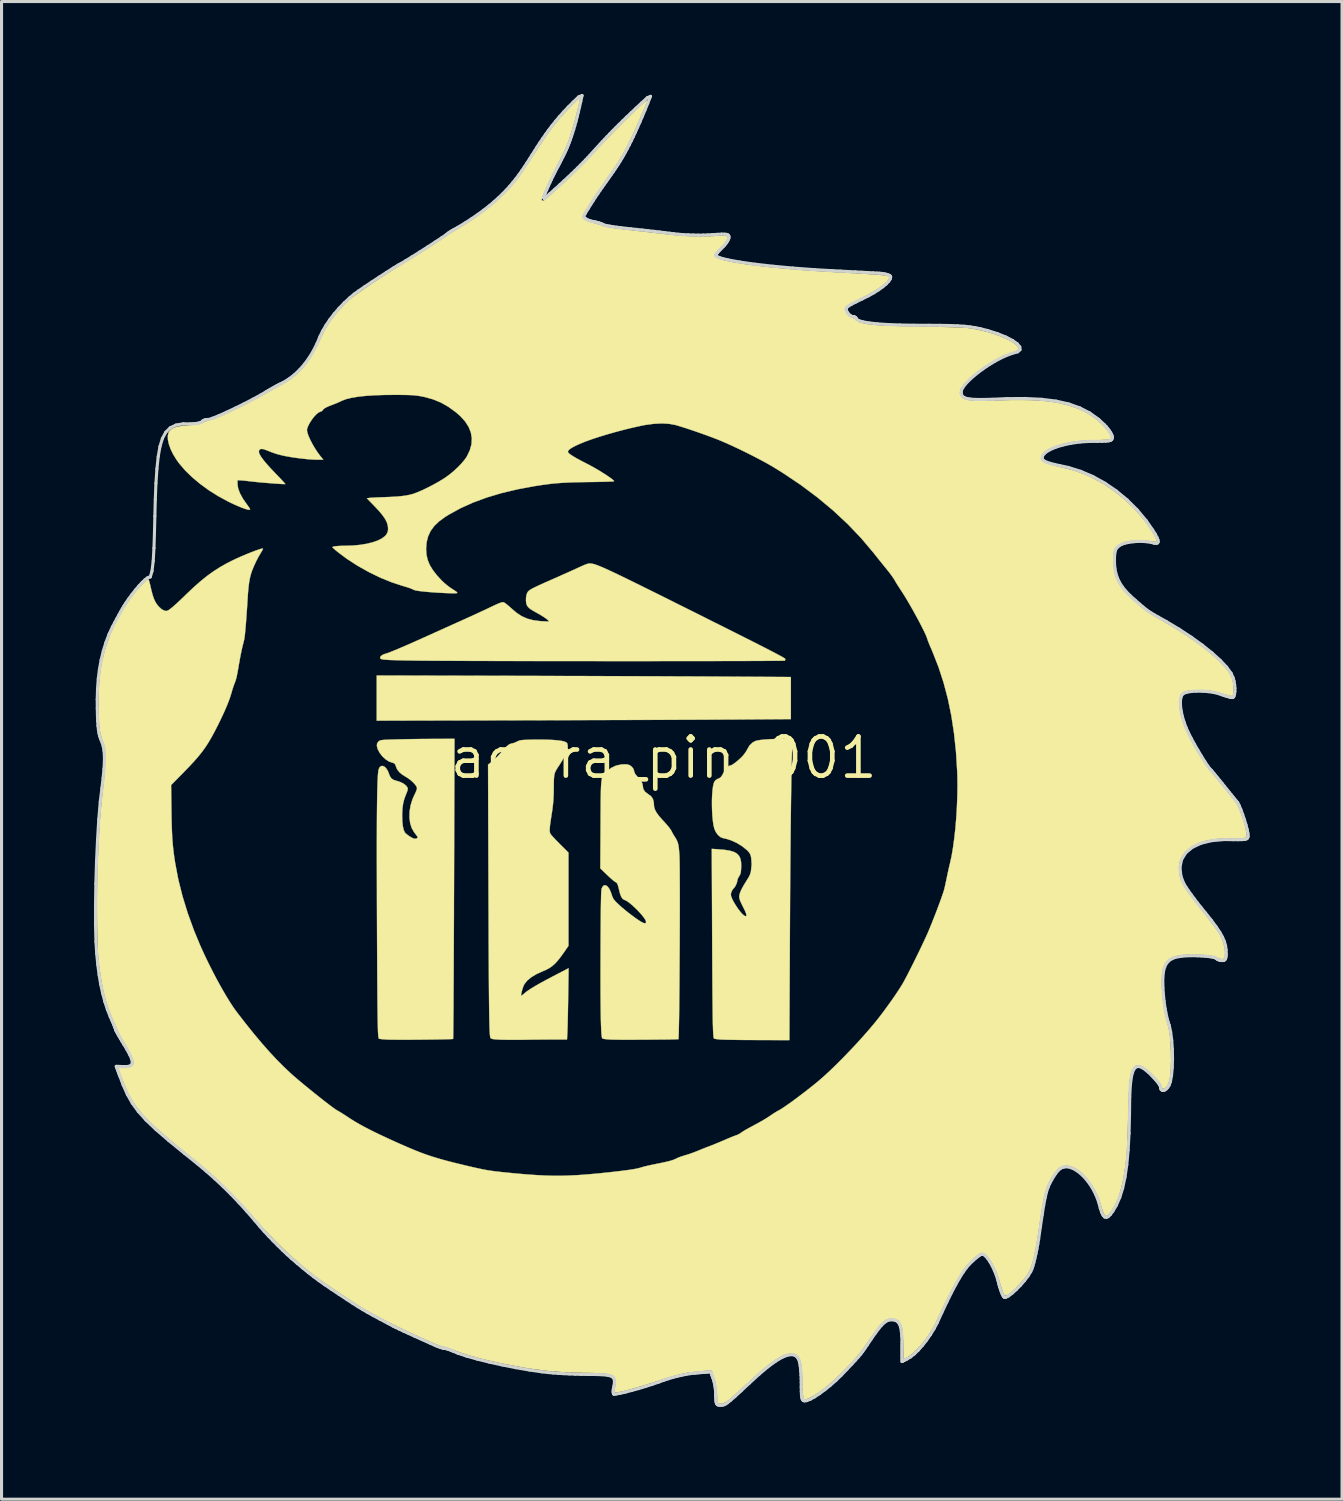
<source format=kicad_pcb>
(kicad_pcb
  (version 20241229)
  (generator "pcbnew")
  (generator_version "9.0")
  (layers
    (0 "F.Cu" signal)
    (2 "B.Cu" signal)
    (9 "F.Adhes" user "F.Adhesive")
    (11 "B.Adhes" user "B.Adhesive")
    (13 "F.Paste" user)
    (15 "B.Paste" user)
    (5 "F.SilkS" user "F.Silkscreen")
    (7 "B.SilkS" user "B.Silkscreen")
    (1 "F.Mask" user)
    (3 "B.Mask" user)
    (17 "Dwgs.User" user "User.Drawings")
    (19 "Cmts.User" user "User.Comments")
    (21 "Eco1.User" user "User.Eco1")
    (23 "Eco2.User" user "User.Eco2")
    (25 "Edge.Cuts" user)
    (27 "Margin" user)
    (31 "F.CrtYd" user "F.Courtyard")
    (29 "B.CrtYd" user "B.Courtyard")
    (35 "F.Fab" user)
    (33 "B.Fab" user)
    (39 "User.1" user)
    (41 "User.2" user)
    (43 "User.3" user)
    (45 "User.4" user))
  (footprint "agora_pin_001"
    (layer "F.Cu")
    (at 18.489 21.542)
    (property "Reference" "agora_pin_001" (at 0 0 0) (layer "F.SilkS") (effects (font (size 1.27 1.27) (thickness 0.15))))
    (attr through_hole)
    (fp_poly (pts (xy -4.588 -2.657) (xy -4.112 -2.656) (xy -3.63 -2.654) (xy -3.145 -2.653) (xy -2.659 -2.652) (xy -2.177 -2.65) (xy -1.702 -2.648) (xy -1.235 -2.647) (xy -0.781 -2.645) (xy -0.343 -2.644) (xy 0.076 -2.642) (xy 0.473 -2.64) (xy 0.846 -2.639) (xy 1.19 -2.637) (xy 1.503 -2.636) (xy 1.781 -2.634) (xy 2.022 -2.633) (xy 2.133 -2.632) (xy 4.128 -2.62) (xy 4.128 -1.254) (xy 2.302 -1.241) (xy 2.103 -1.24) (xy 1.865 -1.239) (xy 1.59 -1.237) (xy 1.282 -1.236) (xy 0.943 -1.234) (xy 0.577 -1.233) (xy 0.185 -1.231) (xy -0.228 -1.229) (xy -0.661 -1.228) (xy -1.109 -1.226) (xy -1.571 -1.225) (xy -2.043 -1.223) (xy -2.523 -1.222) (xy -3.007 -1.22) (xy -3.492 -1.219) (xy -3.976 -1.217) (xy -4.419 -1.216) (xy -9.313 -1.204) (xy -9.313 -2.669) (xy -4.588 -2.657)) (stroke (width 0.01) (type solid)) (fill yes) (layer "F.SilkS"))
    (fp_poly (pts (xy -3.94 -0.589) (xy -3.777 -0.585) (xy -3.632 -0.579) (xy -3.562 -0.575) (xy -3.41 -0.561) (xy -3.295 -0.544) (xy -3.214 -0.523) (xy -3.16 -0.498) (xy -3.13 -0.465) (xy -3.125 -0.454) (xy -3.112 -0.365) (xy -3.132 -0.249) (xy -3.186 -0.109) (xy -3.273 0.058) (xy -3.374 0.22) (xy -3.434 0.311) (xy -3.479 0.384) (xy -3.513 0.445) (xy -3.536 0.505) (xy -3.551 0.569) (xy -3.559 0.646) (xy -3.564 0.744) (xy -3.566 0.871) (xy -3.567 0.984) (xy -3.57 1.165) (xy -3.576 1.316) (xy -3.586 1.452) (xy -3.6 1.584) (xy -3.619 1.726) (xy -3.629 1.789) (xy -3.656 1.966) (xy -3.677 2.107) (xy -3.691 2.217) (xy -3.698 2.3) (xy -3.7 2.362) (xy -3.696 2.408) (xy -3.687 2.443) (xy -3.676 2.467) (xy -3.651 2.502) (xy -3.601 2.56) (xy -3.531 2.636) (xy -3.448 2.722) (xy -3.367 2.804) (xy -3.09 3.079) (xy -3.09 6.104) (xy -3.2 6.264) (xy -3.317 6.43) (xy -3.421 6.564) (xy -3.516 6.671) (xy -3.61 6.756) (xy -3.706 6.824) (xy -3.812 6.881) (xy -3.906 6.921) (xy -4.119 7.017) (xy -4.292 7.12) (xy -4.426 7.229) (xy -4.518 7.345) (xy -4.536 7.378) (xy -4.559 7.432) (xy -4.582 7.503) (xy -4.604 7.579) (xy -4.62 7.649) (xy -4.628 7.701) (xy -4.626 7.721) (xy -4.605 7.716) (xy -4.566 7.687) (xy -4.545 7.669) (xy -4.481 7.614) (xy -4.398 7.553) (xy -4.293 7.484) (xy -4.164 7.406) (xy -4.008 7.317) (xy -3.82 7.215) (xy -3.599 7.098) (xy -3.485 7.038) (xy -3.085 6.831) (xy -3.099 7.739) (xy -3.102 7.942) (xy -3.106 8.142) (xy -3.109 8.331) (xy -3.113 8.505) (xy -3.117 8.657) (xy -3.12 8.782) (xy -3.124 8.872) (xy -3.125 8.895) (xy -3.137 9.144) (xy -3.595 9.144) (xy -3.761 9.144) (xy -3.953 9.146) (xy -4.158 9.147) (xy -4.361 9.15) (xy -4.546 9.152) (xy -4.572 9.153) (xy -4.734 9.154) (xy -4.898 9.155) (xy -5.055 9.154) (xy -5.193 9.152) (xy -5.304 9.149) (xy -5.341 9.147) (xy -5.453 9.14) (xy -5.53 9.132) (xy -5.579 9.121) (xy -5.608 9.107) (xy -5.618 9.097) (xy -5.624 9.085) (xy -5.629 9.064) (xy -5.634 9.034) (xy -5.639 8.992) (xy -5.643 8.936) (xy -5.647 8.866) (xy -5.651 8.78) (xy -5.654 8.675) (xy -5.657 8.551) (xy -5.66 8.406) (xy -5.663 8.238) (xy -5.665 8.045) (xy -5.668 7.827) (xy -5.67 7.582) (xy -5.672 7.307) (xy -5.674 7.002) (xy -5.676 6.664) (xy -5.678 6.293) (xy -5.68 5.887) (xy -5.681 5.443) (xy -5.683 4.961) (xy -5.685 4.439) (xy -5.686 4.202) (xy -5.699 0.222) (xy -5.594 0.143) (xy -5.493 0.058) (xy -5.377 -0.059) (xy -5.244 -0.208) (xy -5.188 -0.274) (xy -5.096 -0.371) (xy -5.01 -0.436) (xy -4.934 -0.464) (xy -4.918 -0.466) (xy -4.874 -0.475) (xy -4.811 -0.5) (xy -4.764 -0.522) (xy -4.724 -0.541) (xy -4.687 -0.556) (xy -4.643 -0.567) (xy -4.588 -0.574) (xy -4.512 -0.579) (xy -4.41 -0.583) (xy -4.273 -0.587) (xy -4.26 -0.587) (xy -4.106 -0.589) (xy -3.94 -0.589)) (stroke (width 0.01) (type solid)) (fill yes) (layer "F.SilkS"))
    (fp_poly (pts (xy 4.163 -0.175) (xy 4.157 0.019) (xy 4.152 0.252) (xy 4.146 0.523) (xy 4.141 0.83) (xy 4.136 1.171) (xy 4.131 1.543) (xy 4.126 1.944) (xy 4.121 2.372) (xy 4.117 2.825) (xy 4.112 3.3) (xy 4.108 3.796) (xy 4.104 4.309) (xy 4.101 4.839) (xy 4.098 5.383) (xy 4.095 5.938) (xy 4.094 6.186) (xy 4.08 9.165) (xy 3.051 9.162) (xy 2.839 9.161) (xy 2.633 9.16) (xy 2.44 9.158) (xy 2.264 9.155) (xy 2.11 9.153) (xy 1.984 9.15) (xy 1.89 9.147) (xy 1.836 9.144) (xy 1.751 9.136) (xy 1.683 9.126) (xy 1.642 9.118) (xy 1.635 9.114) (xy 1.629 9.103) (xy 1.623 9.083) (xy 1.618 9.051) (xy 1.613 9.005) (xy 1.608 8.944) (xy 1.604 8.865) (xy 1.601 8.767) (xy 1.597 8.648) (xy 1.594 8.505) (xy 1.591 8.338) (xy 1.589 8.143) (xy 1.587 7.92) (xy 1.584 7.665) (xy 1.582 7.378) (xy 1.58 7.056) (xy 1.578 6.697) (xy 1.576 6.3) (xy 1.574 5.897) (xy 1.561 2.957) (xy 1.78 2.972) (xy 1.983 2.99) (xy 2.148 3.017) (xy 2.277 3.056) (xy 2.375 3.109) (xy 2.444 3.18) (xy 2.489 3.271) (xy 2.512 3.384) (xy 2.517 3.523) (xy 2.515 3.567) (xy 2.509 3.665) (xy 2.5 3.733) (xy 2.485 3.783) (xy 2.461 3.828) (xy 2.449 3.846) (xy 2.414 3.907) (xy 2.394 3.963) (xy 2.391 3.98) (xy 2.38 4.044) (xy 2.35 4.119) (xy 2.313 4.189) (xy 2.277 4.232) (xy 2.223 4.298) (xy 2.188 4.384) (xy 2.18 4.442) (xy 2.192 4.505) (xy 2.226 4.588) (xy 2.275 4.684) (xy 2.337 4.786) (xy 2.404 4.887) (xy 2.474 4.981) (xy 2.541 5.059) (xy 2.601 5.115) (xy 2.648 5.142) (xy 2.658 5.144) (xy 2.682 5.133) (xy 2.685 5.098) (xy 2.668 5.037) (xy 2.63 4.947) (xy 2.569 4.825) (xy 2.514 4.712) (xy 2.477 4.628) (xy 2.458 4.563) (xy 2.452 4.51) (xy 2.452 4.506) (xy 2.468 4.411) (xy 2.517 4.29) (xy 2.597 4.141) (xy 2.697 3.979) (xy 2.76 3.878) (xy 2.801 3.795) (xy 2.826 3.716) (xy 2.834 3.675) (xy 2.856 3.457) (xy 2.842 3.256) (xy 2.834 3.213) (xy 2.815 3.145) (xy 2.786 3.09) (xy 2.737 3.032) (xy 2.7 2.995) (xy 2.548 2.872) (xy 2.373 2.765) (xy 2.187 2.68) (xy 2.003 2.624) (xy 1.937 2.612) (xy 1.85 2.58) (xy 1.768 2.513) (xy 1.698 2.421) (xy 1.648 2.311) (xy 1.646 2.307) (xy 1.619 2.196) (xy 1.598 2.058) (xy 1.582 1.9) (xy 1.572 1.73) (xy 1.567 1.553) (xy 1.567 1.378) (xy 1.573 1.211) (xy 1.585 1.059) (xy 1.602 0.93) (xy 1.625 0.829) (xy 1.648 0.773) (xy 1.692 0.722) (xy 1.749 0.688) (xy 1.749 0.688) (xy 1.81 0.663) (xy 1.856 0.627) (xy 1.898 0.571) (xy 1.943 0.485) (xy 1.948 0.475) (xy 2.008 0.37) (xy 2.07 0.297) (xy 2.132 0.258) (xy 2.16 0.254) (xy 2.201 0.24) (xy 2.264 0.202) (xy 2.341 0.146) (xy 2.424 0.077) (xy 2.505 0.003) (xy 2.555 -0.048) (xy 2.619 -0.124) (xy 2.678 -0.209) (xy 2.717 -0.279) (xy 2.79 -0.403) (xy 2.884 -0.492) (xy 2.973 -0.541) (xy 3.041 -0.56) (xy 3.146 -0.577) (xy 3.282 -0.591) (xy 3.445 -0.602) (xy 3.628 -0.609) (xy 3.826 -0.613) (xy 3.871 -0.613) (xy 4.176 -0.614) (xy 4.163 -0.175)) (stroke (width 0.01) (type solid)) (fill yes) (layer "F.SilkS"))
    (fp_poly (pts (xy -2.369 -6.303) (xy -2.35 -6.301) (xy -2.318 -6.296) (xy -2.282 -6.289) (xy -2.24 -6.277) (xy -2.192 -6.262) (xy -2.134 -6.24) (xy -2.066 -6.213) (xy -1.985 -6.179) (xy -1.891 -6.138) (xy -1.781 -6.087) (xy -1.654 -6.028) (xy -1.507 -5.958) (xy -1.34 -5.878) (xy -1.151 -5.786) (xy -0.937 -5.681) (xy -0.698 -5.563) (xy -0.431 -5.431) (xy -0.135 -5.284) (xy 0.192 -5.121) (xy 0.552 -4.941) (xy 0.946 -4.745) (xy 1.376 -4.53) (xy 1.416 -4.509) (xy 1.794 -4.32) (xy 2.135 -4.149) (xy 2.442 -3.995) (xy 2.715 -3.858) (xy 2.956 -3.736) (xy 3.167 -3.629) (xy 3.349 -3.536) (xy 3.504 -3.456) (xy 3.632 -3.389) (xy 3.737 -3.333) (xy 3.819 -3.289) (xy 3.88 -3.254) (xy 3.921 -3.229) (xy 3.943 -3.213) (xy 3.949 -3.204) (xy 3.949 -3.204) (xy 3.938 -3.164) (xy 3.937 -3.152) (xy 3.916 -3.15) (xy 3.855 -3.149) (xy 3.756 -3.147) (xy 3.62 -3.146) (xy 3.45 -3.145) (xy 3.248 -3.143) (xy 3.016 -3.142) (xy 2.756 -3.141) (xy 2.47 -3.14) (xy 2.159 -3.14) (xy 1.827 -3.139) (xy 1.475 -3.138) (xy 1.105 -3.138) (xy 0.719 -3.137) (xy 0.319 -3.137) (xy -0.092 -3.137) (xy -0.514 -3.136) (xy -0.943 -3.136) (xy -1.378 -3.136) (xy -1.816 -3.136) (xy -2.257 -3.137) (xy -2.696 -3.137) (xy -3.134 -3.137) (xy -3.566 -3.138) (xy -3.993 -3.138) (xy -4.411 -3.139) (xy -4.818 -3.139) (xy -5.213 -3.14) (xy -5.592 -3.141) (xy -5.956 -3.142) (xy -6.3 -3.143) (xy -6.624 -3.144) (xy -6.925 -3.146) (xy -7.201 -3.147) (xy -7.451 -3.148) (xy -7.671 -3.15) (xy -7.861 -3.151) (xy -8.017 -3.153) (xy -8.139 -3.155) (xy -8.379 -3.159) (xy -8.58 -3.163) (xy -8.745 -3.168) (xy -8.879 -3.172) (xy -8.983 -3.178) (xy -9.063 -3.185) (xy -9.121 -3.192) (xy -9.16 -3.202) (xy -9.185 -3.212) (xy -9.198 -3.225) (xy -9.201 -3.231) (xy -9.196 -3.273) (xy -9.159 -3.315) (xy -9.096 -3.352) (xy -9.051 -3.368) (xy -8.974 -3.392) (xy -8.863 -3.433) (xy -8.717 -3.492) (xy -8.535 -3.568) (xy -8.318 -3.662) (xy -8.065 -3.774) (xy -7.774 -3.904) (xy -7.631 -3.969) (xy -7.439 -4.056) (xy -7.241 -4.145) (xy -7.044 -4.234) (xy -6.856 -4.319) (xy -6.684 -4.396) (xy -6.535 -4.463) (xy -6.424 -4.513) (xy -6.267 -4.584) (xy -6.093 -4.664) (xy -5.916 -4.746) (xy -5.751 -4.823) (xy -5.628 -4.882) (xy -5.492 -4.946) (xy -5.389 -4.993) (xy -5.313 -5.024) (xy -5.258 -5.042) (xy -5.22 -5.049) (xy -5.197 -5.047) (xy -5.16 -5.027) (xy -5.101 -4.984) (xy -5.027 -4.923) (xy -4.947 -4.851) (xy -4.94 -4.845) (xy -4.772 -4.702) (xy -4.605 -4.593) (xy -4.43 -4.515) (xy -4.237 -4.464) (xy -4.019 -4.435) (xy -3.948 -4.431) (xy -3.715 -4.419) (xy -3.775 -4.483) (xy -3.817 -4.518) (xy -3.887 -4.566) (xy -3.975 -4.621) (xy -4.071 -4.677) (xy -4.071 -4.677) (xy -4.187 -4.742) (xy -4.272 -4.792) (xy -4.333 -4.832) (xy -4.376 -4.867) (xy -4.407 -4.901) (xy -4.432 -4.936) (xy -4.458 -5.003) (xy -4.469 -5.094) (xy -4.467 -5.195) (xy -4.451 -5.29) (xy -4.429 -5.351) (xy -4.413 -5.378) (xy -4.392 -5.404) (xy -4.362 -5.43) (xy -4.319 -5.459) (xy -4.26 -5.493) (xy -4.18 -5.533) (xy -4.076 -5.583) (xy -3.945 -5.643) (xy -3.781 -5.716) (xy -3.598 -5.797) (xy -3.439 -5.867) (xy -3.272 -5.942) (xy -3.106 -6.016) (xy -2.953 -6.085) (xy -2.824 -6.143) (xy -2.777 -6.165) (xy -2.656 -6.22) (xy -2.566 -6.259) (xy -2.5 -6.284) (xy -2.45 -6.299) (xy -2.409 -6.304) (xy -2.369 -6.303)) (stroke (width 0.01) (type solid)) (fill yes) (layer "F.SilkS"))
    (fp_poly (pts (xy -6.804 4.249) (xy -6.806 4.7) (xy -6.807 5.14) (xy -6.809 5.566) (xy -6.811 5.978) (xy -6.813 6.373) (xy -6.814 6.749) (xy -6.816 7.104) (xy -6.818 7.438) (xy -6.82 7.746) (xy -6.821 8.029) (xy -6.823 8.284) (xy -6.825 8.508) (xy -6.827 8.701) (xy -6.828 8.86) (xy -6.83 8.984) (xy -6.831 9.07) (xy -6.833 9.117) (xy -6.834 9.125) (xy -6.858 9.129) (xy -6.919 9.132) (xy -7.013 9.135) (xy -7.135 9.138) (xy -7.279 9.141) (xy -7.441 9.144) (xy -7.617 9.146) (xy -7.801 9.148) (xy -7.988 9.15) (xy -8.173 9.151) (xy -8.352 9.151) (xy -8.52 9.152) (xy -8.671 9.151) (xy -8.801 9.15) (xy -8.906 9.148) (xy -8.978 9.146) (xy -9.077 9.139) (xy -9.16 9.132) (xy -9.219 9.123) (xy -9.243 9.116) (xy -9.248 9.106) (xy -9.254 9.088) (xy -9.258 9.058) (xy -9.263 9.017) (xy -9.267 8.961) (xy -9.271 8.89) (xy -9.274 8.801) (xy -9.277 8.692) (xy -9.28 8.562) (xy -9.283 8.41) (xy -9.285 8.232) (xy -9.288 8.029) (xy -9.29 7.797) (xy -9.292 7.535) (xy -9.294 7.241) (xy -9.296 6.914) (xy -9.298 6.551) (xy -9.3 6.152) (xy -9.302 5.713) (xy -9.304 5.234) (xy -9.304 5.228) (xy -9.306 4.668) (xy -9.307 4.148) (xy -9.308 3.668) (xy -9.309 3.227) (xy -9.309 2.823) (xy -9.308 2.455) (xy -9.307 2.121) (xy -9.305 1.821) (xy -9.302 1.553) (xy -9.299 1.315) (xy -9.295 1.107) (xy -9.29 0.928) (xy -9.285 0.775) (xy -9.279 0.648) (xy -9.272 0.545) (xy -9.265 0.465) (xy -9.257 0.407) (xy -9.25 0.376) (xy -9.215 0.304) (xy -9.167 0.269) (xy -9.111 0.267) (xy -9.052 0.297) (xy -8.994 0.358) (xy -8.944 0.446) (xy -8.922 0.504) (xy -8.882 0.605) (xy -8.834 0.673) (xy -8.766 0.718) (xy -8.669 0.75) (xy -8.651 0.754) (xy -8.538 0.791) (xy -8.438 0.843) (xy -8.36 0.904) (xy -8.314 0.968) (xy -8.311 0.976) (xy -8.305 1.015) (xy -8.315 1.066) (xy -8.342 1.141) (xy -8.36 1.183) (xy -8.416 1.329) (xy -8.454 1.475) (xy -8.477 1.634) (xy -8.487 1.818) (xy -8.487 1.884) (xy -8.482 2.07) (xy -8.465 2.224) (xy -8.438 2.342) (xy -8.402 2.422) (xy -8.39 2.437) (xy -8.332 2.49) (xy -8.256 2.545) (xy -8.178 2.593) (xy -8.112 2.623) (xy -8.107 2.625) (xy -8.039 2.629) (xy -8.009 2.615) (xy -7.991 2.602) (xy -7.983 2.59) (xy -7.987 2.572) (xy -8.006 2.54) (xy -8.044 2.489) (xy -8.102 2.413) (xy -8.179 2.278) (xy -8.228 2.117) (xy -8.251 1.938) (xy -8.246 1.747) (xy -8.214 1.551) (xy -8.156 1.357) (xy -8.093 1.215) (xy -8.046 1.118) (xy -8.018 1.049) (xy -8.007 1) (xy -8.01 0.964) (xy -8.037 0.909) (xy -8.092 0.841) (xy -8.165 0.768) (xy -8.247 0.699) (xy -8.328 0.643) (xy -8.359 0.625) (xy -8.478 0.553) (xy -8.576 0.47) (xy -8.647 0.382) (xy -8.68 0.31) (xy -8.705 0.234) (xy -8.735 0.19) (xy -8.78 0.166) (xy -8.817 0.157) (xy -8.92 0.12) (xy -9.025 0.051) (xy -9.126 -0.042) (xy -9.212 -0.151) (xy -9.275 -0.266) (xy -9.281 -0.282) (xy -9.308 -0.384) (xy -9.301 -0.463) (xy -9.258 -0.525) (xy -9.243 -0.537) (xy -9.223 -0.551) (xy -9.198 -0.561) (xy -9.164 -0.57) (xy -9.115 -0.576) (xy -9.046 -0.582) (xy -8.952 -0.586) (xy -8.827 -0.59) (xy -8.666 -0.595) (xy -8.63 -0.596) (xy -8.452 -0.6) (xy -8.245 -0.604) (xy -8.022 -0.607) (xy -7.796 -0.61) (xy -7.58 -0.611) (xy -7.432 -0.612) (xy -6.789 -0.614) (xy -6.804 4.249)) (stroke (width 0.01) (type solid)) (fill yes) (layer "F.SilkS"))
    (fp_poly (pts (xy -1.167 0.22) (xy -1.105 0.241) (xy -1.048 0.28) (xy -1.039 0.288) (xy -0.983 0.356) (xy -0.96 0.431) (xy -0.943 0.492) (xy -0.907 0.55) (xy -0.845 0.619) (xy -0.841 0.623) (xy -0.746 0.733) (xy -0.692 0.836) (xy -0.677 0.921) (xy -0.66 1.02) (xy -0.606 1.103) (xy -0.513 1.174) (xy -0.503 1.18) (xy -0.409 1.249) (xy -0.35 1.335) (xy -0.322 1.443) (xy -0.317 1.519) (xy -0.309 1.604) (xy -0.281 1.689) (xy -0.232 1.781) (xy -0.156 1.884) (xy -0.052 2.005) (xy -0.001 2.06) (xy 0.079 2.148) (xy 0.15 2.231) (xy 0.206 2.303) (xy 0.241 2.355) (xy 0.248 2.367) (xy 0.278 2.429) (xy 0.321 2.505) (xy 0.351 2.552) (xy 0.399 2.628) (xy 0.435 2.697) (xy 0.461 2.768) (xy 0.48 2.849) (xy 0.494 2.95) (xy 0.505 3.08) (xy 0.51 3.149) (xy 0.513 3.218) (xy 0.516 3.323) (xy 0.518 3.461) (xy 0.52 3.628) (xy 0.521 3.824) (xy 0.522 4.043) (xy 0.523 4.284) (xy 0.523 4.543) (xy 0.523 4.818) (xy 0.523 5.106) (xy 0.522 5.403) (xy 0.521 5.707) (xy 0.52 6.015) (xy 0.518 6.324) (xy 0.516 6.631) (xy 0.514 6.934) (xy 0.512 7.229) (xy 0.51 7.513) (xy 0.507 7.784) (xy 0.505 8.038) (xy 0.502 8.273) (xy 0.499 8.486) (xy 0.495 8.674) (xy 0.492 8.833) (xy 0.489 8.962) (xy 0.485 9.057) (xy 0.482 9.115) (xy 0.479 9.133) (xy 0.45 9.136) (xy 0.384 9.138) (xy 0.285 9.141) (xy 0.159 9.143) (xy 0.01 9.145) (xy -0.157 9.146) (xy -0.336 9.148) (xy -0.523 9.149) (xy -0.713 9.15) (xy -0.901 9.151) (xy -1.081 9.151) (xy -1.25 9.151) (xy -1.402 9.151) (xy -1.532 9.15) (xy -1.635 9.148) (xy -1.707 9.146) (xy -1.719 9.146) (xy -1.832 9.138) (xy -1.92 9.128) (xy -1.976 9.116) (xy -1.992 9.108) (xy -2.003 9.081) (xy -2.012 9.022) (xy -2.021 8.931) (xy -2.028 8.806) (xy -2.034 8.646) (xy -2.039 8.451) (xy -2.043 8.22) (xy -2.046 7.951) (xy -2.048 7.644) (xy -2.049 7.298) (xy -2.049 6.912) (xy -2.048 6.485) (xy -2.047 6.244) (xy -2.046 5.891) (xy -2.044 5.578) (xy -2.042 5.304) (xy -2.04 5.066) (xy -2.038 4.863) (xy -2.035 4.693) (xy -2.032 4.553) (xy -2.029 4.441) (xy -2.025 4.357) (xy -2.021 4.297) (xy -2.016 4.26) (xy -2.014 4.249) (xy -1.977 4.175) (xy -1.931 4.14) (xy -1.879 4.14) (xy -1.825 4.176) (xy -1.771 4.244) (xy -1.722 4.343) (xy -1.691 4.432) (xy -1.668 4.503) (xy -1.643 4.559) (xy -1.609 4.61) (xy -1.558 4.668) (xy -1.484 4.741) (xy -1.396 4.823) (xy -1.284 4.918) (xy -1.16 5.019) (xy -1.031 5.117) (xy -0.909 5.208) (xy -0.801 5.281) (xy -0.739 5.32) (xy -0.659 5.361) (xy -0.606 5.375) (xy -0.578 5.36) (xy -0.572 5.325) (xy -0.587 5.274) (xy -0.631 5.203) (xy -0.696 5.118) (xy -0.778 5.024) (xy -0.87 4.928) (xy -0.966 4.835) (xy -1.061 4.751) (xy -1.15 4.681) (xy -1.225 4.633) (xy -1.278 4.612) (xy -1.332 4.58) (xy -1.379 4.508) (xy -1.419 4.399) (xy -1.429 4.36) (xy -1.457 4.245) (xy -1.478 4.163) (xy -1.497 4.108) (xy -1.515 4.073) (xy -1.537 4.05) (xy -1.564 4.033) (xy -1.571 4.03) (xy -1.611 4.003) (xy -1.672 3.952) (xy -1.748 3.885) (xy -1.83 3.808) (xy -1.846 3.793) (xy -2.056 3.59) (xy -2.048 2.181) (xy -2.047 1.888) (xy -2.045 1.634) (xy -2.044 1.415) (xy -2.041 1.23) (xy -2.038 1.075) (xy -2.033 0.946) (xy -2.027 0.841) (xy -2.018 0.756) (xy -2.008 0.688) (xy -1.994 0.634) (xy -1.977 0.591) (xy -1.957 0.556) (xy -1.933 0.525) (xy -1.905 0.496) (xy -1.872 0.465) (xy -1.852 0.447) (xy -1.703 0.33) (xy -1.542 0.254) (xy -1.37 0.218) (xy -1.353 0.216) (xy -1.246 0.212) (xy -1.167 0.22)) (stroke (width 0.01) (type solid)) (fill yes) (layer "F.SilkS"))
    (fp_poly (pts (xy -2.718 -21.39) (xy -2.727 -21.329) (xy -2.745 -21.239) (xy -2.771 -21.125) (xy -2.803 -20.994) (xy -2.84 -20.852) (xy -2.879 -20.703) (xy -2.921 -20.554) (xy -2.962 -20.411) (xy -3.003 -20.279) (xy -3.02 -20.225) (xy -3.055 -20.119) (xy -3.088 -20.025) (xy -3.12 -19.937) (xy -3.156 -19.849) (xy -3.198 -19.755) (xy -3.248 -19.647) (xy -3.31 -19.52) (xy -3.386 -19.367) (xy -3.466 -19.209) (xy -3.544 -19.052) (xy -3.622 -18.891) (xy -3.698 -18.735) (xy -3.765 -18.591) (xy -3.821 -18.469) (xy -3.854 -18.395) (xy -3.901 -18.283) (xy -3.933 -18.204) (xy -3.951 -18.151) (xy -3.957 -18.117) (xy -3.953 -18.097) (xy -3.941 -18.085) (xy -3.921 -18.077) (xy -3.895 -18.084) (xy -3.856 -18.109) (xy -3.798 -18.157) (xy -3.726 -18.22) (xy -3.504 -18.419) (xy -3.309 -18.597) (xy -3.135 -18.758) (xy -2.976 -18.908) (xy -2.827 -19.053) (xy -2.681 -19.198) (xy -2.533 -19.35) (xy -2.377 -19.513) (xy -2.208 -19.693) (xy -2.117 -19.791) (xy -1.831 -20.095) (xy -1.538 -20.397) (xy -1.247 -20.687) (xy -0.965 -20.959) (xy -0.719 -21.188) (xy -0.638 -21.261) (xy -0.583 -21.308) (xy -0.55 -21.331) (xy -0.536 -21.332) (xy -0.535 -21.316) (xy -0.537 -21.31) (xy -0.553 -21.259) (xy -0.585 -21.176) (xy -0.63 -21.066) (xy -0.685 -20.936) (xy -0.747 -20.792) (xy -0.815 -20.639) (xy -0.884 -20.483) (xy -0.953 -20.331) (xy -1.02 -20.188) (xy -1.08 -20.061) (xy -1.119 -19.981) (xy -1.211 -19.801) (xy -1.296 -19.641) (xy -1.381 -19.493) (xy -1.471 -19.346) (xy -1.573 -19.189) (xy -1.692 -19.013) (xy -1.748 -18.934) (xy -1.928 -18.673) (xy -2.091 -18.435) (xy -2.235 -18.221) (xy -2.358 -18.035) (xy -2.459 -17.879) (xy -2.517 -17.786) (xy -2.574 -17.691) (xy -2.61 -17.624) (xy -2.629 -17.579) (xy -2.632 -17.548) (xy -2.626 -17.529) (xy -2.574 -17.472) (xy -2.48 -17.419) (xy -2.348 -17.373) (xy -2.283 -17.356) (xy -2.185 -17.33) (xy -2.088 -17.301) (xy -2.01 -17.275) (xy -2 -17.272) (xy -1.95 -17.254) (xy -1.888 -17.237) (xy -1.812 -17.221) (xy -1.718 -17.204) (xy -1.6 -17.186) (xy -1.456 -17.167) (xy -1.282 -17.145) (xy -1.073 -17.12) (xy -0.827 -17.092) (xy -0.825 -17.092) (xy -0.639 -17.071) (xy -0.448 -17.05) (xy -0.261 -17.029) (xy -0.086 -17.009) (xy 0.067 -16.991) (xy 0.188 -16.977) (xy 0.201 -16.975) (xy 0.503 -16.946) (xy 0.814 -16.926) (xy 1.122 -16.917) (xy 1.412 -16.919) (xy 1.619 -16.929) (xy 1.772 -16.938) (xy 1.887 -16.942) (xy 1.969 -16.941) (xy 2.024 -16.934) (xy 2.057 -16.92) (xy 2.072 -16.9) (xy 2.074 -16.881) (xy 2.058 -16.824) (xy 2.008 -16.744) (xy 1.928 -16.641) (xy 1.817 -16.518) (xy 1.796 -16.496) (xy 1.734 -16.429) (xy 1.686 -16.37) (xy 1.656 -16.327) (xy 1.651 -16.313) (xy 1.67 -16.269) (xy 1.728 -16.226) (xy 1.825 -16.184) (xy 1.963 -16.143) (xy 2.141 -16.102) (xy 2.335 -16.066) (xy 2.679 -16.012) (xy 3.064 -15.962) (xy 3.487 -15.914) (xy 3.949 -15.87) (xy 4.446 -15.829) (xy 4.977 -15.792) (xy 5.535 -15.758) (xy 5.853 -15.741) (xy 6.131 -15.725) (xy 6.372 -15.711) (xy 6.579 -15.699) (xy 6.754 -15.687) (xy 6.899 -15.677) (xy 7.018 -15.667) (xy 7.113 -15.658) (xy 7.186 -15.649) (xy 7.241 -15.64) (xy 7.279 -15.63) (xy 7.304 -15.621) (xy 7.318 -15.61) (xy 7.323 -15.598) (xy 7.324 -15.593) (xy 7.313 -15.564) (xy 7.288 -15.515) (xy 7.281 -15.504) (xy 7.213 -15.421) (xy 7.104 -15.326) (xy 6.956 -15.222) (xy 6.77 -15.108) (xy 6.547 -14.985) (xy 6.358 -14.888) (xy 6.207 -14.811) (xy 6.09 -14.749) (xy 6.003 -14.699) (xy 5.944 -14.657) (xy 5.907 -14.621) (xy 5.888 -14.588) (xy 5.884 -14.562) (xy 5.902 -14.489) (xy 5.948 -14.411) (xy 6.013 -14.341) (xy 6.085 -14.291) (xy 6.131 -14.275) (xy 6.19 -14.251) (xy 6.232 -14.213) (xy 6.271 -14.177) (xy 6.334 -14.143) (xy 6.365 -14.132) (xy 6.439 -14.11) (xy 6.52 -14.091) (xy 6.611 -14.074) (xy 6.716 -14.059) (xy 6.837 -14.046) (xy 6.978 -14.035) (xy 7.143 -14.026) (xy 7.333 -14.017) (xy 7.553 -14.01) (xy 7.806 -14.003) (xy 8.094 -13.997) (xy 8.421 -13.991) (xy 8.435 -13.991) (xy 8.664 -13.987) (xy 8.886 -13.983) (xy 9.097 -13.978) (xy 9.291 -13.972) (xy 9.464 -13.967) (xy 9.612 -13.962) (xy 9.729 -13.956) (xy 9.811 -13.951) (xy 9.842 -13.949) (xy 10.054 -13.918) (xy 10.271 -13.874) (xy 10.488 -13.82) (xy 10.698 -13.757) (xy 10.896 -13.687) (xy 11.077 -13.613) (xy 11.233 -13.537) (xy 11.36 -13.461) (xy 11.451 -13.386) (xy 11.461 -13.375) (xy 11.505 -13.32) (xy 11.521 -13.277) (xy 11.506 -13.242) (xy 11.457 -13.21) (xy 11.372 -13.176) (xy 11.31 -13.156) (xy 11.1 -13.078) (xy 10.874 -12.971) (xy 10.638 -12.84) (xy 10.403 -12.69) (xy 10.176 -12.525) (xy 10.171 -12.52) (xy 10.059 -12.427) (xy 9.948 -12.325) (xy 9.844 -12.221) (xy 9.754 -12.121) (xy 9.685 -12.033) (xy 9.643 -11.963) (xy 9.643 -11.963) (xy 9.619 -11.902) (xy 9.613 -11.857) (xy 9.625 -11.805) (xy 9.632 -11.784) (xy 9.654 -11.734) (xy 9.684 -11.693) (xy 9.727 -11.659) (xy 9.784 -11.632) (xy 9.861 -11.612) (xy 9.959 -11.598) (xy 10.083 -11.589) (xy 10.236 -11.585) (xy 10.421 -11.585) (xy 10.642 -11.59) (xy 10.89 -11.597) (xy 11.262 -11.607) (xy 11.597 -11.609) (xy 11.898 -11.604) (xy 12.171 -11.591) (xy 12.419 -11.57) (xy 12.647 -11.54) (xy 12.859 -11.502) (xy 13.06 -11.454) (xy 13.225 -11.405) (xy 13.427 -11.335) (xy 13.603 -11.259) (xy 13.767 -11.171) (xy 13.872 -11.105) (xy 14.001 -11.013) (xy 14.124 -10.913) (xy 14.236 -10.81) (xy 14.333 -10.707) (xy 14.414 -10.609) (xy 14.474 -10.518) (xy 14.51 -10.441) (xy 14.52 -10.38) (xy 14.498 -10.34) (xy 14.494 -10.337) (xy 14.466 -10.331) (xy 14.402 -10.325) (xy 14.308 -10.32) (xy 14.191 -10.314) (xy 14.058 -10.309) (xy 13.981 -10.306) (xy 13.745 -10.297) (xy 13.543 -10.284) (xy 13.365 -10.266) (xy 13.204 -10.241) (xy 13.05 -10.209) (xy 12.895 -10.169) (xy 12.89 -10.167) (xy 12.708 -10.108) (xy 12.554 -10.041) (xy 12.429 -9.971) (xy 12.335 -9.898) (xy 12.274 -9.824) (xy 12.248 -9.753) (xy 12.259 -9.684) (xy 12.307 -9.622) (xy 12.383 -9.572) (xy 12.436 -9.552) (xy 12.521 -9.525) (xy 12.629 -9.494) (xy 12.751 -9.463) (xy 12.849 -9.439) (xy 13.098 -9.378) (xy 13.314 -9.318) (xy 13.507 -9.255) (xy 13.687 -9.186) (xy 13.862 -9.108) (xy 13.918 -9.08) (xy 14.277 -8.883) (xy 14.624 -8.649) (xy 14.955 -8.384) (xy 15.261 -8.093) (xy 15.535 -7.784) (xy 15.556 -7.758) (xy 15.66 -7.622) (xy 15.756 -7.488) (xy 15.841 -7.361) (xy 15.911 -7.245) (xy 15.964 -7.148) (xy 15.995 -7.073) (xy 16.002 -7.036) (xy 15.994 -7.013) (xy 15.964 -7.008) (xy 15.923 -7.012) (xy 15.775 -7.034) (xy 15.66 -7.05) (xy 15.569 -7.059) (xy 15.494 -7.064) (xy 15.426 -7.064) (xy 15.355 -7.059) (xy 15.275 -7.052) (xy 15.108 -7.029) (xy 14.975 -7.001) (xy 14.868 -6.964) (xy 14.779 -6.916) (xy 14.755 -6.899) (xy 14.696 -6.85) (xy 14.653 -6.797) (xy 14.625 -6.731) (xy 14.607 -6.645) (xy 14.599 -6.532) (xy 14.598 -6.413) (xy 14.604 -6.223) (xy 14.627 -6.051) (xy 14.667 -5.892) (xy 14.728 -5.741) (xy 14.813 -5.593) (xy 14.924 -5.444) (xy 15.064 -5.289) (xy 15.237 -5.123) (xy 15.42 -4.961) (xy 15.529 -4.869) (xy 15.63 -4.79) (xy 15.731 -4.717) (xy 15.842 -4.645) (xy 15.972 -4.567) (xy 16.129 -4.476) (xy 16.567 -4.22) (xy 16.964 -3.968) (xy 17.321 -3.722) (xy 17.638 -3.479) (xy 17.916 -3.24) (xy 18.087 -3.075) (xy 18.221 -2.933) (xy 18.323 -2.806) (xy 18.397 -2.686) (xy 18.447 -2.567) (xy 18.476 -2.439) (xy 18.488 -2.296) (xy 18.489 -2.24) (xy 18.487 -2.147) (xy 18.481 -2.072) (xy 18.472 -2.024) (xy 18.467 -2.012) (xy 18.436 -2.004) (xy 18.374 -2.014) (xy 18.298 -2.034) (xy 18.131 -2.083) (xy 17.996 -2.121) (xy 17.884 -2.149) (xy 17.784 -2.168) (xy 17.69 -2.181) (xy 17.591 -2.19) (xy 17.494 -2.195) (xy 17.3 -2.198) (xy 17.131 -2.188) (xy 16.992 -2.168) (xy 16.887 -2.136) (xy 16.869 -2.127) (xy 16.806 -2.071) (xy 16.763 -1.982) (xy 16.74 -1.862) (xy 16.738 -1.717) (xy 16.755 -1.549) (xy 16.792 -1.362) (xy 16.85 -1.159) (xy 16.86 -1.129) (xy 16.919 -0.975) (xy 17 -0.796) (xy 17.098 -0.6) (xy 17.21 -0.393) (xy 17.33 -0.185) (xy 17.455 0.017) (xy 17.578 0.205) (xy 17.697 0.372) (xy 17.806 0.51) (xy 17.814 0.519) (xy 17.869 0.584) (xy 17.946 0.676) (xy 18.036 0.786) (xy 18.136 0.908) (xy 18.238 1.034) (xy 18.294 1.103) (xy 18.398 1.233) (xy 18.479 1.336) (xy 18.541 1.418) (xy 18.588 1.485) (xy 18.624 1.544) (xy 18.653 1.599) (xy 18.679 1.658) (xy 18.705 1.725) (xy 18.71 1.739) (xy 18.79 1.961) (xy 18.85 2.153) (xy 18.889 2.313) (xy 18.908 2.438) (xy 18.909 2.465) (xy 18.912 2.592) (xy 18.785 2.61) (xy 18.699 2.617) (xy 18.593 2.619) (xy 18.49 2.616) (xy 18.486 2.615) (xy 18.34 2.612) (xy 18.169 2.618) (xy 17.988 2.632) (xy 17.812 2.653) (xy 17.656 2.679) (xy 17.612 2.689) (xy 17.392 2.757) (xy 17.198 2.85) (xy 17.032 2.965) (xy 16.899 3.1) (xy 16.801 3.252) (xy 16.797 3.26) (xy 16.767 3.328) (xy 16.748 3.385) (xy 16.738 3.445) (xy 16.734 3.521) (xy 16.734 3.609) (xy 16.738 3.717) (xy 16.751 3.818) (xy 16.774 3.915) (xy 16.811 4.015) (xy 16.864 4.122) (xy 16.935 4.24) (xy 17.027 4.374) (xy 17.141 4.529) (xy 17.281 4.71) (xy 17.314 4.752) (xy 17.471 4.953) (xy 17.615 5.139) (xy 17.743 5.307) (xy 17.853 5.454) (xy 17.942 5.577) (xy 18.009 5.674) (xy 18.051 5.741) (xy 18.052 5.741) (xy 18.118 5.88) (xy 18.17 6.031) (xy 18.204 6.183) (xy 18.219 6.324) (xy 18.211 6.444) (xy 18.208 6.456) (xy 18.187 6.509) (xy 18.15 6.534) (xy 18.092 6.531) (xy 18.008 6.502) (xy 17.977 6.488) (xy 17.889 6.454) (xy 17.789 6.428) (xy 17.671 6.409) (xy 17.528 6.397) (xy 17.355 6.39) (xy 17.209 6.388) (xy 17.011 6.391) (xy 16.85 6.399) (xy 16.718 6.416) (xy 16.609 6.441) (xy 16.517 6.475) (xy 16.49 6.487) (xy 16.38 6.558) (xy 16.297 6.647) (xy 16.235 6.761) (xy 16.194 6.904) (xy 16.172 7.051) (xy 16.163 7.217) (xy 16.165 7.413) (xy 16.178 7.629) (xy 16.2 7.855) (xy 16.231 8.081) (xy 16.268 8.297) (xy 16.312 8.492) (xy 16.334 8.571) (xy 16.371 8.705) (xy 16.399 8.833) (xy 16.421 8.964) (xy 16.438 9.107) (xy 16.449 9.27) (xy 16.458 9.463) (xy 16.461 9.558) (xy 16.465 9.825) (xy 16.46 10.052) (xy 16.448 10.243) (xy 16.427 10.4) (xy 16.396 10.525) (xy 16.357 10.621) (xy 16.307 10.691) (xy 16.299 10.699) (xy 16.245 10.737) (xy 16.202 10.744) (xy 16.175 10.72) (xy 16.171 10.693) (xy 16.154 10.636) (xy 16.105 10.557) (xy 16.024 10.457) (xy 15.914 10.339) (xy 15.838 10.263) (xy 15.703 10.139) (xy 15.588 10.05) (xy 15.49 9.996) (xy 15.407 9.976) (xy 15.337 9.989) (xy 15.275 10.035) (xy 15.221 10.114) (xy 15.21 10.135) (xy 15.188 10.183) (xy 15.169 10.238) (xy 15.152 10.303) (xy 15.138 10.382) (xy 15.125 10.478) (xy 15.115 10.595) (xy 15.105 10.735) (xy 15.096 10.903) (xy 15.088 11.102) (xy 15.081 11.334) (xy 15.073 11.604) (xy 15.07 11.726) (xy 15.065 11.921) (xy 15.059 12.114) (xy 15.052 12.298) (xy 15.046 12.466) (xy 15.039 12.612) (xy 15.033 12.728) (xy 15.028 12.806) (xy 14.997 13.127) (xy 14.956 13.43) (xy 14.907 13.711) (xy 14.85 13.963) (xy 14.787 14.183) (xy 14.736 14.325) (xy 14.675 14.46) (xy 14.61 14.583) (xy 14.543 14.691) (xy 14.478 14.777) (xy 14.418 14.838) (xy 14.368 14.867) (xy 14.342 14.867) (xy 14.313 14.837) (xy 14.278 14.771) (xy 14.239 14.673) (xy 14.199 14.549) (xy 14.182 14.489) (xy 14.11 14.276) (xy 14.013 14.068) (xy 13.897 13.869) (xy 13.765 13.687) (xy 13.623 13.528) (xy 13.475 13.397) (xy 13.325 13.303) (xy 13.318 13.299) (xy 13.193 13.254) (xy 13.068 13.237) (xy 12.955 13.251) (xy 12.867 13.29) (xy 12.778 13.368) (xy 12.687 13.481) (xy 12.59 13.632) (xy 12.546 13.71) (xy 12.504 13.792) (xy 12.466 13.873) (xy 12.432 13.955) (xy 12.402 14.045) (xy 12.373 14.147) (xy 12.346 14.265) (xy 12.318 14.403) (xy 12.289 14.567) (xy 12.257 14.76) (xy 12.222 14.987) (xy 12.192 15.187) (xy 12.149 15.472) (xy 12.109 15.719) (xy 12.072 15.932) (xy 12.036 16.114) (xy 12.001 16.269) (xy 11.965 16.402) (xy 11.928 16.515) (xy 11.888 16.614) (xy 11.845 16.701) (xy 11.797 16.78) (xy 11.787 16.796) (xy 11.727 16.878) (xy 11.648 16.973) (xy 11.557 17.074) (xy 11.461 17.175) (xy 11.367 17.269) (xy 11.28 17.348) (xy 11.209 17.406) (xy 11.172 17.429) (xy 11.125 17.45) (xy 11.088 17.453) (xy 11.058 17.434) (xy 11.029 17.387) (xy 10.999 17.307) (xy 10.965 17.202) (xy 10.931 17.094) (xy 10.897 16.983) (xy 10.867 16.887) (xy 10.856 16.849) (xy 10.803 16.7) (xy 10.738 16.553) (xy 10.666 16.416) (xy 10.59 16.294) (xy 10.514 16.193) (xy 10.441 16.119) (xy 10.377 16.079) (xy 10.366 16.075) (xy 10.323 16.074) (xy 10.271 16.091) (xy 10.206 16.13) (xy 10.124 16.195) (xy 10.02 16.287) (xy 9.987 16.317) (xy 9.877 16.433) (xy 9.758 16.586) (xy 9.63 16.777) (xy 9.493 17.006) (xy 9.346 17.273) (xy 9.189 17.58) (xy 9.022 17.927) (xy 8.933 18.119) (xy 8.816 18.359) (xy 8.7 18.57) (xy 8.575 18.765) (xy 8.449 18.938) (xy 8.346 19.064) (xy 8.234 19.185) (xy 8.121 19.294) (xy 8.015 19.385) (xy 7.922 19.448) (xy 7.9 19.46) (xy 7.789 19.516) (xy 7.788 19.31) (xy 7.786 19.176) (xy 7.78 19.032) (xy 7.773 18.887) (xy 7.763 18.749) (xy 7.752 18.626) (xy 7.74 18.527) (xy 7.728 18.46) (xy 7.726 18.45) (xy 7.695 18.383) (xy 7.649 18.313) (xy 7.632 18.293) (xy 7.587 18.249) (xy 7.544 18.224) (xy 7.485 18.212) (xy 7.436 18.208) (xy 7.358 18.207) (xy 7.287 18.219) (xy 7.218 18.246) (xy 7.148 18.293) (xy 7.074 18.361) (xy 6.991 18.455) (xy 6.895 18.578) (xy 6.784 18.732) (xy 6.725 18.817) (xy 6.618 18.971) (xy 6.53 19.096) (xy 6.455 19.199) (xy 6.389 19.288) (xy 6.326 19.367) (xy 6.26 19.445) (xy 6.187 19.528) (xy 6.101 19.622) (xy 6.027 19.703) (xy 5.774 19.965) (xy 5.53 20.198) (xy 5.299 20.399) (xy 5.081 20.566) (xy 4.88 20.697) (xy 4.789 20.747) (xy 4.689 20.796) (xy 4.618 20.821) (xy 4.57 20.825) (xy 4.541 20.808) (xy 4.537 20.802) (xy 4.532 20.774) (xy 4.526 20.71) (xy 4.52 20.617) (xy 4.514 20.501) (xy 4.508 20.369) (xy 4.506 20.31) (xy 4.498 20.096) (xy 4.488 19.919) (xy 4.476 19.776) (xy 4.459 19.662) (xy 4.439 19.572) (xy 4.413 19.502) (xy 4.38 19.448) (xy 4.34 19.404) (xy 4.311 19.38) (xy 4.23 19.344) (xy 4.126 19.335) (xy 4.008 19.352) (xy 3.886 19.395) (xy 3.886 19.395) (xy 3.773 19.453) (xy 3.653 19.525) (xy 3.522 19.615) (xy 3.377 19.725) (xy 3.216 19.857) (xy 3.033 20.014) (xy 2.828 20.199) (xy 2.709 20.308) (xy 2.551 20.453) (xy 2.421 20.573) (xy 2.315 20.669) (xy 2.229 20.745) (xy 2.16 20.804) (xy 2.106 20.849) (xy 2.062 20.882) (xy 2.032 20.903) (xy 1.95 20.944) (xy 1.87 20.966) (xy 1.805 20.963) (xy 1.799 20.961) (xy 1.768 20.943) (xy 1.75 20.912) (xy 1.74 20.86) (xy 1.736 20.777) (xy 1.736 20.747) (xy 1.719 20.494) (xy 1.67 20.238) (xy 1.626 20.087) (xy 1.598 20.002) (xy 1.576 19.934) (xy 1.561 19.892) (xy 1.558 19.882) (xy 1.536 19.882) (xy 1.48 19.885) (xy 1.398 19.892) (xy 1.298 19.901) (xy 1.187 19.911) (xy 1.073 19.923) (xy 0.965 19.934) (xy 0.869 19.945) (xy 0.795 19.955) (xy 0.758 19.96) (xy 0.653 19.981) (xy 0.545 20.005) (xy 0.428 20.034) (xy 0.296 20.072) (xy 0.143 20.118) (xy -0.038 20.175) (xy -0.252 20.245) (xy -0.264 20.249) (xy -0.469 20.315) (xy -0.669 20.377) (xy -0.86 20.434) (xy -1.038 20.484) (xy -1.197 20.527) (xy -1.332 20.561) (xy -1.438 20.583) (xy -1.511 20.594) (xy -1.528 20.595) (xy -1.593 20.595) (xy -1.577 20.431) (xy -1.567 20.303) (xy -1.566 20.209) (xy -1.578 20.142) (xy -1.604 20.095) (xy -1.646 20.059) (xy -1.689 20.035) (xy -1.757 20.014) (xy -1.863 19.996) (xy -2.003 19.981) (xy -2.173 19.97) (xy -2.369 19.963) (xy -2.586 19.961) (xy -2.588 19.961) (xy -3.201 19.944) (xy -3.804 19.895) (xy -4.411 19.813) (xy -4.551 19.789) (xy -4.943 19.717) (xy -5.317 19.642) (xy -5.667 19.564) (xy -5.991 19.484) (xy -6.284 19.403) (xy -6.542 19.322) (xy -6.763 19.242) (xy -6.787 19.232) (xy -6.888 19.193) (xy -6.982 19.159) (xy -7.06 19.134) (xy -7.103 19.123) (xy -7.155 19.112) (xy -7.211 19.096) (xy -7.275 19.075) (xy -7.354 19.045) (xy -7.45 19.006) (xy -7.569 18.955) (xy -7.717 18.89) (xy -7.896 18.809) (xy -7.948 18.786) (xy -8.321 18.614) (xy -8.677 18.443) (xy -9.011 18.276) (xy -9.319 18.114) (xy -9.597 17.96) (xy -9.84 17.816) (xy -9.873 17.796) (xy -9.998 17.717) (xy -10.143 17.623) (xy -10.304 17.518) (xy -10.472 17.406) (xy -10.643 17.291) (xy -10.81 17.178) (xy -10.967 17.07) (xy -11.108 16.972) (xy -11.227 16.888) (xy -11.317 16.822) (xy -11.327 16.814) (xy -11.745 16.479) (xy -12.165 16.107) (xy -12.582 15.704) (xy -12.992 15.274) (xy -13.303 14.922) (xy -13.433 14.774) (xy -13.584 14.609) (xy -13.75 14.432) (xy -13.925 14.249) (xy -14.104 14.067) (xy -14.28 13.892) (xy -14.447 13.728) (xy -14.601 13.583) (xy -14.734 13.462) (xy -14.774 13.427) (xy -14.849 13.364) (xy -14.95 13.28) (xy -15.071 13.18) (xy -15.205 13.069) (xy -15.346 12.954) (xy -15.488 12.839) (xy -15.515 12.816) (xy -15.799 12.585) (xy -16.051 12.376) (xy -16.274 12.186) (xy -16.471 12.012) (xy -16.644 11.851) (xy -16.795 11.7) (xy -16.928 11.556) (xy -17.044 11.416) (xy -17.147 11.278) (xy -17.239 11.138) (xy -17.322 10.993) (xy -17.399 10.84) (xy -17.472 10.676) (xy -17.545 10.499) (xy -17.58 10.409) (xy -17.62 10.303) (xy -17.654 10.21) (xy -17.68 10.137) (xy -17.693 10.092) (xy -17.695 10.082) (xy -17.68 10.068) (xy -17.633 10.06) (xy -17.548 10.058) (xy -17.531 10.059) (xy -17.397 10.051) (xy -17.298 10.025) (xy -17.237 9.981) (xy -17.219 9.947) (xy -17.21 9.9) (xy -17.214 9.845) (xy -17.232 9.778) (xy -17.266 9.693) (xy -17.317 9.588) (xy -17.387 9.458) (xy -17.477 9.3) (xy -17.538 9.196) (xy -17.595 9.099) (xy -17.645 9.008) (xy -17.693 8.916) (xy -17.74 8.817) (xy -17.791 8.705) (xy -17.847 8.572) (xy -17.913 8.412) (xy -17.982 8.24) (xy -18.07 7.995) (xy -18.147 7.724) (xy -18.215 7.422) (xy -18.274 7.086) (xy -18.325 6.714) (xy -18.344 6.54) (xy -18.354 6.42) (xy -18.363 6.263) (xy -18.371 6.074) (xy -18.378 5.859) (xy -18.383 5.621) (xy -18.387 5.368) (xy -18.389 5.103) (xy -18.39 4.833) (xy -18.39 4.562) (xy -18.388 4.296) (xy -18.384 4.039) (xy -18.379 3.797) (xy -18.374 3.651) (xy -18.36 3.256) (xy -18.345 2.898) (xy -18.328 2.569) (xy -18.31 2.265) (xy -18.29 1.978) (xy -18.267 1.704) (xy -18.241 1.435) (xy -18.212 1.166) (xy -18.188 0.963) (xy -18.164 0.749) (xy -18.147 0.562) (xy -18.136 0.384) (xy -18.131 0.202) (xy -18.13 0.085) (xy -18.129 -0.328) (xy -18.207 -0.551) (xy -18.242 -0.655) (xy -18.269 -0.755) (xy -18.291 -0.855) (xy -18.308 -0.962) (xy -18.32 -1.082) (xy -18.329 -1.222) (xy -18.334 -1.388) (xy -18.336 -1.585) (xy -18.336 -1.746) (xy -18.335 -2.008) (xy -18.329 -2.236) (xy -18.319 -2.438) (xy -18.304 -2.622) (xy -18.283 -2.798) (xy -18.255 -2.972) (xy -18.223 -3.138) (xy -18.11 -3.58) (xy -17.956 -4.011) (xy -17.762 -4.432) (xy -17.528 -4.841) (xy -17.254 -5.238) (xy -17.138 -5.387) (xy -17.069 -5.469) (xy -16.993 -5.553) (xy -16.917 -5.634) (xy -16.845 -5.705) (xy -16.785 -5.76) (xy -16.742 -5.793) (xy -16.727 -5.8) (xy -16.715 -5.78) (xy -16.697 -5.728) (xy -16.676 -5.651) (xy -16.66 -5.583) (xy -16.619 -5.406) (xy -16.58 -5.264) (xy -16.54 -5.15) (xy -16.496 -5.057) (xy -16.445 -4.977) (xy -16.389 -4.908) (xy -16.292 -4.819) (xy -16.199 -4.771) (xy -16.142 -4.763) (xy -16.11 -4.77) (xy -16.066 -4.793) (xy -16.007 -4.834) (xy -15.932 -4.895) (xy -15.837 -4.979) (xy -15.719 -5.088) (xy -15.576 -5.224) (xy -15.487 -5.311) (xy -15.25 -5.535) (xy -15.03 -5.729) (xy -14.82 -5.898) (xy -14.614 -6.047) (xy -14.405 -6.181) (xy -14.185 -6.306) (xy -14.038 -6.381) (xy -13.917 -6.44) (xy -13.785 -6.5) (xy -13.647 -6.56) (xy -13.509 -6.618) (xy -13.377 -6.671) (xy -13.257 -6.717) (xy -13.153 -6.753) (xy -13.073 -6.779) (xy -13.021 -6.79) (xy -13.004 -6.788) (xy -13.009 -6.767) (xy -13.033 -6.72) (xy -13.066 -6.665) (xy -13.149 -6.524) (xy -13.233 -6.361) (xy -13.309 -6.195) (xy -13.364 -6.057) (xy -13.401 -5.943) (xy -13.431 -5.821) (xy -13.455 -5.684) (xy -13.475 -5.524) (xy -13.492 -5.335) (xy -13.503 -5.165) (xy -13.522 -4.86) (xy -13.541 -4.591) (xy -13.558 -4.359) (xy -13.575 -4.164) (xy -13.59 -4.008) (xy -13.605 -3.892) (xy -13.619 -3.816) (xy -13.621 -3.807) (xy -13.678 -3.58) (xy -13.732 -3.326) (xy -13.784 -3.039) (xy -13.79 -3.006) (xy -13.816 -2.852) (xy -13.838 -2.732) (xy -13.857 -2.639) (xy -13.875 -2.565) (xy -13.894 -2.502) (xy -13.915 -2.443) (xy -13.932 -2.402) (xy -13.958 -2.332) (xy -13.989 -2.237) (xy -14.019 -2.136) (xy -14.026 -2.108) (xy -14.079 -1.939) (xy -14.155 -1.738) (xy -14.253 -1.508) (xy -14.372 -1.253) (xy -14.458 -1.077) (xy -14.568 -0.862) (xy -14.67 -0.673) (xy -14.769 -0.504) (xy -14.869 -0.348) (xy -14.976 -0.2) (xy -15.095 -0.051) (xy -15.229 0.104) (xy -15.384 0.272) (xy -15.565 0.459) (xy -15.617 0.512) (xy -15.986 0.887) (xy -15.975 1.719) (xy -15.971 1.987) (xy -15.965 2.22) (xy -15.957 2.425) (xy -15.948 2.609) (xy -15.935 2.779) (xy -15.919 2.942) (xy -15.9 3.106) (xy -15.876 3.277) (xy -15.852 3.429) (xy -15.752 3.954) (xy -15.616 4.496) (xy -15.446 5.047) (xy -15.244 5.604) (xy -15.045 6.085) (xy -14.921 6.359) (xy -14.788 6.638) (xy -14.648 6.916) (xy -14.506 7.188) (xy -14.363 7.448) (xy -14.224 7.69) (xy -14.09 7.909) (xy -13.966 8.1) (xy -13.854 8.255) (xy -13.567 8.626) (xy -13.296 8.963) (xy -13.039 9.269) (xy -12.794 9.547) (xy -12.557 9.801) (xy -12.325 10.034) (xy -12.118 10.23) (xy -12.026 10.312) (xy -11.914 10.409) (xy -11.786 10.517) (xy -11.646 10.633) (xy -11.499 10.753) (xy -11.35 10.874) (xy -11.202 10.992) (xy -11.06 11.104) (xy -10.929 11.206) (xy -10.812 11.295) (xy -10.715 11.367) (xy -10.641 11.419) (xy -10.595 11.448) (xy -10.594 11.448) (xy -10.54 11.478) (xy -10.46 11.526) (xy -10.362 11.588) (xy -10.256 11.657) (xy -10.192 11.7) (xy -10.047 11.792) (xy -9.882 11.889) (xy -9.693 11.992) (xy -9.477 12.103) (xy -9.231 12.223) (xy -8.953 12.353) (xy -8.639 12.496) (xy -8.498 12.558) (xy -8.278 12.654) (xy -8.076 12.739) (xy -7.885 12.814) (xy -7.697 12.883) (xy -7.507 12.946) (xy -7.307 13.007) (xy -7.091 13.068) (xy -6.852 13.13) (xy -6.583 13.196) (xy -6.371 13.247) (xy -6.174 13.293) (xy -6.007 13.33) (xy -5.863 13.36) (xy -5.73 13.385) (xy -5.599 13.405) (xy -5.46 13.424) (xy -5.304 13.442) (xy -5.122 13.461) (xy -4.759 13.496) (xy -4.43 13.524) (xy -4.128 13.545) (xy -3.846 13.56) (xy -3.576 13.567) (xy -3.312 13.567) (xy -3.045 13.559) (xy -2.768 13.545) (xy -2.475 13.523) (xy -2.157 13.495) (xy -1.808 13.459) (xy -1.725 13.45) (xy -1.49 13.423) (xy -1.293 13.399) (xy -1.129 13.377) (xy -0.995 13.357) (xy -0.886 13.337) (xy -0.798 13.317) (xy -0.726 13.296) (xy -0.719 13.294) (xy -0.657 13.275) (xy -0.564 13.252) (xy -0.45 13.226) (xy -0.327 13.2) (xy -0.264 13.187) (xy -0.084 13.151) (xy 0.06 13.12) (xy 0.174 13.093) (xy 0.263 13.068) (xy 0.333 13.043) (xy 0.39 13.018) (xy 0.413 13.006) (xy 0.471 12.979) (xy 0.557 12.947) (xy 0.653 12.915) (xy 0.696 12.903) (xy 0.81 12.868) (xy 0.94 12.823) (xy 1.062 12.776) (xy 1.099 12.761) (xy 1.213 12.714) (xy 1.34 12.663) (xy 1.458 12.618) (xy 1.492 12.605) (xy 1.584 12.57) (xy 1.701 12.522) (xy 1.829 12.469) (xy 1.954 12.416) (xy 1.977 12.406) (xy 2.088 12.358) (xy 2.192 12.315) (xy 2.28 12.28) (xy 2.343 12.257) (xy 2.358 12.252) (xy 2.428 12.224) (xy 2.489 12.187) (xy 2.498 12.179) (xy 2.535 12.153) (xy 2.601 12.111) (xy 2.689 12.06) (xy 2.79 12.004) (xy 2.836 11.98) (xy 3.008 11.887) (xy 3.15 11.809) (xy 3.268 11.74) (xy 3.372 11.676) (xy 3.468 11.612) (xy 3.503 11.588) (xy 3.583 11.534) (xy 3.665 11.484) (xy 3.725 11.451) (xy 3.797 11.411) (xy 3.895 11.347) (xy 4.017 11.263) (xy 4.157 11.164) (xy 4.309 11.052) (xy 4.469 10.931) (xy 4.633 10.806) (xy 4.794 10.679) (xy 4.949 10.554) (xy 5.038 10.48) (xy 5.205 10.334) (xy 5.393 10.161) (xy 5.596 9.965) (xy 5.808 9.753) (xy 6.024 9.529) (xy 6.239 9.301) (xy 6.447 9.072) (xy 6.643 8.85) (xy 6.821 8.64) (xy 6.908 8.533) (xy 7.024 8.385) (xy 7.147 8.223) (xy 7.272 8.051) (xy 7.396 7.878) (xy 7.513 7.71) (xy 7.617 7.554) (xy 7.705 7.417) (xy 7.772 7.306) (xy 7.773 7.304) (xy 7.833 7.193) (xy 7.908 7.051) (xy 7.993 6.884) (xy 8.085 6.702) (xy 8.18 6.51) (xy 8.275 6.316) (xy 8.366 6.127) (xy 8.449 5.952) (xy 8.521 5.797) (xy 8.578 5.669) (xy 8.59 5.641) (xy 8.651 5.494) (xy 8.717 5.331) (xy 8.785 5.159) (xy 8.853 4.984) (xy 8.917 4.814) (xy 8.976 4.654) (xy 9.027 4.512) (xy 9.067 4.395) (xy 9.095 4.309) (xy 9.098 4.297) (xy 9.121 4.206) (xy 9.147 4.091) (xy 9.173 3.97) (xy 9.186 3.905) (xy 9.212 3.78) (xy 9.243 3.637) (xy 9.275 3.497) (xy 9.292 3.429) (xy 9.344 3.192) (xy 9.39 2.921) (xy 9.431 2.62) (xy 9.467 2.299) (xy 9.495 1.963) (xy 9.516 1.619) (xy 9.53 1.275) (xy 9.536 0.937) (xy 9.532 0.612) (xy 9.526 0.438) (xy 9.487 -0.195) (xy 9.423 -0.796) (xy 9.336 -1.367) (xy 9.223 -1.913) (xy 9.085 -2.437) (xy 8.921 -2.941) (xy 8.729 -3.43) (xy 8.693 -3.516) (xy 8.647 -3.622) (xy 8.606 -3.721) (xy 8.574 -3.804) (xy 8.555 -3.861) (xy 8.553 -3.867) (xy 8.529 -3.935) (xy 8.486 -4.033) (xy 8.426 -4.157) (xy 8.354 -4.3) (xy 8.271 -4.458) (xy 8.181 -4.624) (xy 8.088 -4.793) (xy 7.992 -4.96) (xy 7.899 -5.12) (xy 7.811 -5.265) (xy 7.73 -5.392) (xy 7.704 -5.431) (xy 7.641 -5.528) (xy 7.579 -5.624) (xy 7.528 -5.708) (xy 7.499 -5.759) (xy 7.463 -5.818) (xy 7.407 -5.899) (xy 7.337 -5.994) (xy 7.26 -6.091) (xy 7.238 -6.119) (xy 7.151 -6.226) (xy 7.048 -6.354) (xy 6.941 -6.487) (xy 6.842 -6.612) (xy 6.812 -6.65) (xy 6.412 -7.124) (xy 5.974 -7.583) (xy 5.498 -8.027) (xy 4.986 -8.453) (xy 4.44 -8.861) (xy 3.861 -9.249) (xy 3.535 -9.45) (xy 3.365 -9.548) (xy 3.166 -9.656) (xy 2.945 -9.772) (xy 2.713 -9.889) (xy 2.477 -10.005) (xy 2.247 -10.113) (xy 2.032 -10.211) (xy 1.84 -10.293) (xy 1.767 -10.323) (xy 1.596 -10.389) (xy 1.407 -10.459) (xy 1.208 -10.53) (xy 1.008 -10.6) (xy 0.815 -10.665) (xy 0.637 -10.723) (xy 0.484 -10.77) (xy 0.381 -10.8) (xy 0.174 -10.838) (xy -0.061 -10.851) (xy -0.322 -10.838) (xy -0.602 -10.8) (xy -0.72 -10.777) (xy -0.997 -10.716) (xy -1.279 -10.647) (xy -1.56 -10.573) (xy -1.834 -10.495) (xy -2.095 -10.415) (xy -2.336 -10.336) (xy -2.551 -10.258) (xy -2.733 -10.183) (xy -2.82 -10.144) (xy -2.942 -10.082) (xy -3.027 -10.031) (xy -3.08 -9.988) (xy -3.104 -9.949) (xy -3.103 -9.911) (xy -3.076 -9.879) (xy -3.015 -9.833) (xy -2.922 -9.773) (xy -2.802 -9.704) (xy -2.657 -9.626) (xy -2.545 -9.569) (xy -2.415 -9.502) (xy -2.28 -9.428) (xy -2.145 -9.35) (xy -2.015 -9.271) (xy -1.894 -9.195) (xy -1.788 -9.124) (xy -1.702 -9.063) (xy -1.642 -9.014) (xy -1.611 -8.981) (xy -1.609 -8.973) (xy -1.629 -8.969) (xy -1.687 -8.965) (xy -1.779 -8.962) (xy -1.899 -8.958) (xy -2.043 -8.954) (xy -2.207 -8.951) (xy -2.386 -8.948) (xy -2.429 -8.948) (xy -2.689 -8.944) (xy -2.915 -8.939) (xy -3.114 -8.932) (xy -3.292 -8.922) (xy -3.458 -8.91) (xy -3.62 -8.895) (xy -3.784 -8.875) (xy -3.958 -8.851) (xy -4.15 -8.821) (xy -4.191 -8.815) (xy -4.739 -8.713) (xy -5.253 -8.591) (xy -5.734 -8.448) (xy -6.18 -8.284) (xy -6.59 -8.1) (xy -6.964 -7.895) (xy -7.093 -7.815) (xy -7.289 -7.672) (xy -7.446 -7.521) (xy -7.564 -7.36) (xy -7.646 -7.184) (xy -7.694 -6.99) (xy -7.71 -6.776) (xy -7.71 -6.761) (xy -7.697 -6.586) (xy -7.659 -6.42) (xy -7.593 -6.258) (xy -7.495 -6.096) (xy -7.364 -5.926) (xy -7.212 -5.76) (xy -7.125 -5.677) (xy -7.025 -5.593) (xy -6.931 -5.522) (xy -6.9 -5.501) (xy -6.806 -5.441) (xy -6.74 -5.397) (xy -6.704 -5.366) (xy -6.701 -5.348) (xy -6.731 -5.339) (xy -6.799 -5.337) (xy -6.904 -5.339) (xy -7.038 -5.343) (xy -7.19 -5.35) (xy -7.352 -5.359) (xy -7.515 -5.37) (xy -7.671 -5.383) (xy -7.813 -5.397) (xy -7.934 -5.411) (xy -8.024 -5.425) (xy -8.058 -5.432) (xy -8.118 -5.453) (xy -8.16 -5.474) (xy -8.196 -5.49) (xy -8.263 -5.514) (xy -8.353 -5.543) (xy -8.455 -5.573) (xy -8.467 -5.576) (xy -8.832 -5.696) (xy -9.206 -5.849) (xy -9.579 -6.031) (xy -9.942 -6.236) (xy -10.286 -6.459) (xy -10.578 -6.678) (xy -10.65 -6.737) (xy -10.707 -6.788) (xy -10.743 -6.823) (xy -10.753 -6.835) (xy -10.733 -6.849) (xy -10.676 -6.86) (xy -10.589 -6.87) (xy -10.478 -6.876) (xy -10.349 -6.879) (xy -10.323 -6.879) (xy -10.081 -6.887) (xy -9.851 -6.909) (xy -9.638 -6.944) (xy -9.447 -6.991) (xy -9.281 -7.048) (xy -9.146 -7.116) (xy -9.046 -7.191) (xy -9 -7.244) (xy -8.963 -7.313) (xy -8.946 -7.382) (xy -8.944 -7.449) (xy -8.955 -7.548) (xy -8.988 -7.65) (xy -9.045 -7.758) (xy -9.13 -7.879) (xy -9.244 -8.015) (xy -9.372 -8.152) (xy -9.633 -8.421) (xy -9.542 -8.433) (xy -9.491 -8.437) (xy -9.406 -8.442) (xy -9.297 -8.448) (xy -9.174 -8.453) (xy -9.081 -8.456) (xy -8.854 -8.465) (xy -8.664 -8.476) (xy -8.504 -8.491) (xy -8.368 -8.509) (xy -8.249 -8.532) (xy -8.143 -8.56) (xy -8.1 -8.574) (xy -7.969 -8.624) (xy -7.813 -8.692) (xy -7.643 -8.775) (xy -7.468 -8.866) (xy -7.299 -8.96) (xy -7.146 -9.053) (xy -7.092 -9.088) (xy -6.949 -9.192) (xy -6.805 -9.311) (xy -6.668 -9.44) (xy -6.546 -9.568) (xy -6.446 -9.69) (xy -6.386 -9.779) (xy -6.291 -9.978) (xy -6.237 -10.173) (xy -6.226 -10.365) (xy -6.256 -10.552) (xy -6.329 -10.736) (xy -6.443 -10.914) (xy -6.599 -11.087) (xy -6.742 -11.212) (xy -6.983 -11.387) (xy -7.227 -11.526) (xy -7.481 -11.631) (xy -7.757 -11.708) (xy -7.868 -11.73) (xy -7.949 -11.744) (xy -8.026 -11.754) (xy -8.107 -11.763) (xy -8.199 -11.769) (xy -8.307 -11.773) (xy -8.44 -11.775) (xy -8.604 -11.777) (xy -8.731 -11.777) (xy -9.078 -11.774) (xy -9.393 -11.763) (xy -9.674 -11.744) (xy -9.921 -11.717) (xy -10.131 -11.682) (xy -10.302 -11.64) (xy -10.434 -11.591) (xy -10.453 -11.582) (xy -10.537 -11.542) (xy -10.638 -11.499) (xy -10.726 -11.465) (xy -10.873 -11.408) (xy -10.979 -11.357) (xy -11.042 -11.313) (xy -11.064 -11.282) (xy -11.093 -11.249) (xy -11.145 -11.23) (xy -11.205 -11.202) (xy -11.276 -11.143) (xy -11.351 -11.062) (xy -11.423 -10.966) (xy -11.488 -10.865) (xy -11.539 -10.767) (xy -11.571 -10.679) (xy -11.577 -10.628) (xy -11.564 -10.553) (xy -11.53 -10.452) (xy -11.477 -10.332) (xy -11.411 -10.202) (xy -11.335 -10.069) (xy -11.253 -9.941) (xy -11.169 -9.825) (xy -11.15 -9.8) (xy -11.047 -9.673) (xy -11.259 -9.673) (xy -11.389 -9.677) (xy -11.55 -9.689) (xy -11.728 -9.708) (xy -11.914 -9.731) (xy -12.095 -9.758) (xy -12.259 -9.787) (xy -12.329 -9.801) (xy -12.466 -9.833) (xy -12.589 -9.868) (xy -12.714 -9.912) (xy -12.857 -9.968) (xy -12.887 -9.98) (xy -12.991 -10.016) (xy -13.066 -10.023) (xy -13.114 -10.002) (xy -13.135 -9.961) (xy -13.135 -9.911) (xy -13.112 -9.845) (xy -13.063 -9.763) (xy -12.989 -9.661) (xy -12.887 -9.539) (xy -12.756 -9.393) (xy -12.595 -9.223) (xy -12.555 -9.182) (xy -12.467 -9.091) (xy -12.392 -9.011) (xy -12.332 -8.946) (xy -12.293 -8.902) (xy -12.279 -8.883) (xy -12.279 -8.882) (xy -12.303 -8.881) (xy -12.363 -8.883) (xy -12.452 -8.887) (xy -12.563 -8.895) (xy -12.69 -8.904) (xy -12.826 -8.915) (xy -12.965 -8.926) (xy -13.1 -8.938) (xy -13.224 -8.95) (xy -13.331 -8.962) (xy -13.377 -8.967) (xy -13.491 -8.98) (xy -13.597 -8.992) (xy -13.684 -9) (xy -13.742 -9.004) (xy -13.748 -9.004) (xy -13.832 -9.006) (xy -13.831 -8.878) (xy -13.81 -8.738) (xy -13.751 -8.581) (xy -13.656 -8.408) (xy -13.552 -8.258) (xy -13.497 -8.182) (xy -13.453 -8.119) (xy -13.426 -8.074) (xy -13.42 -8.059) (xy -13.438 -8.046) (xy -13.489 -8.051) (xy -13.569 -8.073) (xy -13.675 -8.11) (xy -13.801 -8.161) (xy -13.944 -8.224) (xy -14.099 -8.298) (xy -14.143 -8.32) (xy -14.463 -8.494) (xy -14.766 -8.685) (xy -15.048 -8.891) (xy -15.305 -9.106) (xy -15.532 -9.328) (xy -15.724 -9.552) (xy -15.809 -9.669) (xy -15.916 -9.843) (xy -15.999 -10.012) (xy -16.057 -10.173) (xy -16.089 -10.319) (xy -16.093 -10.447) (xy -16.069 -10.551) (xy -16.055 -10.579) (xy -15.993 -10.65) (xy -15.903 -10.704) (xy -15.779 -10.744) (xy -15.618 -10.77) (xy -15.553 -10.777) (xy -15.376 -10.792) (xy -15.238 -10.806) (xy -15.132 -10.819) (xy -15.056 -10.833) (xy -15.005 -10.847) (xy -14.973 -10.862) (xy -14.968 -10.867) (xy -14.929 -10.888) (xy -14.863 -10.914) (xy -14.783 -10.938) (xy -14.773 -10.941) (xy -14.656 -10.977) (xy -14.508 -11.033) (xy -14.332 -11.106) (xy -14.135 -11.194) (xy -13.921 -11.295) (xy -13.694 -11.407) (xy -13.46 -11.526) (xy -13.222 -11.652) (xy -12.987 -11.782) (xy -12.889 -11.837) (xy -12.764 -11.908) (xy -12.641 -11.977) (xy -12.531 -12.038) (xy -12.44 -12.088) (xy -12.376 -12.121) (xy -12.369 -12.125) (xy -12.234 -12.203) (xy -12.087 -12.307) (xy -11.94 -12.425) (xy -11.806 -12.549) (xy -11.758 -12.598) (xy -11.595 -12.793) (xy -11.444 -13.011) (xy -11.302 -13.259) (xy -11.165 -13.543) (xy -11.134 -13.613) (xy -10.99 -13.899) (xy -10.808 -14.183) (xy -10.594 -14.458) (xy -10.351 -14.718) (xy -10.183 -14.875) (xy -10.111 -14.934) (xy -10.008 -15.011) (xy -9.879 -15.104) (xy -9.728 -15.209) (xy -9.561 -15.324) (xy -9.382 -15.444) (xy -9.196 -15.567) (xy -9.009 -15.689) (xy -8.824 -15.807) (xy -8.648 -15.918) (xy -8.484 -16.018) (xy -8.466 -16.028) (xy -8.312 -16.122) (xy -8.141 -16.227) (xy -7.961 -16.34) (xy -7.777 -16.456) (xy -7.597 -16.571) (xy -7.428 -16.68) (xy -7.277 -16.78) (xy -7.15 -16.865) (xy -7.08 -16.913) (xy -6.986 -16.977) (xy -6.873 -17.049) (xy -6.758 -17.12) (xy -6.699 -17.155) (xy -6.364 -17.361) (xy -6.042 -17.578) (xy -5.74 -17.803) (xy -5.463 -18.031) (xy -5.216 -18.258) (xy -5.009 -18.475) (xy -4.902 -18.598) (xy -4.808 -18.712) (xy -4.72 -18.825) (xy -4.632 -18.947) (xy -4.536 -19.086) (xy -4.426 -19.252) (xy -4.415 -19.269) (xy -4.327 -19.403) (xy -4.227 -19.556) (xy -4.126 -19.711) (xy -4.033 -19.853) (xy -4.008 -19.891) (xy -3.87 -20.098) (xy -3.744 -20.279) (xy -3.619 -20.447) (xy -3.487 -20.613) (xy -3.388 -20.733) (xy -3.323 -20.807) (xy -3.246 -20.893) (xy -3.159 -20.986) (xy -3.069 -21.081) (xy -2.98 -21.172) (xy -2.897 -21.256) (xy -2.825 -21.327) (xy -2.768 -21.38) (xy -2.731 -21.411) (xy -2.719 -21.416) (xy -2.718 -21.39)) (stroke (width 0.01) (type solid)) (fill yes) (layer "F.SilkS"))
    (fp_line (start -18.439 4.779) (end -18.428 4.08) (stroke (width 0.1) (type solid)) (layer "Edge.Cuts"))
    (fp_line (start -18.439 5.421) (end -18.439 4.779) (stroke (width 0.1) (type solid)) (layer "Edge.Cuts"))
    (fp_line (start -18.428 4.08) (end -18.406 3.36) (stroke (width 0.1) (type solid)) (layer "Edge.Cuts"))
    (fp_line (start -18.425 5.968) (end -18.439 5.421) (stroke (width 0.1) (type solid)) (layer "Edge.Cuts"))
    (fp_line (start -18.406 3.36) (end -18.373 2.653) (stroke (width 0.1) (type solid)) (layer "Edge.Cuts"))
    (fp_line (start -18.4 6.363) (end -18.425 5.968) (stroke (width 0.1) (type solid)) (layer "Edge.Cuts"))
    (fp_line (start -18.384 -1.892) (end -18.374 -2.236) (stroke (width 0.1) (type solid)) (layer "Edge.Cuts"))
    (fp_line (start -18.382 -1.603) (end -18.384 -1.892) (stroke (width 0.1) (type solid)) (layer "Edge.Cuts"))
    (fp_line (start -18.377 -1.384) (end -18.382 -1.603) (stroke (width 0.1) (type solid)) (layer "Edge.Cuts"))
    (fp_line (start -18.374 -2.236) (end -18.35 -2.563) (stroke (width 0.1) (type solid)) (layer "Edge.Cuts"))
    (fp_line (start -18.373 2.653) (end -18.333 1.997) (stroke (width 0.1) (type solid)) (layer "Edge.Cuts"))
    (fp_line (start -18.37 -1.196) (end -18.377 -1.384) (stroke (width 0.1) (type solid)) (layer "Edge.Cuts"))
    (fp_line (start -18.366 6.713) (end -18.4 6.363) (stroke (width 0.1) (type solid)) (layer "Edge.Cuts"))
    (fp_line (start -18.359 -1.037) (end -18.37 -1.196) (stroke (width 0.1) (type solid)) (layer "Edge.Cuts"))
    (fp_line (start -18.35 -2.563) (end -18.311 -2.874) (stroke (width 0.1) (type solid)) (layer "Edge.Cuts"))
    (fp_line (start -18.344 -0.902) (end -18.359 -1.037) (stroke (width 0.1) (type solid)) (layer "Edge.Cuts"))
    (fp_line (start -18.333 1.997) (end -18.285 1.426) (stroke (width 0.1) (type solid)) (layer "Edge.Cuts"))
    (fp_line (start -18.325 -0.788) (end -18.344 -0.902) (stroke (width 0.1) (type solid)) (layer "Edge.Cuts"))
    (fp_line (start -18.323 7.044) (end -18.366 6.713) (stroke (width 0.1) (type solid)) (layer "Edge.Cuts"))
    (fp_line (start -18.311 -2.874) (end -18.257 -3.172) (stroke (width 0.1) (type solid)) (layer "Edge.Cuts"))
    (fp_line (start -18.301 -0.691) (end -18.325 -0.788) (stroke (width 0.1) (type solid)) (layer "Edge.Cuts"))
    (fp_line (start -18.285 1.426) (end -18.232 0.99) (stroke (width 0.1) (type solid)) (layer "Edge.Cuts"))
    (fp_line (start -18.272 -0.608) (end -18.301 -0.691) (stroke (width 0.1) (type solid)) (layer "Edge.Cuts"))
    (fp_line (start -18.271 7.354) (end -18.323 7.044) (stroke (width 0.1) (type solid)) (layer "Edge.Cuts"))
    (fp_line (start -18.257 -3.172) (end -18.187 -3.46) (stroke (width 0.1) (type solid)) (layer "Edge.Cuts"))
    (fp_line (start -18.232 0.99) (end -18.192 0.654) (stroke (width 0.1) (type solid)) (layer "Edge.Cuts"))
    (fp_line (start -18.227 -0.501) (end -18.272 -0.608) (stroke (width 0.1) (type solid)) (layer "Edge.Cuts"))
    (fp_line (start -18.208 7.645) (end -18.271 7.354) (stroke (width 0.1) (type solid)) (layer "Edge.Cuts"))
    (fp_line (start -18.192 0.654) (end -18.165 0.371) (stroke (width 0.1) (type solid)) (layer "Edge.Cuts"))
    (fp_line (start -18.189 -0.372) (end -18.227 -0.501) (stroke (width 0.1) (type solid)) (layer "Edge.Cuts"))
    (fp_line (start -18.187 -3.46) (end -18.101 -3.74) (stroke (width 0.1) (type solid)) (layer "Edge.Cuts"))
    (fp_line (start -18.165 0.371) (end -18.151 0.136) (stroke (width 0.1) (type solid)) (layer "Edge.Cuts"))
    (fp_line (start -18.163 -0.228) (end -18.189 -0.372) (stroke (width 0.1) (type solid)) (layer "Edge.Cuts"))
    (fp_line (start -18.151 0.136) (end -18.151 -0.061) (stroke (width 0.1) (type solid)) (layer "Edge.Cuts"))
    (fp_line (start -18.151 -0.061) (end -18.163 -0.228) (stroke (width 0.1) (type solid)) (layer "Edge.Cuts"))
    (fp_line (start -18.136 7.917) (end -18.208 7.645) (stroke (width 0.1) (type solid)) (layer "Edge.Cuts"))
    (fp_line (start -18.101 -3.74) (end -17.998 -4.013) (stroke (width 0.1) (type solid)) (layer "Edge.Cuts"))
    (fp_line (start -18.053 8.171) (end -18.136 7.917) (stroke (width 0.1) (type solid)) (layer "Edge.Cuts"))
    (fp_line (start -17.998 -4.013) (end -17.89 -4.246) (stroke (width 0.1) (type solid)) (layer "Edge.Cuts"))
    (fp_line (start -17.96 8.409) (end -18.053 8.171) (stroke (width 0.1) (type solid)) (layer "Edge.Cuts"))
    (fp_line (start -17.907 8.524) (end -17.96 8.409) (stroke (width 0.1) (type solid)) (layer "Edge.Cuts"))
    (fp_line (start -17.89 -4.246) (end -17.813 -4.39) (stroke (width 0.1) (type solid)) (layer "Edge.Cuts"))
    (fp_line (start -17.881 8.584) (end -17.907 8.524) (stroke (width 0.1) (type solid)) (layer "Edge.Cuts"))
    (fp_line (start -17.856 8.641) (end -17.881 8.584) (stroke (width 0.1) (type solid)) (layer "Edge.Cuts"))
    (fp_line (start -17.835 8.692) (end -17.856 8.641) (stroke (width 0.1) (type solid)) (layer "Edge.Cuts"))
    (fp_line (start -17.817 8.737) (end -17.835 8.692) (stroke (width 0.1) (type solid)) (layer "Edge.Cuts"))
    (fp_line (start -17.813 -4.39) (end -17.745 -4.516) (stroke (width 0.1) (type solid)) (layer "Edge.Cuts"))
    (fp_line (start -17.803 8.774) (end -17.817 8.737) (stroke (width 0.1) (type solid)) (layer "Edge.Cuts"))
    (fp_line (start -17.793 8.802) (end -17.803 8.774) (stroke (width 0.1) (type solid)) (layer "Edge.Cuts"))
    (fp_line (start -17.788 8.82) (end -17.793 8.802) (stroke (width 0.1) (type solid)) (layer "Edge.Cuts"))
    (fp_line (start -17.786 8.831) (end -17.788 8.82) (stroke (width 0.1) (type solid)) (layer "Edge.Cuts"))
    (fp_line (start -17.773 8.86) (end -17.786 8.831) (stroke (width 0.1) (type solid)) (layer "Edge.Cuts"))
    (fp_line (start -17.767 10.016) (end -17.735 10.017) (stroke (width 0.1) (type solid)) (layer "Edge.Cuts"))
    (fp_line (start -17.75 10.061) (end -17.767 10.016) (stroke (width 0.1) (type solid)) (layer "Edge.Cuts"))
    (fp_line (start -17.749 8.905) (end -17.773 8.86) (stroke (width 0.1) (type solid)) (layer "Edge.Cuts"))
    (fp_line (start -17.745 -4.516) (end -17.683 -4.63) (stroke (width 0.1) (type solid)) (layer "Edge.Cuts"))
    (fp_line (start -17.735 10.017) (end -17.703 10.018) (stroke (width 0.1) (type solid)) (layer "Edge.Cuts"))
    (fp_line (start -17.733 10.107) (end -17.75 10.061) (stroke (width 0.1) (type solid)) (layer "Edge.Cuts"))
    (fp_line (start -17.717 8.965) (end -17.749 8.905) (stroke (width 0.1) (type solid)) (layer "Edge.Cuts"))
    (fp_line (start -17.717 10.152) (end -17.733 10.107) (stroke (width 0.1) (type solid)) (layer "Edge.Cuts"))
    (fp_line (start -17.703 10.018) (end -17.672 10.019) (stroke (width 0.1) (type solid)) (layer "Edge.Cuts"))
    (fp_line (start -17.7 10.197) (end -17.717 10.152) (stroke (width 0.1) (type solid)) (layer "Edge.Cuts"))
    (fp_line (start -17.683 10.243) (end -17.7 10.197) (stroke (width 0.1) (type solid)) (layer "Edge.Cuts"))
    (fp_line (start -17.683 -4.63) (end -17.626 -4.734) (stroke (width 0.1) (type solid)) (layer "Edge.Cuts"))
    (fp_line (start -17.677 9.036) (end -17.717 8.965) (stroke (width 0.1) (type solid)) (layer "Edge.Cuts"))
    (fp_line (start -17.672 10.019) (end -17.64 10.02) (stroke (width 0.1) (type solid)) (layer "Edge.Cuts"))
    (fp_line (start -17.667 10.288) (end -17.683 10.243) (stroke (width 0.1) (type solid)) (layer "Edge.Cuts"))
    (fp_line (start -17.65 10.333) (end -17.667 10.288) (stroke (width 0.1) (type solid)) (layer "Edge.Cuts"))
    (fp_line (start -17.64 10.02) (end -17.608 10.021) (stroke (width 0.1) (type solid)) (layer "Edge.Cuts"))
    (fp_line (start -17.63 9.117) (end -17.677 9.036) (stroke (width 0.1) (type solid)) (layer "Edge.Cuts"))
    (fp_line (start -17.626 -4.734) (end -17.57 -4.832) (stroke (width 0.1) (type solid)) (layer "Edge.Cuts"))
    (fp_line (start -17.608 10.021) (end -17.577 10.021) (stroke (width 0.1) (type solid)) (layer "Edge.Cuts"))
    (fp_line (start -17.577 9.206) (end -17.63 9.117) (stroke (width 0.1) (type solid)) (layer "Edge.Cuts"))
    (fp_line (start -17.577 10.021) (end -17.545 10.022) (stroke (width 0.1) (type solid)) (layer "Edge.Cuts"))
    (fp_line (start -17.57 -4.832) (end -17.513 -4.927) (stroke (width 0.1) (type solid)) (layer "Edge.Cuts"))
    (fp_line (start -17.545 10.022) (end -17.513 10.023) (stroke (width 0.1) (type solid)) (layer "Edge.Cuts"))
    (fp_line (start -17.543 10.617) (end -17.65 10.333) (stroke (width 0.1) (type solid)) (layer "Edge.Cuts"))
    (fp_line (start -17.521 9.3) (end -17.577 9.206) (stroke (width 0.1) (type solid)) (layer "Edge.Cuts"))
    (fp_line (start -17.513 10.023) (end -17.469 10.024) (stroke (width 0.1) (type solid)) (layer "Edge.Cuts"))
    (fp_line (start -17.513 -4.927) (end -17.452 -5.023) (stroke (width 0.1) (type solid)) (layer "Edge.Cuts"))
    (fp_line (start -17.469 10.024) (end -17.364 10.016) (stroke (width 0.1) (type solid)) (layer "Edge.Cuts"))
    (fp_line (start -17.452 -5.023) (end -17.371 -5.143) (stroke (width 0.1) (type solid)) (layer "Edge.Cuts"))
    (fp_line (start -17.421 9.467) (end -17.521 9.3) (stroke (width 0.1) (type solid)) (layer "Edge.Cuts"))
    (fp_line (start -17.404 10.93) (end -17.543 10.617) (stroke (width 0.1) (type solid)) (layer "Edge.Cuts"))
    (fp_line (start -17.371 -5.143) (end -17.256 -5.299) (stroke (width 0.1) (type solid)) (layer "Edge.Cuts"))
    (fp_line (start -17.364 10.016) (end -17.292 9.989) (stroke (width 0.1) (type solid)) (layer "Edge.Cuts"))
    (fp_line (start -17.33 9.635) (end -17.421 9.467) (stroke (width 0.1) (type solid)) (layer "Edge.Cuts"))
    (fp_line (start -17.292 9.989) (end -17.252 9.941) (stroke (width 0.1) (type solid)) (layer "Edge.Cuts"))
    (fp_line (start -17.271 9.767) (end -17.33 9.635) (stroke (width 0.1) (type solid)) (layer "Edge.Cuts"))
    (fp_line (start -17.256 -5.299) (end -17.141 -5.446) (stroke (width 0.1) (type solid)) (layer "Edge.Cuts"))
    (fp_line (start -17.252 9.941) (end -17.245 9.868) (stroke (width 0.1) (type solid)) (layer "Edge.Cuts"))
    (fp_line (start -17.245 9.868) (end -17.271 9.767) (stroke (width 0.1) (type solid)) (layer "Edge.Cuts"))
    (fp_line (start -17.244 11.212) (end -17.404 10.93) (stroke (width 0.1) (type solid)) (layer "Edge.Cuts"))
    (fp_line (start -17.141 -5.446) (end -17.029 -5.577) (stroke (width 0.1) (type solid)) (layer "Edge.Cuts"))
    (fp_line (start -17.047 11.483) (end -17.244 11.212) (stroke (width 0.1) (type solid)) (layer "Edge.Cuts"))
    (fp_line (start -17.029 -5.577) (end -16.926 -5.688) (stroke (width 0.1) (type solid)) (layer "Edge.Cuts"))
    (fp_line (start -16.926 -5.688) (end -16.834 -5.775) (stroke (width 0.1) (type solid)) (layer "Edge.Cuts"))
    (fp_line (start -16.834 -5.775) (end -16.76 -5.833) (stroke (width 0.1) (type solid)) (layer "Edge.Cuts"))
    (fp_line (start -16.795 11.763) (end -17.047 11.483) (stroke (width 0.1) (type solid)) (layer "Edge.Cuts"))
    (fp_line (start -16.76 -5.833) (end -16.707 -5.856) (stroke (width 0.1) (type solid)) (layer "Edge.Cuts"))
    (fp_line (start -16.707 -5.856) (end -16.662 -5.867) (stroke (width 0.1) (type solid)) (layer "Edge.Cuts"))
    (fp_line (start -16.662 -5.867) (end -16.606 -6.056) (stroke (width 0.1) (type solid)) (layer "Edge.Cuts"))
    (fp_line (start -16.606 -6.056) (end -16.567 -6.38) (stroke (width 0.1) (type solid)) (layer "Edge.Cuts"))
    (fp_line (start -16.567 -6.38) (end -16.542 -6.806) (stroke (width 0.1) (type solid)) (layer "Edge.Cuts"))
    (fp_line (start -16.542 -6.806) (end -16.526 -7.303) (stroke (width 0.1) (type solid)) (layer "Edge.Cuts"))
    (fp_line (start -16.526 -7.303) (end -16.513 -7.839) (stroke (width 0.1) (type solid)) (layer "Edge.Cuts"))
    (fp_line (start -16.513 -7.839) (end -16.499 -8.384) (stroke (width 0.1) (type solid)) (layer "Edge.Cuts"))
    (fp_line (start -16.499 -8.384) (end -16.478 -8.907) (stroke (width 0.1) (type solid)) (layer "Edge.Cuts"))
    (fp_line (start -16.478 -8.907) (end -16.446 -9.375) (stroke (width 0.1) (type solid)) (layer "Edge.Cuts"))
    (fp_line (start -16.472 12.07) (end -16.795 11.763) (stroke (width 0.1) (type solid)) (layer "Edge.Cuts"))
    (fp_line (start -16.446 -9.375) (end -16.405 -9.771) (stroke (width 0.1) (type solid)) (layer "Edge.Cuts"))
    (fp_line (start -16.405 -9.771) (end -16.348 -10.099) (stroke (width 0.1) (type solid)) (layer "Edge.Cuts"))
    (fp_line (start -16.348 -10.099) (end -16.268 -10.362) (stroke (width 0.1) (type solid)) (layer "Edge.Cuts"))
    (fp_line (start -16.268 -10.362) (end -16.159 -10.564) (stroke (width 0.1) (type solid)) (layer "Edge.Cuts"))
    (fp_line (start -16.159 -10.564) (end -16.014 -10.708) (stroke (width 0.1) (type solid)) (layer "Edge.Cuts"))
    (fp_line (start -16.06 12.425) (end -16.472 12.07) (stroke (width 0.1) (type solid)) (layer "Edge.Cuts"))
    (fp_line (start -16.014 -10.708) (end -15.825 -10.798) (stroke (width 0.1) (type solid)) (layer "Edge.Cuts"))
    (fp_line (start -15.825 -10.798) (end -15.587 -10.838) (stroke (width 0.1) (type solid)) (layer "Edge.Cuts"))
    (fp_line (start -15.587 -10.838) (end -15.368 -10.835) (stroke (width 0.1) (type solid)) (layer "Edge.Cuts"))
    (fp_line (start -15.543 12.847) (end -16.06 12.425) (stroke (width 0.1) (type solid)) (layer "Edge.Cuts"))
    (fp_line (start -15.368 -10.835) (end -15.294 -10.837) (stroke (width 0.1) (type solid)) (layer "Edge.Cuts"))
    (fp_line (start -15.294 -10.837) (end -15.223 -10.843) (stroke (width 0.1) (type solid)) (layer "Edge.Cuts"))
    (fp_line (start -15.223 -10.843) (end -15.158 -10.85) (stroke (width 0.1) (type solid)) (layer "Edge.Cuts"))
    (fp_line (start -15.158 -10.85) (end -15.101 -10.86) (stroke (width 0.1) (type solid)) (layer "Edge.Cuts"))
    (fp_line (start -15.132 13.177) (end -15.543 12.847) (stroke (width 0.1) (type solid)) (layer "Edge.Cuts"))
    (fp_line (start -15.101 -10.86) (end -15.052 -10.871) (stroke (width 0.1) (type solid)) (layer "Edge.Cuts"))
    (fp_line (start -15.052 -10.871) (end -15.014 -10.884) (stroke (width 0.1) (type solid)) (layer "Edge.Cuts"))
    (fp_line (start -15.014 -10.884) (end -14.989 -10.897) (stroke (width 0.1) (type solid)) (layer "Edge.Cuts"))
    (fp_line (start -14.989 -10.897) (end -14.977 -10.912) (stroke (width 0.1) (type solid)) (layer "Edge.Cuts"))
    (fp_line (start -14.977 -10.912) (end -14.963 -10.926) (stroke (width 0.1) (type solid)) (layer "Edge.Cuts"))
    (fp_line (start -14.963 -10.926) (end -14.945 -10.939) (stroke (width 0.1) (type solid)) (layer "Edge.Cuts"))
    (fp_line (start -14.945 -10.939) (end -14.922 -10.951) (stroke (width 0.1) (type solid)) (layer "Edge.Cuts"))
    (fp_line (start -14.922 -10.951) (end -14.896 -10.96) (stroke (width 0.1) (type solid)) (layer "Edge.Cuts"))
    (fp_line (start -14.896 -10.96) (end -14.868 -10.969) (stroke (width 0.1) (type solid)) (layer "Edge.Cuts"))
    (fp_line (start -14.868 -10.969) (end -14.838 -10.974) (stroke (width 0.1) (type solid)) (layer "Edge.Cuts"))
    (fp_line (start -14.84 13.422) (end -15.132 13.177) (stroke (width 0.1) (type solid)) (layer "Edge.Cuts"))
    (fp_line (start -14.838 -10.974) (end -14.807 -10.978) (stroke (width 0.1) (type solid)) (layer "Edge.Cuts"))
    (fp_line (start -14.807 -10.978) (end -14.768 -10.978) (stroke (width 0.1) (type solid)) (layer "Edge.Cuts"))
    (fp_line (start -14.768 -10.978) (end -14.639 -11.019) (stroke (width 0.1) (type solid)) (layer "Edge.Cuts"))
    (fp_line (start -14.639 -11.019) (end -14.44 -11.099) (stroke (width 0.1) (type solid)) (layer "Edge.Cuts"))
    (fp_line (start -14.562 13.668) (end -14.84 13.422) (stroke (width 0.1) (type solid)) (layer "Edge.Cuts"))
    (fp_line (start -14.44 -11.099) (end -14.19 -11.211) (stroke (width 0.1) (type solid)) (layer "Edge.Cuts"))
    (fp_line (start -14.296 13.917) (end -14.562 13.668) (stroke (width 0.1) (type solid)) (layer "Edge.Cuts"))
    (fp_line (start -14.19 -11.211) (end -13.908 -11.344) (stroke (width 0.1) (type solid)) (layer "Edge.Cuts"))
    (fp_line (start -14.036 14.174) (end -14.296 13.917) (stroke (width 0.1) (type solid)) (layer "Edge.Cuts"))
    (fp_line (start -13.908 -11.344) (end -13.614 -11.489) (stroke (width 0.1) (type solid)) (layer "Edge.Cuts"))
    (fp_line (start -13.78 14.442) (end -14.036 14.174) (stroke (width 0.1) (type solid)) (layer "Edge.Cuts"))
    (fp_line (start -13.614 -11.489) (end -13.326 -11.638) (stroke (width 0.1) (type solid)) (layer "Edge.Cuts"))
    (fp_line (start -13.523 14.725) (end -13.78 14.442) (stroke (width 0.1) (type solid)) (layer "Edge.Cuts"))
    (fp_line (start -13.326 -11.638) (end -13.065 -11.781) (stroke (width 0.1) (type solid)) (layer "Edge.Cuts"))
    (fp_line (start -13.262 15.027) (end -13.523 14.725) (stroke (width 0.1) (type solid)) (layer "Edge.Cuts"))
    (fp_line (start -13.097 15.222) (end -13.262 15.027) (stroke (width 0.1) (type solid)) (layer "Edge.Cuts"))
    (fp_line (start -13.065 -11.781) (end -12.899 -11.88) (stroke (width 0.1) (type solid)) (layer "Edge.Cuts"))
    (fp_line (start -12.968 15.367) (end -13.097 15.222) (stroke (width 0.1) (type solid)) (layer "Edge.Cuts"))
    (fp_line (start -12.899 -11.88) (end -12.836 -11.917) (stroke (width 0.1) (type solid)) (layer "Edge.Cuts"))
    (fp_line (start -12.836 -11.917) (end -12.769 -11.956) (stroke (width 0.1) (type solid)) (layer "Edge.Cuts"))
    (fp_line (start -12.826 15.521) (end -12.968 15.367) (stroke (width 0.1) (type solid)) (layer "Edge.Cuts"))
    (fp_line (start -12.769 -11.956) (end -12.7 -11.994) (stroke (width 0.1) (type solid)) (layer "Edge.Cuts"))
    (fp_line (start -12.7 -11.994) (end -12.632 -12.032) (stroke (width 0.1) (type solid)) (layer "Edge.Cuts"))
    (fp_line (start -12.675 15.678) (end -12.826 15.521) (stroke (width 0.1) (type solid)) (layer "Edge.Cuts"))
    (fp_line (start -12.632 -12.032) (end -12.567 -12.068) (stroke (width 0.1) (type solid)) (layer "Edge.Cuts"))
    (fp_line (start -12.567 -12.068) (end -12.506 -12.1) (stroke (width 0.1) (type solid)) (layer "Edge.Cuts"))
    (fp_line (start -12.52 15.834) (end -12.675 15.678) (stroke (width 0.1) (type solid)) (layer "Edge.Cuts"))
    (fp_line (start -12.506 -12.1) (end -12.452 -12.128) (stroke (width 0.1) (type solid)) (layer "Edge.Cuts"))
    (fp_line (start -12.452 -12.128) (end -12.355 -12.175) (stroke (width 0.1) (type solid)) (layer "Edge.Cuts"))
    (fp_line (start -12.367 15.984) (end -12.52 15.834) (stroke (width 0.1) (type solid)) (layer "Edge.Cuts"))
    (fp_line (start -12.355 -12.175) (end -12.165 -12.291) (stroke (width 0.1) (type solid)) (layer "Edge.Cuts"))
    (fp_line (start -12.218 16.125) (end -12.367 15.984) (stroke (width 0.1) (type solid)) (layer "Edge.Cuts"))
    (fp_line (start -12.165 -12.291) (end -11.985 -12.43) (stroke (width 0.1) (type solid)) (layer "Edge.Cuts"))
    (fp_line (start -12.08 16.25) (end -12.218 16.125) (stroke (width 0.1) (type solid)) (layer "Edge.Cuts"))
    (fp_line (start -11.985 -12.43) (end -11.814 -12.592) (stroke (width 0.1) (type solid)) (layer "Edge.Cuts"))
    (fp_line (start -11.896 16.408) (end -12.08 16.25) (stroke (width 0.1) (type solid)) (layer "Edge.Cuts"))
    (fp_line (start -11.814 -12.592) (end -11.654 -12.775) (stroke (width 0.1) (type solid)) (layer "Edge.Cuts"))
    (fp_line (start -11.706 16.568) (end -11.896 16.408) (stroke (width 0.1) (type solid)) (layer "Edge.Cuts"))
    (fp_line (start -11.654 -12.775) (end -11.506 -12.978) (stroke (width 0.1) (type solid)) (layer "Edge.Cuts"))
    (fp_line (start -11.531 16.71) (end -11.706 16.568) (stroke (width 0.1) (type solid)) (layer "Edge.Cuts"))
    (fp_line (start -11.506 -12.978) (end -11.371 -13.2) (stroke (width 0.1) (type solid)) (layer "Edge.Cuts"))
    (fp_line (start -11.371 -13.2) (end -11.251 -13.439) (stroke (width 0.1) (type solid)) (layer "Edge.Cuts"))
    (fp_line (start -11.361 16.842) (end -11.531 16.71) (stroke (width 0.1) (type solid)) (layer "Edge.Cuts"))
    (fp_line (start -11.251 -13.439) (end -11.156 -13.668) (stroke (width 0.1) (type solid)) (layer "Edge.Cuts"))
    (fp_line (start -11.186 16.972) (end -11.361 16.842) (stroke (width 0.1) (type solid)) (layer "Edge.Cuts"))
    (fp_line (start -11.156 -13.668) (end -11.067 -13.85) (stroke (width 0.1) (type solid)) (layer "Edge.Cuts"))
    (fp_line (start -11.067 -13.85) (end -10.958 -14.036) (stroke (width 0.1) (type solid)) (layer "Edge.Cuts"))
    (fp_line (start -10.995 17.107) (end -11.186 16.972) (stroke (width 0.1) (type solid)) (layer "Edge.Cuts"))
    (fp_line (start -10.958 -14.036) (end -10.832 -14.222) (stroke (width 0.1) (type solid)) (layer "Edge.Cuts"))
    (fp_line (start -10.832 -14.222) (end -10.691 -14.407) (stroke (width 0.1) (type solid)) (layer "Edge.Cuts"))
    (fp_line (start -10.779 17.254) (end -10.995 17.107) (stroke (width 0.1) (type solid)) (layer "Edge.Cuts"))
    (fp_line (start -10.691 -14.407) (end -10.535 -14.587) (stroke (width 0.1) (type solid)) (layer "Edge.Cuts"))
    (fp_line (start -10.535 -14.587) (end -10.367 -14.762) (stroke (width 0.1) (type solid)) (layer "Edge.Cuts"))
    (fp_line (start -10.527 17.422) (end -10.779 17.254) (stroke (width 0.1) (type solid)) (layer "Edge.Cuts"))
    (fp_line (start -10.367 -14.762) (end -10.188 -14.927) (stroke (width 0.1) (type solid)) (layer "Edge.Cuts"))
    (fp_line (start -10.275 17.588) (end -10.527 17.422) (stroke (width 0.1) (type solid)) (layer "Edge.Cuts"))
    (fp_line (start -10.188 -14.927) (end -10.041 -15.05) (stroke (width 0.1) (type solid)) (layer "Edge.Cuts"))
    (fp_line (start -10.083 17.713) (end -10.275 17.588) (stroke (width 0.1) (type solid)) (layer "Edge.Cuts"))
    (fp_line (start -10.041 -15.05) (end -9.907 -15.147) (stroke (width 0.1) (type solid)) (layer "Edge.Cuts"))
    (fp_line (start -9.92 17.816) (end -10.083 17.713) (stroke (width 0.1) (type solid)) (layer "Edge.Cuts"))
    (fp_line (start -9.907 -15.147) (end -9.713 -15.28) (stroke (width 0.1) (type solid)) (layer "Edge.Cuts"))
    (fp_line (start -9.769 17.908) (end -9.92 17.816) (stroke (width 0.1) (type solid)) (layer "Edge.Cuts"))
    (fp_line (start -9.713 -15.28) (end -9.482 -15.435) (stroke (width 0.1) (type solid)) (layer "Edge.Cuts"))
    (fp_line (start -9.613 17.999) (end -9.769 17.908) (stroke (width 0.1) (type solid)) (layer "Edge.Cuts"))
    (fp_line (start -9.482 -15.435) (end -9.235 -15.597) (stroke (width 0.1) (type solid)) (layer "Edge.Cuts"))
    (fp_line (start -9.435 18.098) (end -9.613 17.999) (stroke (width 0.1) (type solid)) (layer "Edge.Cuts"))
    (fp_line (start -9.235 -15.597) (end -8.994 -15.753) (stroke (width 0.1) (type solid)) (layer "Edge.Cuts"))
    (fp_line (start -9.217 18.216) (end -9.435 18.098) (stroke (width 0.1) (type solid)) (layer "Edge.Cuts"))
    (fp_line (start -8.994 -15.753) (end -8.781 -15.889) (stroke (width 0.1) (type solid)) (layer "Edge.Cuts"))
    (fp_line (start -8.942 18.362) (end -9.217 18.216) (stroke (width 0.1) (type solid)) (layer "Edge.Cuts"))
    (fp_line (start -8.787 18.444) (end -8.942 18.362) (stroke (width 0.1) (type solid)) (layer "Edge.Cuts"))
    (fp_line (start -8.781 -15.889) (end -8.617 -15.989) (stroke (width 0.1) (type solid)) (layer "Edge.Cuts"))
    (fp_line (start -8.701 18.487) (end -8.787 18.444) (stroke (width 0.1) (type solid)) (layer "Edge.Cuts"))
    (fp_line (start -8.617 -15.989) (end -8.525 -16.039) (stroke (width 0.1) (type solid)) (layer "Edge.Cuts"))
    (fp_line (start -8.589 18.54) (end -8.701 18.487) (stroke (width 0.1) (type solid)) (layer "Edge.Cuts"))
    (fp_line (start -8.525 -16.039) (end -8.379 -16.126) (stroke (width 0.1) (type solid)) (layer "Edge.Cuts"))
    (fp_line (start -8.45 18.606) (end -8.589 18.54) (stroke (width 0.1) (type solid)) (layer "Edge.Cuts"))
    (fp_line (start -8.379 -16.126) (end -8.17 -16.255) (stroke (width 0.1) (type solid)) (layer "Edge.Cuts"))
    (fp_line (start -8.28 18.684) (end -8.45 18.606) (stroke (width 0.1) (type solid)) (layer "Edge.Cuts"))
    (fp_line (start -8.17 -16.255) (end -7.923 -16.41) (stroke (width 0.1) (type solid)) (layer "Edge.Cuts"))
    (fp_line (start -8.079 18.776) (end -8.28 18.684) (stroke (width 0.1) (type solid)) (layer "Edge.Cuts"))
    (fp_line (start -7.923 -16.41) (end -7.664 -16.576) (stroke (width 0.1) (type solid)) (layer "Edge.Cuts"))
    (fp_line (start -7.843 18.882) (end -8.079 18.776) (stroke (width 0.1) (type solid)) (layer "Edge.Cuts"))
    (fp_line (start -7.664 -16.576) (end -7.417 -16.736) (stroke (width 0.1) (type solid)) (layer "Edge.Cuts"))
    (fp_line (start -7.57 19.005) (end -7.843 18.882) (stroke (width 0.1) (type solid)) (layer "Edge.Cuts"))
    (fp_line (start -7.433 19.066) (end -7.57 19.005) (stroke (width 0.1) (type solid)) (layer "Edge.Cuts"))
    (fp_line (start -7.417 -16.736) (end -7.207 -16.874) (stroke (width 0.1) (type solid)) (layer "Edge.Cuts"))
    (fp_line (start -7.379 19.088) (end -7.433 19.066) (stroke (width 0.1) (type solid)) (layer "Edge.Cuts"))
    (fp_line (start -7.326 19.109) (end -7.379 19.088) (stroke (width 0.1) (type solid)) (layer "Edge.Cuts"))
    (fp_line (start -7.276 19.127) (end -7.326 19.109) (stroke (width 0.1) (type solid)) (layer "Edge.Cuts"))
    (fp_line (start -7.23 19.142) (end -7.276 19.127) (stroke (width 0.1) (type solid)) (layer "Edge.Cuts"))
    (fp_line (start -7.207 -16.874) (end -7.059 -16.975) (stroke (width 0.1) (type solid)) (layer "Edge.Cuts"))
    (fp_line (start -7.189 19.154) (end -7.23 19.142) (stroke (width 0.1) (type solid)) (layer "Edge.Cuts"))
    (fp_line (start -7.156 19.162) (end -7.189 19.154) (stroke (width 0.1) (type solid)) (layer "Edge.Cuts"))
    (fp_line (start -7.13 19.166) (end -7.156 19.162) (stroke (width 0.1) (type solid)) (layer "Edge.Cuts"))
    (fp_line (start -7.111 19.167) (end -7.13 19.166) (stroke (width 0.1) (type solid)) (layer "Edge.Cuts"))
    (fp_line (start -7.084 19.172) (end -7.111 19.167) (stroke (width 0.1) (type solid)) (layer "Edge.Cuts"))
    (fp_line (start -7.059 -16.975) (end -7.008 -17.014) (stroke (width 0.1) (type solid)) (layer "Edge.Cuts"))
    (fp_line (start -7.051 19.18) (end -7.084 19.172) (stroke (width 0.1) (type solid)) (layer "Edge.Cuts"))
    (fp_line (start -7.012 19.192) (end -7.051 19.18) (stroke (width 0.1) (type solid)) (layer "Edge.Cuts"))
    (fp_line (start -7.008 -17.014) (end -6.987 -17.03) (stroke (width 0.1) (type solid)) (layer "Edge.Cuts"))
    (fp_line (start -6.987 -17.03) (end -6.961 -17.048) (stroke (width 0.1) (type solid)) (layer "Edge.Cuts"))
    (fp_line (start -6.97 19.206) (end -7.012 19.192) (stroke (width 0.1) (type solid)) (layer "Edge.Cuts"))
    (fp_line (start -6.961 -17.048) (end -6.931 -17.068) (stroke (width 0.1) (type solid)) (layer "Edge.Cuts"))
    (fp_line (start -6.931 -17.068) (end -6.897 -17.089) (stroke (width 0.1) (type solid)) (layer "Edge.Cuts"))
    (fp_line (start -6.924 19.223) (end -6.97 19.206) (stroke (width 0.1) (type solid)) (layer "Edge.Cuts"))
    (fp_line (start -6.897 -17.089) (end -6.862 -17.11) (stroke (width 0.1) (type solid)) (layer "Edge.Cuts"))
    (fp_line (start -6.877 19.242) (end -6.924 19.223) (stroke (width 0.1) (type solid)) (layer "Edge.Cuts"))
    (fp_line (start -6.862 -17.11) (end -6.825 -17.131) (stroke (width 0.1) (type solid)) (layer "Edge.Cuts"))
    (fp_line (start -6.83 19.262) (end -6.877 19.242) (stroke (width 0.1) (type solid)) (layer "Edge.Cuts"))
    (fp_line (start -6.825 -17.131) (end -6.788 -17.152) (stroke (width 0.1) (type solid)) (layer "Edge.Cuts"))
    (fp_line (start -6.788 -17.152) (end -6.681 -17.214) (stroke (width 0.1) (type solid)) (layer "Edge.Cuts"))
    (fp_line (start -6.681 -17.214) (end -6.445 -17.357) (stroke (width 0.1) (type solid)) (layer "Edge.Cuts"))
    (fp_line (start -6.678 19.326) (end -6.83 19.262) (stroke (width 0.1) (type solid)) (layer "Edge.Cuts"))
    (fp_line (start -6.445 -17.357) (end -6.228 -17.498) (stroke (width 0.1) (type solid)) (layer "Edge.Cuts"))
    (fp_line (start -6.398 19.42) (end -6.678 19.326) (stroke (width 0.1) (type solid)) (layer "Edge.Cuts"))
    (fp_line (start -6.228 -17.498) (end -6.027 -17.636) (stroke (width 0.1) (type solid)) (layer "Edge.Cuts"))
    (fp_line (start -6.052 19.517) (end -6.398 19.42) (stroke (width 0.1) (type solid)) (layer "Edge.Cuts"))
    (fp_line (start -6.027 -17.636) (end -5.842 -17.771) (stroke (width 0.1) (type solid)) (layer "Edge.Cuts"))
    (fp_line (start -5.842 -17.771) (end -5.671 -17.904) (stroke (width 0.1) (type solid)) (layer "Edge.Cuts"))
    (fp_line (start -5.671 -17.904) (end -5.514 -18.036) (stroke (width 0.1) (type solid)) (layer "Edge.Cuts"))
    (fp_line (start -5.657 19.615) (end -6.052 19.517) (stroke (width 0.1) (type solid)) (layer "Edge.Cuts"))
    (fp_line (start -5.514 -18.036) (end -5.368 -18.166) (stroke (width 0.1) (type solid)) (layer "Edge.Cuts"))
    (fp_line (start -5.368 -18.166) (end -5.235 -18.294) (stroke (width 0.1) (type solid)) (layer "Edge.Cuts"))
    (fp_line (start -5.235 -18.294) (end -5.111 -18.421) (stroke (width 0.1) (type solid)) (layer "Edge.Cuts"))
    (fp_line (start -5.231 19.709) (end -5.657 19.615) (stroke (width 0.1) (type solid)) (layer "Edge.Cuts"))
    (fp_line (start -5.111 -18.421) (end -4.996 -18.547) (stroke (width 0.1) (type solid)) (layer "Edge.Cuts"))
    (fp_line (start -4.996 -18.547) (end -4.89 -18.673) (stroke (width 0.1) (type solid)) (layer "Edge.Cuts"))
    (fp_line (start -4.89 -18.673) (end -4.79 -18.798) (stroke (width 0.1) (type solid)) (layer "Edge.Cuts"))
    (fp_line (start -4.793 19.796) (end -5.231 19.709) (stroke (width 0.1) (type solid)) (layer "Edge.Cuts"))
    (fp_line (start -4.79 -18.798) (end -4.696 -18.923) (stroke (width 0.1) (type solid)) (layer "Edge.Cuts"))
    (fp_line (start -4.696 -18.923) (end -4.607 -19.049) (stroke (width 0.1) (type solid)) (layer "Edge.Cuts"))
    (fp_line (start -4.607 -19.049) (end -4.521 -19.174) (stroke (width 0.1) (type solid)) (layer "Edge.Cuts"))
    (fp_line (start -4.521 -19.174) (end -4.438 -19.301) (stroke (width 0.1) (type solid)) (layer "Edge.Cuts"))
    (fp_line (start -4.438 -19.301) (end -4.357 -19.428) (stroke (width 0.1) (type solid)) (layer "Edge.Cuts"))
    (fp_line (start -4.358 19.871) (end -4.793 19.796) (stroke (width 0.1) (type solid)) (layer "Edge.Cuts"))
    (fp_line (start -4.357 -19.428) (end -4.276 -19.556) (stroke (width 0.1) (type solid)) (layer "Edge.Cuts"))
    (fp_line (start -4.276 -19.556) (end -4.194 -19.686) (stroke (width 0.1) (type solid)) (layer "Edge.Cuts"))
    (fp_line (start -4.194 -19.686) (end -4.11 -19.818) (stroke (width 0.1) (type solid)) (layer "Edge.Cuts"))
    (fp_line (start -4.11 -19.818) (end -4.024 -19.951) (stroke (width 0.1) (type solid)) (layer "Edge.Cuts"))
    (fp_line (start -4.024 -19.951) (end -3.933 -20.086) (stroke (width 0.1) (type solid)) (layer "Edge.Cuts"))
    (fp_line (start -3.945 19.931) (end -4.358 19.871) (stroke (width 0.1) (type solid)) (layer "Edge.Cuts"))
    (fp_line (start -3.933 -20.086) (end -3.837 -20.224) (stroke (width 0.1) (type solid)) (layer "Edge.Cuts"))
    (fp_line (start -3.901 -18.183) (end -3.874 -18.145) (stroke (width 0.1) (type solid)) (layer "Edge.Cuts"))
    (fp_line (start -3.874 -18.145) (end -3.691 -18.307) (stroke (width 0.1) (type solid)) (layer "Edge.Cuts"))
    (fp_line (start -3.847 -18.316) (end -3.901 -18.183) (stroke (width 0.1) (type solid)) (layer "Edge.Cuts"))
    (fp_line (start -3.837 -20.224) (end -3.736 -20.365) (stroke (width 0.1) (type solid)) (layer "Edge.Cuts"))
    (fp_line (start -3.794 -18.44) (end -3.847 -18.316) (stroke (width 0.1) (type solid)) (layer "Edge.Cuts"))
    (fp_line (start -3.743 -18.555) (end -3.794 -18.44) (stroke (width 0.1) (type solid)) (layer "Edge.Cuts"))
    (fp_line (start -3.736 -20.365) (end -3.627 -20.509) (stroke (width 0.1) (type solid)) (layer "Edge.Cuts"))
    (fp_line (start -3.735 19.954) (end -3.945 19.931) (stroke (width 0.1) (type solid)) (layer "Edge.Cuts"))
    (fp_line (start -3.694 -18.663) (end -3.743 -18.555) (stroke (width 0.1) (type solid)) (layer "Edge.Cuts"))
    (fp_line (start -3.691 -18.307) (end -3.524 -18.456) (stroke (width 0.1) (type solid)) (layer "Edge.Cuts"))
    (fp_line (start -3.647 -18.764) (end -3.694 -18.663) (stroke (width 0.1) (type solid)) (layer "Edge.Cuts"))
    (fp_line (start -3.627 -20.509) (end -3.509 -20.656) (stroke (width 0.1) (type solid)) (layer "Edge.Cuts"))
    (fp_line (start -3.601 -18.858) (end -3.647 -18.764) (stroke (width 0.1) (type solid)) (layer "Edge.Cuts"))
    (fp_line (start -3.589 19.967) (end -3.735 19.954) (stroke (width 0.1) (type solid)) (layer "Edge.Cuts"))
    (fp_line (start -3.557 -18.947) (end -3.601 -18.858) (stroke (width 0.1) (type solid)) (layer "Edge.Cuts"))
    (fp_line (start -3.524 -18.456) (end -3.371 -18.595) (stroke (width 0.1) (type solid)) (layer "Edge.Cuts"))
    (fp_line (start -3.514 -19.032) (end -3.557 -18.947) (stroke (width 0.1) (type solid)) (layer "Edge.Cuts"))
    (fp_line (start -3.509 -20.656) (end -3.383 -20.806) (stroke (width 0.1) (type solid)) (layer "Edge.Cuts"))
    (fp_line (start -3.472 -19.113) (end -3.514 -19.032) (stroke (width 0.1) (type solid)) (layer "Edge.Cuts"))
    (fp_line (start -3.431 -19.19) (end -3.472 -19.113) (stroke (width 0.1) (type solid)) (layer "Edge.Cuts"))
    (fp_line (start -3.424 19.979) (end -3.589 19.967) (stroke (width 0.1) (type solid)) (layer "Edge.Cuts"))
    (fp_line (start -3.391 -19.265) (end -3.431 -19.19) (stroke (width 0.1) (type solid)) (layer "Edge.Cuts"))
    (fp_line (start -3.383 -20.806) (end -3.245 -20.96) (stroke (width 0.1) (type solid)) (layer "Edge.Cuts"))
    (fp_line (start -3.371 -18.595) (end -3.232 -18.723) (stroke (width 0.1) (type solid)) (layer "Edge.Cuts"))
    (fp_line (start -3.353 -19.339) (end -3.391 -19.265) (stroke (width 0.1) (type solid)) (layer "Edge.Cuts"))
    (fp_line (start -3.315 -19.412) (end -3.353 -19.339) (stroke (width 0.1) (type solid)) (layer "Edge.Cuts"))
    (fp_line (start -3.278 -19.486) (end -3.315 -19.412) (stroke (width 0.1) (type solid)) (layer "Edge.Cuts"))
    (fp_line (start -3.246 19.99) (end -3.424 19.979) (stroke (width 0.1) (type solid)) (layer "Edge.Cuts"))
    (fp_line (start -3.245 -20.96) (end -3.097 -21.118) (stroke (width 0.1) (type solid)) (layer "Edge.Cuts"))
    (fp_line (start -3.241 -19.56) (end -3.278 -19.486) (stroke (width 0.1) (type solid)) (layer "Edge.Cuts"))
    (fp_line (start -3.232 -18.723) (end -3.104 -18.841) (stroke (width 0.1) (type solid)) (layer "Edge.Cuts"))
    (fp_line (start -3.205 -19.635) (end -3.241 -19.56) (stroke (width 0.1) (type solid)) (layer "Edge.Cuts"))
    (fp_line (start -3.169 -19.713) (end -3.205 -19.635) (stroke (width 0.1) (type solid)) (layer "Edge.Cuts"))
    (fp_line (start -3.133 -19.794) (end -3.169 -19.713) (stroke (width 0.1) (type solid)) (layer "Edge.Cuts"))
    (fp_line (start -3.104 -18.841) (end -2.988 -18.951) (stroke (width 0.1) (type solid)) (layer "Edge.Cuts"))
    (fp_line (start -3.098 -19.879) (end -3.133 -19.794) (stroke (width 0.1) (type solid)) (layer "Edge.Cuts"))
    (fp_line (start -3.097 -21.118) (end -2.935 -21.28) (stroke (width 0.1) (type solid)) (layer "Edge.Cuts"))
    (fp_line (start -3.063 -19.969) (end -3.098 -19.879) (stroke (width 0.1) (type solid)) (layer "Edge.Cuts"))
    (fp_line (start -3.06 19.999) (end -3.246 19.99) (stroke (width 0.1) (type solid)) (layer "Edge.Cuts"))
    (fp_line (start -3.027 -20.065) (end -3.063 -19.969) (stroke (width 0.1) (type solid)) (layer "Edge.Cuts"))
    (fp_line (start -2.992 -20.166) (end -3.027 -20.065) (stroke (width 0.1) (type solid)) (layer "Edge.Cuts"))
    (fp_line (start -2.988 -18.951) (end -2.882 -19.053) (stroke (width 0.1) (type solid)) (layer "Edge.Cuts"))
    (fp_line (start -2.956 -20.275) (end -2.992 -20.166) (stroke (width 0.1) (type solid)) (layer "Edge.Cuts"))
    (fp_line (start -2.935 -21.28) (end -2.76 -21.447) (stroke (width 0.1) (type solid)) (layer "Edge.Cuts"))
    (fp_line (start -2.92 -20.391) (end -2.956 -20.275) (stroke (width 0.1) (type solid)) (layer "Edge.Cuts"))
    (fp_line (start -2.884 -20.517) (end -2.92 -20.391) (stroke (width 0.1) (type solid)) (layer "Edge.Cuts"))
    (fp_line (start -2.882 -19.053) (end -2.785 -19.148) (stroke (width 0.1) (type solid)) (layer "Edge.Cuts"))
    (fp_line (start -2.872 20.006) (end -3.06 19.999) (stroke (width 0.1) (type solid)) (layer "Edge.Cuts"))
    (fp_line (start -2.846 -20.651) (end -2.884 -20.517) (stroke (width 0.1) (type solid)) (layer "Edge.Cuts"))
    (fp_line (start -2.809 -20.796) (end -2.846 -20.651) (stroke (width 0.1) (type solid)) (layer "Edge.Cuts"))
    (fp_line (start -2.785 -19.148) (end -2.695 -19.238) (stroke (width 0.1) (type solid)) (layer "Edge.Cuts"))
    (fp_line (start -2.77 -20.952) (end -2.809 -20.796) (stroke (width 0.1) (type solid)) (layer "Edge.Cuts"))
    (fp_line (start -2.76 -21.447) (end -2.648 -21.492) (stroke (width 0.1) (type solid)) (layer "Edge.Cuts"))
    (fp_line (start -2.73 -21.119) (end -2.77 -20.952) (stroke (width 0.1) (type solid)) (layer "Edge.Cuts"))
    (fp_line (start -2.695 -19.238) (end -2.612 -19.322) (stroke (width 0.1) (type solid)) (layer "Edge.Cuts"))
    (fp_line (start -2.69 -21.299) (end -2.73 -21.119) (stroke (width 0.1) (type solid)) (layer "Edge.Cuts"))
    (fp_line (start -2.687 20.012) (end -2.872 20.006) (stroke (width 0.1) (type solid)) (layer "Edge.Cuts"))
    (fp_line (start -2.648 -21.492) (end -2.69 -21.299) (stroke (width 0.1) (type solid)) (layer "Edge.Cuts"))
    (fp_line (start -2.612 -19.322) (end -2.535 -19.401) (stroke (width 0.1) (type solid)) (layer "Edge.Cuts"))
    (fp_line (start -2.602 -17.56) (end -2.584 -17.535) (stroke (width 0.1) (type solid)) (layer "Edge.Cuts"))
    (fp_line (start -2.584 -17.535) (end -2.558 -17.511) (stroke (width 0.1) (type solid)) (layer "Edge.Cuts"))
    (fp_line (start -2.558 -17.511) (end -2.524 -17.487) (stroke (width 0.1) (type solid)) (layer "Edge.Cuts"))
    (fp_line (start -2.542 -17.672) (end -2.602 -17.56) (stroke (width 0.1) (type solid)) (layer "Edge.Cuts"))
    (fp_line (start -2.535 -19.401) (end -2.463 -19.477) (stroke (width 0.1) (type solid)) (layer "Edge.Cuts"))
    (fp_line (start -2.524 -17.487) (end -2.483 -17.465) (stroke (width 0.1) (type solid)) (layer "Edge.Cuts"))
    (fp_line (start -2.512 20.015) (end -2.687 20.012) (stroke (width 0.1) (type solid)) (layer "Edge.Cuts"))
    (fp_line (start -2.483 -17.465) (end -2.438 -17.444) (stroke (width 0.1) (type solid)) (layer "Edge.Cuts"))
    (fp_line (start -2.463 -19.477) (end -2.394 -19.551) (stroke (width 0.1) (type solid)) (layer "Edge.Cuts"))
    (fp_line (start -2.453 -17.817) (end -2.542 -17.672) (stroke (width 0.1) (type solid)) (layer "Edge.Cuts"))
    (fp_line (start -2.438 -17.444) (end -2.388 -17.427) (stroke (width 0.1) (type solid)) (layer "Edge.Cuts"))
    (fp_line (start -2.394 -19.551) (end -2.327 -19.623) (stroke (width 0.1) (type solid)) (layer "Edge.Cuts"))
    (fp_line (start -2.388 -17.427) (end -2.336 -17.412) (stroke (width 0.1) (type solid)) (layer "Edge.Cuts"))
    (fp_line (start -2.368 -17.953) (end -2.453 -17.817) (stroke (width 0.1) (type solid)) (layer "Edge.Cuts"))
    (fp_line (start -2.336 -17.412) (end -2.283 -17.402) (stroke (width 0.1) (type solid)) (layer "Edge.Cuts"))
    (fp_line (start -2.327 -19.623) (end -2.262 -19.694) (stroke (width 0.1) (type solid)) (layer "Edge.Cuts"))
    (fp_line (start -2.288 -18.079) (end -2.368 -17.953) (stroke (width 0.1) (type solid)) (layer "Edge.Cuts"))
    (fp_line (start -2.283 -17.402) (end -2.229 -17.391) (stroke (width 0.1) (type solid)) (layer "Edge.Cuts"))
    (fp_line (start -2.262 -19.694) (end -2.198 -19.765) (stroke (width 0.1) (type solid)) (layer "Edge.Cuts"))
    (fp_line (start -2.253 20.016) (end -2.512 20.015) (stroke (width 0.1) (type solid)) (layer "Edge.Cuts"))
    (fp_line (start -2.229 -17.391) (end -2.177 -17.378) (stroke (width 0.1) (type solid)) (layer "Edge.Cuts"))
    (fp_line (start -2.211 -18.197) (end -2.288 -18.079) (stroke (width 0.1) (type solid)) (layer "Edge.Cuts"))
    (fp_line (start -2.198 -19.765) (end -2.132 -19.837) (stroke (width 0.1) (type solid)) (layer "Edge.Cuts"))
    (fp_line (start -2.177 -17.378) (end -2.127 -17.365) (stroke (width 0.1) (type solid)) (layer "Edge.Cuts"))
    (fp_line (start -2.137 -18.306) (end -2.211 -18.197) (stroke (width 0.1) (type solid)) (layer "Edge.Cuts"))
    (fp_line (start -2.132 -19.837) (end -2.065 -19.911) (stroke (width 0.1) (type solid)) (layer "Edge.Cuts"))
    (fp_line (start -2.127 -17.365) (end -2.081 -17.352) (stroke (width 0.1) (type solid)) (layer "Edge.Cuts"))
    (fp_line (start -2.081 -17.352) (end -2.041 -17.338) (stroke (width 0.1) (type solid)) (layer "Edge.Cuts"))
    (fp_line (start -2.067 -18.41) (end -2.137 -18.306) (stroke (width 0.1) (type solid)) (layer "Edge.Cuts"))
    (fp_line (start -2.065 -19.911) (end -1.995 -19.988) (stroke (width 0.1) (type solid)) (layer "Edge.Cuts"))
    (fp_line (start -2.041 -17.338) (end -2.007 -17.325) (stroke (width 0.1) (type solid)) (layer "Edge.Cuts"))
    (fp_line (start -2.012 20.023) (end -2.253 20.016) (stroke (width 0.1) (type solid)) (layer "Edge.Cuts"))
    (fp_line (start -2.007 -17.325) (end -1.981 -17.312) (stroke (width 0.1) (type solid)) (layer "Edge.Cuts"))
    (fp_line (start -1.999 -18.507) (end -2.067 -18.41) (stroke (width 0.1) (type solid)) (layer "Edge.Cuts"))
    (fp_line (start -1.995 -19.988) (end -1.92 -20.067) (stroke (width 0.1) (type solid)) (layer "Edge.Cuts"))
    (fp_line (start -1.981 -17.312) (end -1.965 -17.301) (stroke (width 0.1) (type solid)) (layer "Edge.Cuts"))
    (fp_line (start -1.965 -17.301) (end -1.924 -17.287) (stroke (width 0.1) (type solid)) (layer "Edge.Cuts"))
    (fp_line (start -1.935 -18.599) (end -1.999 -18.507) (stroke (width 0.1) (type solid)) (layer "Edge.Cuts"))
    (fp_line (start -1.924 -17.287) (end -1.856 -17.272) (stroke (width 0.1) (type solid)) (layer "Edge.Cuts"))
    (fp_line (start -1.92 -20.067) (end -1.841 -20.151) (stroke (width 0.1) (type solid)) (layer "Edge.Cuts"))
    (fp_line (start -1.872 -18.688) (end -1.935 -18.599) (stroke (width 0.1) (type solid)) (layer "Edge.Cuts"))
    (fp_line (start -1.856 -17.272) (end -1.764 -17.255) (stroke (width 0.1) (type solid)) (layer "Edge.Cuts"))
    (fp_line (start -1.841 -20.151) (end -1.755 -20.241) (stroke (width 0.1) (type solid)) (layer "Edge.Cuts"))
    (fp_line (start -1.834 20.038) (end -2.012 20.023) (stroke (width 0.1) (type solid)) (layer "Edge.Cuts"))
    (fp_line (start -1.811 -18.773) (end -1.872 -18.688) (stroke (width 0.1) (type solid)) (layer "Edge.Cuts"))
    (fp_line (start -1.764 -17.255) (end -1.651 -17.237) (stroke (width 0.1) (type solid)) (layer "Edge.Cuts"))
    (fp_line (start -1.755 -20.241) (end -1.663 -20.336) (stroke (width 0.1) (type solid)) (layer "Edge.Cuts"))
    (fp_line (start -1.752 -18.856) (end -1.811 -18.773) (stroke (width 0.1) (type solid)) (layer "Edge.Cuts"))
    (fp_line (start -1.713 20.067) (end -1.834 20.038) (stroke (width 0.1) (type solid)) (layer "Edge.Cuts"))
    (fp_line (start -1.694 -18.938) (end -1.752 -18.856) (stroke (width 0.1) (type solid)) (layer "Edge.Cuts"))
    (fp_line (start -1.663 -20.336) (end -1.562 -20.439) (stroke (width 0.1) (type solid)) (layer "Edge.Cuts"))
    (fp_line (start -1.651 -17.237) (end -1.521 -17.218) (stroke (width 0.1) (type solid)) (layer "Edge.Cuts"))
    (fp_line (start -1.638 20.554) (end -1.636 20.516) (stroke (width 0.1) (type solid)) (layer "Edge.Cuts"))
    (fp_line (start -1.638 20.587) (end -1.638 20.554) (stroke (width 0.1) (type solid)) (layer "Edge.Cuts"))
    (fp_line (start -1.638 20.113) (end -1.713 20.067) (stroke (width 0.1) (type solid)) (layer "Edge.Cuts"))
    (fp_line (start -1.637 -19.02) (end -1.694 -18.938) (stroke (width 0.1) (type solid)) (layer "Edge.Cuts"))
    (fp_line (start -1.636 20.516) (end -1.631 20.476) (stroke (width 0.1) (type solid)) (layer "Edge.Cuts"))
    (fp_line (start -1.635 20.614) (end -1.638 20.587) (stroke (width 0.1) (type solid)) (layer "Edge.Cuts"))
    (fp_line (start -1.631 20.476) (end -1.615 20.396) (stroke (width 0.1) (type solid)) (layer "Edge.Cuts"))
    (fp_line (start -1.629 20.636) (end -1.635 20.614) (stroke (width 0.1) (type solid)) (layer "Edge.Cuts"))
    (fp_line (start -1.621 20.65) (end -1.629 20.636) (stroke (width 0.1) (type solid)) (layer "Edge.Cuts"))
    (fp_line (start -1.615 20.396) (end -1.597 20.273) (stroke (width 0.1) (type solid)) (layer "Edge.Cuts"))
    (fp_line (start -1.61 20.657) (end -1.621 20.65) (stroke (width 0.1) (type solid)) (layer "Edge.Cuts"))
    (fp_line (start -1.602 20.18) (end -1.638 20.113) (stroke (width 0.1) (type solid)) (layer "Edge.Cuts"))
    (fp_line (start -1.597 20.273) (end -1.602 20.18) (stroke (width 0.1) (type solid)) (layer "Edge.Cuts"))
    (fp_line (start -1.581 -19.102) (end -1.637 -19.02) (stroke (width 0.1) (type solid)) (layer "Edge.Cuts"))
    (fp_line (start -1.562 -20.439) (end -1.451 -20.549) (stroke (width 0.1) (type solid)) (layer "Edge.Cuts"))
    (fp_line (start -1.546 20.651) (end -1.61 20.657) (stroke (width 0.1) (type solid)) (layer "Edge.Cuts"))
    (fp_line (start -1.525 -19.186) (end -1.581 -19.102) (stroke (width 0.1) (type solid)) (layer "Edge.Cuts"))
    (fp_line (start -1.521 -17.218) (end -1.377 -17.2) (stroke (width 0.1) (type solid)) (layer "Edge.Cuts"))
    (fp_line (start -1.469 -19.272) (end -1.525 -19.186) (stroke (width 0.1) (type solid)) (layer "Edge.Cuts"))
    (fp_line (start -1.451 -20.549) (end -1.33 -20.667) (stroke (width 0.1) (type solid)) (layer "Edge.Cuts"))
    (fp_line (start -1.413 -19.361) (end -1.469 -19.272) (stroke (width 0.1) (type solid)) (layer "Edge.Cuts"))
    (fp_line (start -1.411 20.627) (end -1.546 20.651) (stroke (width 0.1) (type solid)) (layer "Edge.Cuts"))
    (fp_line (start -1.377 -17.2) (end -1.223 -17.182) (stroke (width 0.1) (type solid)) (layer "Edge.Cuts"))
    (fp_line (start -1.357 -19.455) (end -1.413 -19.361) (stroke (width 0.1) (type solid)) (layer "Edge.Cuts"))
    (fp_line (start -1.33 -20.667) (end -1.198 -20.796) (stroke (width 0.1) (type solid)) (layer "Edge.Cuts"))
    (fp_line (start -1.299 -19.553) (end -1.357 -19.455) (stroke (width 0.1) (type solid)) (layer "Edge.Cuts"))
    (fp_line (start -1.24 -19.658) (end -1.299 -19.553) (stroke (width 0.1) (type solid)) (layer "Edge.Cuts"))
    (fp_line (start -1.238 20.587) (end -1.411 20.627) (stroke (width 0.1) (type solid)) (layer "Edge.Cuts"))
    (fp_line (start -1.223 -17.182) (end -1.063 -17.165) (stroke (width 0.1) (type solid)) (layer "Edge.Cuts"))
    (fp_line (start -1.198 -20.796) (end -1.053 -20.934) (stroke (width 0.1) (type solid)) (layer "Edge.Cuts"))
    (fp_line (start -1.18 -19.769) (end -1.24 -19.658) (stroke (width 0.1) (type solid)) (layer "Edge.Cuts"))
    (fp_line (start -1.118 -19.889) (end -1.18 -19.769) (stroke (width 0.1) (type solid)) (layer "Edge.Cuts"))
    (fp_line (start -1.063 -17.165) (end -0.888 -17.147) (stroke (width 0.1) (type solid)) (layer "Edge.Cuts"))
    (fp_line (start -1.054 -20.017) (end -1.118 -19.889) (stroke (width 0.1) (type solid)) (layer "Edge.Cuts"))
    (fp_line (start -1.053 -20.934) (end -0.894 -21.084) (stroke (width 0.1) (type solid)) (layer "Edge.Cuts"))
    (fp_line (start -1.037 20.535) (end -1.238 20.587) (stroke (width 0.1) (type solid)) (layer "Edge.Cuts"))
    (fp_line (start -0.987 -20.154) (end -1.054 -20.017) (stroke (width 0.1) (type solid)) (layer "Edge.Cuts"))
    (fp_line (start -0.918 -20.303) (end -0.987 -20.154) (stroke (width 0.1) (type solid)) (layer "Edge.Cuts"))
    (fp_line (start -0.894 -21.084) (end -0.721 -21.246) (stroke (width 0.1) (type solid)) (layer "Edge.Cuts"))
    (fp_line (start -0.888 -17.147) (end -0.701 -17.127) (stroke (width 0.1) (type solid)) (layer "Edge.Cuts"))
    (fp_line (start -0.846 -20.462) (end -0.918 -20.303) (stroke (width 0.1) (type solid)) (layer "Edge.Cuts"))
    (fp_line (start -0.817 20.474) (end -1.037 20.535) (stroke (width 0.1) (type solid)) (layer "Edge.Cuts"))
    (fp_line (start -0.77 -20.634) (end -0.846 -20.462) (stroke (width 0.1) (type solid)) (layer "Edge.Cuts"))
    (fp_line (start -0.721 -21.246) (end -0.531 -21.421) (stroke (width 0.1) (type solid)) (layer "Edge.Cuts"))
    (fp_line (start -0.701 -17.127) (end -0.509 -17.105) (stroke (width 0.1) (type solid)) (layer "Edge.Cuts"))
    (fp_line (start -0.69 -20.82) (end -0.77 -20.634) (stroke (width 0.1) (type solid)) (layer "Edge.Cuts"))
    (fp_line (start -0.607 -21.019) (end -0.69 -20.82) (stroke (width 0.1) (type solid)) (layer "Edge.Cuts"))
    (fp_line (start -0.589 20.405) (end -0.817 20.474) (stroke (width 0.1) (type solid)) (layer "Edge.Cuts"))
    (fp_line (start -0.531 -21.421) (end -0.427 -21.465) (stroke (width 0.1) (type solid)) (layer "Edge.Cuts"))
    (fp_line (start -0.519 -21.234) (end -0.607 -21.019) (stroke (width 0.1) (type solid)) (layer "Edge.Cuts"))
    (fp_line (start -0.509 -17.105) (end -0.318 -17.084) (stroke (width 0.1) (type solid)) (layer "Edge.Cuts"))
    (fp_line (start -0.427 -21.465) (end -0.519 -21.234) (stroke (width 0.1) (type solid)) (layer "Edge.Cuts"))
    (fp_line (start -0.364 20.333) (end -0.589 20.405) (stroke (width 0.1) (type solid)) (layer "Edge.Cuts"))
    (fp_line (start -0.318 -17.084) (end -0.132 -17.062) (stroke (width 0.1) (type solid)) (layer "Edge.Cuts"))
    (fp_line (start -0.151 20.26) (end -0.364 20.333) (stroke (width 0.1) (type solid)) (layer "Edge.Cuts"))
    (fp_line (start -0.132 -17.062) (end 0.042 -17.041) (stroke (width 0.1) (type solid)) (layer "Edge.Cuts"))
    (fp_line (start 0.005 20.203) (end -0.151 20.26) (stroke (width 0.1) (type solid)) (layer "Edge.Cuts"))
    (fp_line (start 0.042 -17.041) (end 0.198 -17.022) (stroke (width 0.1) (type solid)) (layer "Edge.Cuts"))
    (fp_line (start 0.148 20.156) (end 0.005 20.203) (stroke (width 0.1) (type solid)) (layer "Edge.Cuts"))
    (fp_line (start 0.198 -17.022) (end 0.331 -17.005) (stroke (width 0.1) (type solid)) (layer "Edge.Cuts"))
    (fp_line (start 0.294 20.113) (end 0.148 20.156) (stroke (width 0.1) (type solid)) (layer "Edge.Cuts"))
    (fp_line (start 0.331 -17.005) (end 0.475 -16.99) (stroke (width 0.1) (type solid)) (layer "Edge.Cuts"))
    (fp_line (start 0.442 20.074) (end 0.294 20.113) (stroke (width 0.1) (type solid)) (layer "Edge.Cuts"))
    (fp_line (start 0.475 -16.99) (end 0.631 -16.978) (stroke (width 0.1) (type solid)) (layer "Edge.Cuts"))
    (fp_line (start 0.588 20.04) (end 0.442 20.074) (stroke (width 0.1) (type solid)) (layer "Edge.Cuts"))
    (fp_line (start 0.631 -16.978) (end 0.795 -16.97) (stroke (width 0.1) (type solid)) (layer "Edge.Cuts"))
    (fp_line (start 0.729 20.012) (end 0.588 20.04) (stroke (width 0.1) (type solid)) (layer "Edge.Cuts"))
    (fp_line (start 0.795 -16.97) (end 0.962 -16.964) (stroke (width 0.1) (type solid)) (layer "Edge.Cuts"))
    (fp_line (start 0.863 19.989) (end 0.729 20.012) (stroke (width 0.1) (type solid)) (layer "Edge.Cuts"))
    (fp_line (start 0.962 -16.964) (end 1.126 -16.961) (stroke (width 0.1) (type solid)) (layer "Edge.Cuts"))
    (fp_line (start 0.986 19.974) (end 0.863 19.989) (stroke (width 0.1) (type solid)) (layer "Edge.Cuts"))
    (fp_line (start 1.024 19.971) (end 0.986 19.974) (stroke (width 0.1) (type solid)) (layer "Edge.Cuts"))
    (fp_line (start 1.087 19.966) (end 1.024 19.971) (stroke (width 0.1) (type solid)) (layer "Edge.Cuts"))
    (fp_line (start 1.126 -16.961) (end 1.284 -16.962) (stroke (width 0.1) (type solid)) (layer "Edge.Cuts"))
    (fp_line (start 1.15 19.96) (end 1.087 19.966) (stroke (width 0.1) (type solid)) (layer "Edge.Cuts"))
    (fp_line (start 1.213 19.955) (end 1.15 19.96) (stroke (width 0.1) (type solid)) (layer "Edge.Cuts"))
    (fp_line (start 1.276 19.95) (end 1.213 19.955) (stroke (width 0.1) (type solid)) (layer "Edge.Cuts"))
    (fp_line (start 1.284 -16.962) (end 1.429 -16.967) (stroke (width 0.1) (type solid)) (layer "Edge.Cuts"))
    (fp_line (start 1.339 19.945) (end 1.276 19.95) (stroke (width 0.1) (type solid)) (layer "Edge.Cuts"))
    (fp_line (start 1.402 19.94) (end 1.339 19.945) (stroke (width 0.1) (type solid)) (layer "Edge.Cuts"))
    (fp_line (start 1.429 -16.967) (end 1.583 -16.977) (stroke (width 0.1) (type solid)) (layer "Edge.Cuts"))
    (fp_line (start 1.466 19.934) (end 1.402 19.94) (stroke (width 0.1) (type solid)) (layer "Edge.Cuts"))
    (fp_line (start 1.529 19.929) (end 1.466 19.934) (stroke (width 0.1) (type solid)) (layer "Edge.Cuts"))
    (fp_line (start 1.539 19.958) (end 1.529 19.929) (stroke (width 0.1) (type solid)) (layer "Edge.Cuts"))
    (fp_line (start 1.549 19.987) (end 1.539 19.958) (stroke (width 0.1) (type solid)) (layer "Edge.Cuts"))
    (fp_line (start 1.559 20.017) (end 1.549 19.987) (stroke (width 0.1) (type solid)) (layer "Edge.Cuts"))
    (fp_line (start 1.569 20.046) (end 1.559 20.017) (stroke (width 0.1) (type solid)) (layer "Edge.Cuts"))
    (fp_line (start 1.58 20.075) (end 1.569 20.046) (stroke (width 0.1) (type solid)) (layer "Edge.Cuts"))
    (fp_line (start 1.583 -16.977) (end 1.751 -16.987) (stroke (width 0.1) (type solid)) (layer "Edge.Cuts"))
    (fp_line (start 1.59 20.104) (end 1.58 20.075) (stroke (width 0.1) (type solid)) (layer "Edge.Cuts"))
    (fp_line (start 1.6 20.133) (end 1.59 20.104) (stroke (width 0.1) (type solid)) (layer "Edge.Cuts"))
    (fp_line (start 1.621 20.196) (end 1.6 20.133) (stroke (width 0.1) (type solid)) (layer "Edge.Cuts"))
    (fp_line (start 1.637 20.256) (end 1.621 20.196) (stroke (width 0.1) (type solid)) (layer "Edge.Cuts"))
    (fp_line (start 1.651 20.322) (end 1.637 20.256) (stroke (width 0.1) (type solid)) (layer "Edge.Cuts"))
    (fp_line (start 1.664 20.394) (end 1.651 20.322) (stroke (width 0.1) (type solid)) (layer "Edge.Cuts"))
    (fp_line (start 1.675 20.468) (end 1.664 20.394) (stroke (width 0.1) (type solid)) (layer "Edge.Cuts"))
    (fp_line (start 1.683 20.542) (end 1.675 20.468) (stroke (width 0.1) (type solid)) (layer "Edge.Cuts"))
    (fp_line (start 1.689 20.615) (end 1.683 20.542) (stroke (width 0.1) (type solid)) (layer "Edge.Cuts"))
    (fp_line (start 1.691 20.705) (end 1.691 20.705) (stroke (width 0.1) (type solid)) (layer "Edge.Cuts"))
    (fp_line (start 1.691 20.705) (end 1.691 20.705) (stroke (width 0.1) (type solid)) (layer "Edge.Cuts"))
    (fp_line (start 1.691 20.705) (end 1.691 20.705) (stroke (width 0.1) (type solid)) (layer "Edge.Cuts"))
    (fp_line (start 1.691 20.705) (end 1.691 20.705) (stroke (width 0.1) (type solid)) (layer "Edge.Cuts"))
    (fp_line (start 1.691 20.705) (end 1.691 20.705) (stroke (width 0.1) (type solid)) (layer "Edge.Cuts"))
    (fp_line (start 1.691 20.705) (end 1.691 20.705) (stroke (width 0.1) (type solid)) (layer "Edge.Cuts"))
    (fp_line (start 1.691 20.705) (end 1.692 20.705) (stroke (width 0.1) (type solid)) (layer "Edge.Cuts"))
    (fp_line (start 1.691 -16.292) (end 1.82 -16.226) (stroke (width 0.1) (type solid)) (layer "Edge.Cuts"))
    (fp_line (start 1.692 20.684) (end 1.689 20.615) (stroke (width 0.1) (type solid)) (layer "Edge.Cuts"))
    (fp_line (start 1.692 20.705) (end 1.692 20.684) (stroke (width 0.1) (type solid)) (layer "Edge.Cuts"))
    (fp_line (start 1.692 20.767) (end 1.691 20.705) (stroke (width 0.1) (type solid)) (layer "Edge.Cuts"))
    (fp_line (start 1.693 -16.32) (end 1.691 -16.292) (stroke (width 0.1) (type solid)) (layer "Edge.Cuts"))
    (fp_line (start 1.695 20.844) (end 1.692 20.767) (stroke (width 0.1) (type solid)) (layer "Edge.Cuts"))
    (fp_line (start 1.701 20.903) (end 1.695 20.844) (stroke (width 0.1) (type solid)) (layer "Edge.Cuts"))
    (fp_line (start 1.703 -16.337) (end 1.693 -16.32) (stroke (width 0.1) (type solid)) (layer "Edge.Cuts"))
    (fp_line (start 1.712 20.947) (end 1.701 20.903) (stroke (width 0.1) (type solid)) (layer "Edge.Cuts"))
    (fp_line (start 1.72 -16.362) (end 1.703 -16.337) (stroke (width 0.1) (type solid)) (layer "Edge.Cuts"))
    (fp_line (start 1.729 20.979) (end 1.712 20.947) (stroke (width 0.1) (type solid)) (layer "Edge.Cuts"))
    (fp_line (start 1.745 -16.391) (end 1.72 -16.362) (stroke (width 0.1) (type solid)) (layer "Edge.Cuts"))
    (fp_line (start 1.751 -16.987) (end 1.88 -16.993) (stroke (width 0.1) (type solid)) (layer "Edge.Cuts"))
    (fp_line (start 1.752 20.999) (end 1.729 20.979) (stroke (width 0.1) (type solid)) (layer "Edge.Cuts"))
    (fp_line (start 1.774 -16.426) (end 1.745 -16.391) (stroke (width 0.1) (type solid)) (layer "Edge.Cuts"))
    (fp_line (start 1.782 21.01) (end 1.752 20.999) (stroke (width 0.1) (type solid)) (layer "Edge.Cuts"))
    (fp_line (start 1.809 -16.463) (end 1.774 -16.426) (stroke (width 0.1) (type solid)) (layer "Edge.Cuts"))
    (fp_line (start 1.82 -16.226) (end 2.087 -16.157) (stroke (width 0.1) (type solid)) (layer "Edge.Cuts"))
    (fp_line (start 1.821 21.014) (end 1.782 21.01) (stroke (width 0.1) (type solid)) (layer "Edge.Cuts"))
    (fp_line (start 1.848 -16.503) (end 1.809 -16.463) (stroke (width 0.1) (type solid)) (layer "Edge.Cuts"))
    (fp_line (start 1.878 21.014) (end 1.821 21.014) (stroke (width 0.1) (type solid)) (layer "Edge.Cuts"))
    (fp_line (start 1.88 -16.993) (end 1.975 -16.992) (stroke (width 0.1) (type solid)) (layer "Edge.Cuts"))
    (fp_line (start 1.89 -16.545) (end 1.848 -16.503) (stroke (width 0.1) (type solid)) (layer "Edge.Cuts"))
    (fp_line (start 1.933 21.007) (end 1.878 21.014) (stroke (width 0.1) (type solid)) (layer "Edge.Cuts"))
    (fp_line (start 1.934 -16.588) (end 1.89 -16.545) (stroke (width 0.1) (type solid)) (layer "Edge.Cuts"))
    (fp_line (start 1.975 -16.633) (end 1.934 -16.588) (stroke (width 0.1) (type solid)) (layer "Edge.Cuts"))
    (fp_line (start 1.975 -16.992) (end 2.042 -16.985) (stroke (width 0.1) (type solid)) (layer "Edge.Cuts"))
    (fp_line (start 1.993 20.984) (end 1.933 21.007) (stroke (width 0.1) (type solid)) (layer "Edge.Cuts"))
    (fp_line (start 2.013 -16.679) (end 1.975 -16.633) (stroke (width 0.1) (type solid)) (layer "Edge.Cuts"))
    (fp_line (start 2.042 -16.985) (end 2.084 -16.97) (stroke (width 0.1) (type solid)) (layer "Edge.Cuts"))
    (fp_line (start 2.046 -16.725) (end 2.013 -16.679) (stroke (width 0.1) (type solid)) (layer "Edge.Cuts"))
    (fp_line (start 2.069 20.935) (end 1.993 20.984) (stroke (width 0.1) (type solid)) (layer "Edge.Cuts"))
    (fp_line (start 2.074 -16.77) (end 2.046 -16.725) (stroke (width 0.1) (type solid)) (layer "Edge.Cuts"))
    (fp_line (start 2.084 -16.97) (end 2.108 -16.947) (stroke (width 0.1) (type solid)) (layer "Edge.Cuts"))
    (fp_line (start 2.087 -16.157) (end 2.475 -16.087) (stroke (width 0.1) (type solid)) (layer "Edge.Cuts"))
    (fp_line (start 2.096 -16.811) (end 2.074 -16.77) (stroke (width 0.1) (type solid)) (layer "Edge.Cuts"))
    (fp_line (start 2.108 -16.947) (end 2.117 -16.916) (stroke (width 0.1) (type solid)) (layer "Edge.Cuts"))
    (fp_line (start 2.111 -16.849) (end 2.096 -16.811) (stroke (width 0.1) (type solid)) (layer "Edge.Cuts"))
    (fp_line (start 2.117 -16.916) (end 2.118 -16.88) (stroke (width 0.1) (type solid)) (layer "Edge.Cuts"))
    (fp_line (start 2.118 -16.88) (end 2.111 -16.849) (stroke (width 0.1) (type solid)) (layer "Edge.Cuts"))
    (fp_line (start 2.173 20.853) (end 2.069 20.935) (stroke (width 0.1) (type solid)) (layer "Edge.Cuts"))
    (fp_line (start 2.317 20.727) (end 2.173 20.853) (stroke (width 0.1) (type solid)) (layer "Edge.Cuts"))
    (fp_line (start 2.475 -16.087) (end 2.967 -16.017) (stroke (width 0.1) (type solid)) (layer "Edge.Cuts"))
    (fp_line (start 2.512 20.548) (end 2.317 20.727) (stroke (width 0.1) (type solid)) (layer "Edge.Cuts"))
    (fp_line (start 2.771 20.307) (end 2.512 20.548) (stroke (width 0.1) (type solid)) (layer "Edge.Cuts"))
    (fp_line (start 2.967 -16.017) (end 3.546 -15.952) (stroke (width 0.1) (type solid)) (layer "Edge.Cuts"))
    (fp_line (start 3.095 20.01) (end 2.771 20.307) (stroke (width 0.1) (type solid)) (layer "Edge.Cuts"))
    (fp_line (start 3.384 19.767) (end 3.095 20.01) (stroke (width 0.1) (type solid)) (layer "Edge.Cuts"))
    (fp_line (start 3.546 -15.952) (end 4.195 -15.892) (stroke (width 0.1) (type solid)) (layer "Edge.Cuts"))
    (fp_line (start 3.637 19.582) (end 3.384 19.767) (stroke (width 0.1) (type solid)) (layer "Edge.Cuts"))
    (fp_line (start 3.853 19.455) (end 3.637 19.582) (stroke (width 0.1) (type solid)) (layer "Edge.Cuts"))
    (fp_line (start 4.034 19.385) (end 3.853 19.455) (stroke (width 0.1) (type solid)) (layer "Edge.Cuts"))
    (fp_line (start 4.181 19.371) (end 4.034 19.385) (stroke (width 0.1) (type solid)) (layer "Edge.Cuts"))
    (fp_line (start 4.195 -15.892) (end 4.898 -15.84) (stroke (width 0.1) (type solid)) (layer "Edge.Cuts"))
    (fp_line (start 4.295 19.414) (end 4.181 19.371) (stroke (width 0.1) (type solid)) (layer "Edge.Cuts"))
    (fp_line (start 4.376 19.513) (end 4.295 19.414) (stroke (width 0.1) (type solid)) (layer "Edge.Cuts"))
    (fp_line (start 4.404 19.59) (end 4.376 19.513) (stroke (width 0.1) (type solid)) (layer "Edge.Cuts"))
    (fp_line (start 4.418 19.651) (end 4.404 19.59) (stroke (width 0.1) (type solid)) (layer "Edge.Cuts"))
    (fp_line (start 4.43 19.73) (end 4.418 19.651) (stroke (width 0.1) (type solid)) (layer "Edge.Cuts"))
    (fp_line (start 4.441 19.822) (end 4.43 19.73) (stroke (width 0.1) (type solid)) (layer "Edge.Cuts"))
    (fp_line (start 4.45 19.925) (end 4.441 19.822) (stroke (width 0.1) (type solid)) (layer "Edge.Cuts"))
    (fp_line (start 4.457 20.036) (end 4.45 19.925) (stroke (width 0.1) (type solid)) (layer "Edge.Cuts"))
    (fp_line (start 4.462 20.152) (end 4.457 20.036) (stroke (width 0.1) (type solid)) (layer "Edge.Cuts"))
    (fp_line (start 4.464 20.269) (end 4.462 20.152) (stroke (width 0.1) (type solid)) (layer "Edge.Cuts"))
    (fp_line (start 4.464 20.424) (end 4.464 20.269) (stroke (width 0.1) (type solid)) (layer "Edge.Cuts"))
    (fp_line (start 4.467 20.565) (end 4.464 20.424) (stroke (width 0.1) (type solid)) (layer "Edge.Cuts"))
    (fp_line (start 4.472 20.674) (end 4.467 20.565) (stroke (width 0.1) (type solid)) (layer "Edge.Cuts"))
    (fp_line (start 4.481 20.754) (end 4.472 20.674) (stroke (width 0.1) (type solid)) (layer "Edge.Cuts"))
    (fp_line (start 4.495 20.81) (end 4.481 20.754) (stroke (width 0.1) (type solid)) (layer "Edge.Cuts"))
    (fp_line (start 4.515 20.846) (end 4.495 20.81) (stroke (width 0.1) (type solid)) (layer "Edge.Cuts"))
    (fp_line (start 4.542 20.865) (end 4.515 20.846) (stroke (width 0.1) (type solid)) (layer "Edge.Cuts"))
    (fp_line (start 4.576 20.872) (end 4.542 20.865) (stroke (width 0.1) (type solid)) (layer "Edge.Cuts"))
    (fp_line (start 4.644 20.865) (end 4.576 20.872) (stroke (width 0.1) (type solid)) (layer "Edge.Cuts"))
    (fp_line (start 4.758 20.82) (end 4.644 20.865) (stroke (width 0.1) (type solid)) (layer "Edge.Cuts"))
    (fp_line (start 4.898 -15.84) (end 5.474 -15.807) (stroke (width 0.1) (type solid)) (layer "Edge.Cuts"))
    (fp_line (start 4.899 20.743) (end 4.758 20.82) (stroke (width 0.1) (type solid)) (layer "Edge.Cuts"))
    (fp_line (start 5.059 20.637) (end 4.899 20.743) (stroke (width 0.1) (type solid)) (layer "Edge.Cuts"))
    (fp_line (start 5.234 20.509) (end 5.059 20.637) (stroke (width 0.1) (type solid)) (layer "Edge.Cuts"))
    (fp_line (start 5.414 20.363) (end 5.234 20.509) (stroke (width 0.1) (type solid)) (layer "Edge.Cuts"))
    (fp_line (start 5.474 -15.807) (end 5.731 -15.794) (stroke (width 0.1) (type solid)) (layer "Edge.Cuts"))
    (fp_line (start 5.594 20.204) (end 5.414 20.363) (stroke (width 0.1) (type solid)) (layer "Edge.Cuts"))
    (fp_line (start 5.731 -15.794) (end 5.982 -15.78) (stroke (width 0.1) (type solid)) (layer "Edge.Cuts"))
    (fp_line (start 5.766 20.038) (end 5.594 20.204) (stroke (width 0.1) (type solid)) (layer "Edge.Cuts"))
    (fp_line (start 5.92 -14.58) (end 5.92 -14.541) (stroke (width 0.1) (type solid)) (layer "Edge.Cuts"))
    (fp_line (start 5.92 -14.541) (end 5.939 -14.495) (stroke (width 0.1) (type solid)) (layer "Edge.Cuts"))
    (fp_line (start 5.939 -14.495) (end 5.965 -14.448) (stroke (width 0.1) (type solid)) (layer "Edge.Cuts"))
    (fp_line (start 5.946 -14.619) (end 5.92 -14.58) (stroke (width 0.1) (type solid)) (layer "Edge.Cuts"))
    (fp_line (start 5.95 19.845) (end 5.766 20.038) (stroke (width 0.1) (type solid)) (layer "Edge.Cuts"))
    (fp_line (start 5.965 -14.448) (end 5.982 -14.421) (stroke (width 0.1) (type solid)) (layer "Edge.Cuts"))
    (fp_line (start 5.982 -15.78) (end 6.222 -15.768) (stroke (width 0.1) (type solid)) (layer "Edge.Cuts"))
    (fp_line (start 5.982 -14.421) (end 6.003 -14.396) (stroke (width 0.1) (type solid)) (layer "Edge.Cuts"))
    (fp_line (start 6.003 -14.396) (end 6.025 -14.373) (stroke (width 0.1) (type solid)) (layer "Edge.Cuts"))
    (fp_line (start 6.004 -14.664) (end 5.946 -14.619) (stroke (width 0.1) (type solid)) (layer "Edge.Cuts"))
    (fp_line (start 6.025 -14.373) (end 6.048 -14.354) (stroke (width 0.1) (type solid)) (layer "Edge.Cuts"))
    (fp_line (start 6.048 -14.354) (end 6.072 -14.338) (stroke (width 0.1) (type solid)) (layer "Edge.Cuts"))
    (fp_line (start 6.072 -14.338) (end 6.095 -14.327) (stroke (width 0.1) (type solid)) (layer "Edge.Cuts"))
    (fp_line (start 6.095 -14.327) (end 6.118 -14.321) (stroke (width 0.1) (type solid)) (layer "Edge.Cuts"))
    (fp_line (start 6.102 -14.721) (end 6.004 -14.664) (stroke (width 0.1) (type solid)) (layer "Edge.Cuts"))
    (fp_line (start 6.106 19.68) (end 5.95 19.845) (stroke (width 0.1) (type solid)) (layer "Edge.Cuts"))
    (fp_line (start 6.118 -14.321) (end 6.138 -14.32) (stroke (width 0.1) (type solid)) (layer "Edge.Cuts"))
    (fp_line (start 6.138 -14.32) (end 6.158 -14.317) (stroke (width 0.1) (type solid)) (layer "Edge.Cuts"))
    (fp_line (start 6.158 -14.317) (end 6.178 -14.312) (stroke (width 0.1) (type solid)) (layer "Edge.Cuts"))
    (fp_line (start 6.178 -14.312) (end 6.196 -14.305) (stroke (width 0.1) (type solid)) (layer "Edge.Cuts"))
    (fp_line (start 6.196 -14.305) (end 6.213 -14.296) (stroke (width 0.1) (type solid)) (layer "Edge.Cuts"))
    (fp_line (start 6.213 -14.296) (end 6.228 -14.285) (stroke (width 0.1) (type solid)) (layer "Edge.Cuts"))
    (fp_line (start 6.222 -15.768) (end 6.442 -15.756) (stroke (width 0.1) (type solid)) (layer "Edge.Cuts"))
    (fp_line (start 6.226 19.55) (end 6.106 19.68) (stroke (width 0.1) (type solid)) (layer "Edge.Cuts"))
    (fp_line (start 6.228 -14.285) (end 6.24 -14.273) (stroke (width 0.1) (type solid)) (layer "Edge.Cuts"))
    (fp_line (start 6.24 -14.273) (end 6.25 -14.26) (stroke (width 0.1) (type solid)) (layer "Edge.Cuts"))
    (fp_line (start 6.246 -14.794) (end 6.102 -14.721) (stroke (width 0.1) (type solid)) (layer "Edge.Cuts"))
    (fp_line (start 6.25 -14.26) (end 6.259 -14.233) (stroke (width 0.1) (type solid)) (layer "Edge.Cuts"))
    (fp_line (start 6.259 -14.233) (end 6.333 -14.186) (stroke (width 0.1) (type solid)) (layer "Edge.Cuts"))
    (fp_line (start 6.32 19.445) (end 6.226 19.55) (stroke (width 0.1) (type solid)) (layer "Edge.Cuts"))
    (fp_line (start 6.333 -14.186) (end 6.473 -14.145) (stroke (width 0.1) (type solid)) (layer "Edge.Cuts"))
    (fp_line (start 6.396 19.354) (end 6.32 19.445) (stroke (width 0.1) (type solid)) (layer "Edge.Cuts"))
    (fp_line (start 6.442 -15.756) (end 6.637 -15.745) (stroke (width 0.1) (type solid)) (layer "Edge.Cuts"))
    (fp_line (start 6.443 -14.89) (end 6.246 -14.794) (stroke (width 0.1) (type solid)) (layer "Edge.Cuts"))
    (fp_line (start 6.462 19.267) (end 6.396 19.354) (stroke (width 0.1) (type solid)) (layer "Edge.Cuts"))
    (fp_line (start 6.473 -14.145) (end 6.677 -14.11) (stroke (width 0.1) (type solid)) (layer "Edge.Cuts"))
    (fp_line (start 6.528 19.174) (end 6.462 19.267) (stroke (width 0.1) (type solid)) (layer "Edge.Cuts"))
    (fp_line (start 6.602 19.065) (end 6.528 19.174) (stroke (width 0.1) (type solid)) (layer "Edge.Cuts"))
    (fp_line (start 6.637 -15.745) (end 6.801 -15.736) (stroke (width 0.1) (type solid)) (layer "Edge.Cuts"))
    (fp_line (start 6.651 -14.993) (end 6.443 -14.89) (stroke (width 0.1) (type solid)) (layer "Edge.Cuts"))
    (fp_line (start 6.677 -14.11) (end 6.944 -14.081) (stroke (width 0.1) (type solid)) (layer "Edge.Cuts"))
    (fp_line (start 6.735 18.867) (end 6.602 19.065) (stroke (width 0.1) (type solid)) (layer "Edge.Cuts"))
    (fp_line (start 6.801 -15.736) (end 6.926 -15.729) (stroke (width 0.1) (type solid)) (layer "Edge.Cuts"))
    (fp_line (start 6.824 -15.09) (end 6.651 -14.993) (stroke (width 0.1) (type solid)) (layer "Edge.Cuts"))
    (fp_line (start 6.867 18.678) (end 6.735 18.867) (stroke (width 0.1) (type solid)) (layer "Edge.Cuts"))
    (fp_line (start 6.926 -15.729) (end 7.007 -15.725) (stroke (width 0.1) (type solid)) (layer "Edge.Cuts"))
    (fp_line (start 6.944 -14.081) (end 7.273 -14.06) (stroke (width 0.1) (type solid)) (layer "Edge.Cuts"))
    (fp_line (start 6.978 18.529) (end 6.867 18.678) (stroke (width 0.1) (type solid)) (layer "Edge.Cuts"))
    (fp_line (start 6.979 -15.188) (end 6.824 -15.09) (stroke (width 0.1) (type solid)) (layer "Edge.Cuts"))
    (fp_line (start 7.007 -15.725) (end 7.078 -15.718) (stroke (width 0.1) (type solid)) (layer "Edge.Cuts"))
    (fp_line (start 7.072 18.417) (end 6.978 18.529) (stroke (width 0.1) (type solid)) (layer "Edge.Cuts"))
    (fp_line (start 7.078 -15.718) (end 7.144 -15.708) (stroke (width 0.1) (type solid)) (layer "Edge.Cuts"))
    (fp_line (start 7.113 -15.285) (end 6.979 -15.188) (stroke (width 0.1) (type solid)) (layer "Edge.Cuts"))
    (fp_line (start 7.144 -15.708) (end 7.204 -15.696) (stroke (width 0.1) (type solid)) (layer "Edge.Cuts"))
    (fp_line (start 7.154 18.337) (end 7.072 18.417) (stroke (width 0.1) (type solid)) (layer "Edge.Cuts"))
    (fp_line (start 7.204 -15.696) (end 7.257 -15.682) (stroke (width 0.1) (type solid)) (layer "Edge.Cuts"))
    (fp_line (start 7.222 -15.377) (end 7.113 -15.285) (stroke (width 0.1) (type solid)) (layer "Edge.Cuts"))
    (fp_line (start 7.228 18.283) (end 7.154 18.337) (stroke (width 0.1) (type solid)) (layer "Edge.Cuts"))
    (fp_line (start 7.257 -15.682) (end 7.3 -15.666) (stroke (width 0.1) (type solid)) (layer "Edge.Cuts"))
    (fp_line (start 7.273 -14.06) (end 7.662 -14.045) (stroke (width 0.1) (type solid)) (layer "Edge.Cuts"))
    (fp_line (start 7.298 18.253) (end 7.228 18.283) (stroke (width 0.1) (type solid)) (layer "Edge.Cuts"))
    (fp_line (start 7.3 -15.666) (end 7.333 -15.649) (stroke (width 0.1) (type solid)) (layer "Edge.Cuts"))
    (fp_line (start 7.303 -15.463) (end 7.222 -15.377) (stroke (width 0.1) (type solid)) (layer "Edge.Cuts"))
    (fp_line (start 7.333 -15.649) (end 7.355 -15.631) (stroke (width 0.1) (type solid)) (layer "Edge.Cuts"))
    (fp_line (start 7.352 -15.538) (end 7.303 -15.463) (stroke (width 0.1) (type solid)) (layer "Edge.Cuts"))
    (fp_line (start 7.355 -15.631) (end 7.367 -15.602) (stroke (width 0.1) (type solid)) (layer "Edge.Cuts"))
    (fp_line (start 7.367 -15.602) (end 7.352 -15.538) (stroke (width 0.1) (type solid)) (layer "Edge.Cuts"))
    (fp_line (start 7.369 18.241) (end 7.298 18.253) (stroke (width 0.1) (type solid)) (layer "Edge.Cuts"))
    (fp_line (start 7.458 18.244) (end 7.369 18.241) (stroke (width 0.1) (type solid)) (layer "Edge.Cuts"))
    (fp_line (start 7.538 18.266) (end 7.458 18.244) (stroke (width 0.1) (type solid)) (layer "Edge.Cuts"))
    (fp_line (start 7.602 18.309) (end 7.538 18.266) (stroke (width 0.1) (type solid)) (layer "Edge.Cuts"))
    (fp_line (start 7.651 18.378) (end 7.602 18.309) (stroke (width 0.1) (type solid)) (layer "Edge.Cuts"))
    (fp_line (start 7.662 -14.045) (end 8.11 -14.037) (stroke (width 0.1) (type solid)) (layer "Edge.Cuts"))
    (fp_line (start 7.688 18.476) (end 7.651 18.378) (stroke (width 0.1) (type solid)) (layer "Edge.Cuts"))
    (fp_line (start 7.713 18.606) (end 7.688 18.476) (stroke (width 0.1) (type solid)) (layer "Edge.Cuts"))
    (fp_line (start 7.728 18.772) (end 7.713 18.606) (stroke (width 0.1) (type solid)) (layer "Edge.Cuts"))
    (fp_line (start 7.734 18.976) (end 7.728 18.772) (stroke (width 0.1) (type solid)) (layer "Edge.Cuts"))
    (fp_line (start 7.734 19.056) (end 7.734 18.976) (stroke (width 0.1) (type solid)) (layer "Edge.Cuts"))
    (fp_line (start 7.734 19.124) (end 7.734 19.056) (stroke (width 0.1) (type solid)) (layer "Edge.Cuts"))
    (fp_line (start 7.734 19.191) (end 7.734 19.124) (stroke (width 0.1) (type solid)) (layer "Edge.Cuts"))
    (fp_line (start 7.734 19.259) (end 7.734 19.191) (stroke (width 0.1) (type solid)) (layer "Edge.Cuts"))
    (fp_line (start 7.734 19.326) (end 7.734 19.259) (stroke (width 0.1) (type solid)) (layer "Edge.Cuts"))
    (fp_line (start 7.734 19.394) (end 7.734 19.326) (stroke (width 0.1) (type solid)) (layer "Edge.Cuts"))
    (fp_line (start 7.734 19.461) (end 7.734 19.394) (stroke (width 0.1) (type solid)) (layer "Edge.Cuts"))
    (fp_line (start 7.734 19.528) (end 7.734 19.461) (stroke (width 0.1) (type solid)) (layer "Edge.Cuts"))
    (fp_line (start 7.734 19.596) (end 7.734 19.528) (stroke (width 0.1) (type solid)) (layer "Edge.Cuts"))
    (fp_line (start 7.76 19.583) (end 7.734 19.596) (stroke (width 0.1) (type solid)) (layer "Edge.Cuts"))
    (fp_line (start 7.786 19.569) (end 7.76 19.583) (stroke (width 0.1) (type solid)) (layer "Edge.Cuts"))
    (fp_line (start 7.811 19.556) (end 7.786 19.569) (stroke (width 0.1) (type solid)) (layer "Edge.Cuts"))
    (fp_line (start 7.837 19.543) (end 7.811 19.556) (stroke (width 0.1) (type solid)) (layer "Edge.Cuts"))
    (fp_line (start 7.862 19.53) (end 7.837 19.543) (stroke (width 0.1) (type solid)) (layer "Edge.Cuts"))
    (fp_line (start 7.888 19.517) (end 7.862 19.53) (stroke (width 0.1) (type solid)) (layer "Edge.Cuts"))
    (fp_line (start 7.913 19.503) (end 7.888 19.517) (stroke (width 0.1) (type solid)) (layer "Edge.Cuts"))
    (fp_line (start 8.014 19.446) (end 7.913 19.503) (stroke (width 0.1) (type solid)) (layer "Edge.Cuts"))
    (fp_line (start 8.11 -14.037) (end 8.59 -14.035) (stroke (width 0.1) (type solid)) (layer "Edge.Cuts"))
    (fp_line (start 8.137 19.348) (end 8.014 19.446) (stroke (width 0.1) (type solid)) (layer "Edge.Cuts"))
    (fp_line (start 8.268 19.221) (end 8.137 19.348) (stroke (width 0.1) (type solid)) (layer "Edge.Cuts"))
    (fp_line (start 8.401 19.07) (end 8.268 19.221) (stroke (width 0.1) (type solid)) (layer "Edge.Cuts"))
    (fp_line (start 8.533 18.901) (end 8.401 19.07) (stroke (width 0.1) (type solid)) (layer "Edge.Cuts"))
    (fp_line (start 8.59 -14.035) (end 8.965 -14.033) (stroke (width 0.1) (type solid)) (layer "Edge.Cuts"))
    (fp_line (start 8.659 18.719) (end 8.533 18.901) (stroke (width 0.1) (type solid)) (layer "Edge.Cuts"))
    (fp_line (start 8.775 18.53) (end 8.659 18.719) (stroke (width 0.1) (type solid)) (layer "Edge.Cuts"))
    (fp_line (start 8.876 18.339) (end 8.775 18.53) (stroke (width 0.1) (type solid)) (layer "Edge.Cuts"))
    (fp_line (start 8.965 -14.033) (end 9.277 -14.028) (stroke (width 0.1) (type solid)) (layer "Edge.Cuts"))
    (fp_line (start 9.025 18.013) (end 8.876 18.339) (stroke (width 0.1) (type solid)) (layer "Edge.Cuts"))
    (fp_line (start 9.19 17.663) (end 9.025 18.013) (stroke (width 0.1) (type solid)) (layer "Edge.Cuts"))
    (fp_line (start 9.277 -14.028) (end 9.537 -14.018) (stroke (width 0.1) (type solid)) (layer "Edge.Cuts"))
    (fp_line (start 9.34 17.36) (end 9.19 17.663) (stroke (width 0.1) (type solid)) (layer "Edge.Cuts"))
    (fp_line (start 9.477 17.101) (end 9.34 17.36) (stroke (width 0.1) (type solid)) (layer "Edge.Cuts"))
    (fp_line (start 9.537 -14.018) (end 9.757 -14.004) (stroke (width 0.1) (type solid)) (layer "Edge.Cuts"))
    (fp_line (start 9.602 16.881) (end 9.477 17.101) (stroke (width 0.1) (type solid)) (layer "Edge.Cuts"))
    (fp_line (start 9.654 -11.837) (end 9.672 -11.764) (stroke (width 0.1) (type solid)) (layer "Edge.Cuts"))
    (fp_line (start 9.671 -11.951) (end 9.654 -11.837) (stroke (width 0.1) (type solid)) (layer "Edge.Cuts"))
    (fp_line (start 9.672 -11.764) (end 9.72 -11.709) (stroke (width 0.1) (type solid)) (layer "Edge.Cuts"))
    (fp_line (start 9.717 16.698) (end 9.602 16.881) (stroke (width 0.1) (type solid)) (layer "Edge.Cuts"))
    (fp_line (start 9.72 -11.709) (end 9.804 -11.668) (stroke (width 0.1) (type solid)) (layer "Edge.Cuts"))
    (fp_line (start 9.757 -14.004) (end 9.947 -13.983) (stroke (width 0.1) (type solid)) (layer "Edge.Cuts"))
    (fp_line (start 9.78 -12.114) (end 9.671 -11.951) (stroke (width 0.1) (type solid)) (layer "Edge.Cuts"))
    (fp_line (start 9.804 -11.668) (end 9.933 -11.642) (stroke (width 0.1) (type solid)) (layer "Edge.Cuts"))
    (fp_line (start 9.826 16.548) (end 9.717 16.698) (stroke (width 0.1) (type solid)) (layer "Edge.Cuts"))
    (fp_line (start 9.929 16.428) (end 9.826 16.548) (stroke (width 0.1) (type solid)) (layer "Edge.Cuts"))
    (fp_line (start 9.933 -11.642) (end 10.114 -11.629) (stroke (width 0.1) (type solid)) (layer "Edge.Cuts"))
    (fp_line (start 9.947 -13.983) (end 10.119 -13.956) (stroke (width 0.1) (type solid)) (layer "Edge.Cuts"))
    (fp_line (start 9.962 -12.301) (end 9.78 -12.114) (stroke (width 0.1) (type solid)) (layer "Edge.Cuts"))
    (fp_line (start 10.002 16.356) (end 9.929 16.428) (stroke (width 0.1) (type solid)) (layer "Edge.Cuts"))
    (fp_line (start 10.061 16.301) (end 10.002 16.356) (stroke (width 0.1) (type solid)) (layer "Edge.Cuts"))
    (fp_line (start 10.114 -11.629) (end 10.356 -11.627) (stroke (width 0.1) (type solid)) (layer "Edge.Cuts"))
    (fp_line (start 10.118 16.25) (end 10.061 16.301) (stroke (width 0.1) (type solid)) (layer "Edge.Cuts"))
    (fp_line (start 10.119 -13.956) (end 10.285 -13.922) (stroke (width 0.1) (type solid)) (layer "Edge.Cuts"))
    (fp_line (start 10.173 16.206) (end 10.118 16.25) (stroke (width 0.1) (type solid)) (layer "Edge.Cuts"))
    (fp_line (start 10.197 -12.499) (end 9.962 -12.301) (stroke (width 0.1) (type solid)) (layer "Edge.Cuts"))
    (fp_line (start 10.222 16.168) (end 10.173 16.206) (stroke (width 0.1) (type solid)) (layer "Edge.Cuts"))
    (fp_line (start 10.264 16.139) (end 10.222 16.168) (stroke (width 0.1) (type solid)) (layer "Edge.Cuts"))
    (fp_line (start 10.285 -13.922) (end 10.516 -13.864) (stroke (width 0.1) (type solid)) (layer "Edge.Cuts"))
    (fp_line (start 10.299 16.118) (end 10.264 16.139) (stroke (width 0.1) (type solid)) (layer "Edge.Cuts"))
    (fp_line (start 10.325 16.109) (end 10.299 16.118) (stroke (width 0.1) (type solid)) (layer "Edge.Cuts"))
    (fp_line (start 10.356 -11.627) (end 10.665 -11.634) (stroke (width 0.1) (type solid)) (layer "Edge.Cuts"))
    (fp_line (start 10.37 16.116) (end 10.325 16.109) (stroke (width 0.1) (type solid)) (layer "Edge.Cuts"))
    (fp_line (start 10.438 16.163) (end 10.37 16.116) (stroke (width 0.1) (type solid)) (layer "Edge.Cuts"))
    (fp_line (start 10.468 -12.694) (end 10.197 -12.499) (stroke (width 0.1) (type solid)) (layer "Edge.Cuts"))
    (fp_line (start 10.512 16.245) (end 10.438 16.163) (stroke (width 0.1) (type solid)) (layer "Edge.Cuts"))
    (fp_line (start 10.516 -13.864) (end 10.837 -13.762) (stroke (width 0.1) (type solid)) (layer "Edge.Cuts"))
    (fp_line (start 10.588 16.355) (end 10.512 16.245) (stroke (width 0.1) (type solid)) (layer "Edge.Cuts"))
    (fp_line (start 10.663 16.489) (end 10.588 16.355) (stroke (width 0.1) (type solid)) (layer "Edge.Cuts"))
    (fp_line (start 10.665 -11.634) (end 11.138 -11.655) (stroke (width 0.1) (type solid)) (layer "Edge.Cuts"))
    (fp_line (start 10.734 16.64) (end 10.663 16.489) (stroke (width 0.1) (type solid)) (layer "Edge.Cuts"))
    (fp_line (start 10.755 -12.872) (end 10.468 -12.694) (stroke (width 0.1) (type solid)) (layer "Edge.Cuts"))
    (fp_line (start 10.798 16.802) (end 10.734 16.64) (stroke (width 0.1) (type solid)) (layer "Edge.Cuts"))
    (fp_line (start 10.837 -13.762) (end 11.108 -13.653) (stroke (width 0.1) (type solid)) (layer "Edge.Cuts"))
    (fp_line (start 10.851 16.972) (end 10.798 16.802) (stroke (width 0.1) (type solid)) (layer "Edge.Cuts"))
    (fp_line (start 10.88 17.091) (end 10.851 16.972) (stroke (width 0.1) (type solid)) (layer "Edge.Cuts"))
    (fp_line (start 10.906 17.18) (end 10.88 17.091) (stroke (width 0.1) (type solid)) (layer "Edge.Cuts"))
    (fp_line (start 10.932 17.263) (end 10.906 17.18) (stroke (width 0.1) (type solid)) (layer "Edge.Cuts"))
    (fp_line (start 10.959 17.337) (end 10.932 17.263) (stroke (width 0.1) (type solid)) (layer "Edge.Cuts"))
    (fp_line (start 10.985 17.401) (end 10.959 17.337) (stroke (width 0.1) (type solid)) (layer "Edge.Cuts"))
    (fp_line (start 11.01 17.453) (end 10.985 17.401) (stroke (width 0.1) (type solid)) (layer "Edge.Cuts"))
    (fp_line (start 11.033 17.49) (end 11.01 17.453) (stroke (width 0.1) (type solid)) (layer "Edge.Cuts"))
    (fp_line (start 11.041 -13.019) (end 10.755 -12.872) (stroke (width 0.1) (type solid)) (layer "Edge.Cuts"))
    (fp_line (start 11.053 17.511) (end 11.033 17.49) (stroke (width 0.1) (type solid)) (layer "Edge.Cuts"))
    (fp_line (start 11.099 17.514) (end 11.053 17.511) (stroke (width 0.1) (type solid)) (layer "Edge.Cuts"))
    (fp_line (start 11.108 -13.653) (end 11.323 -13.542) (stroke (width 0.1) (type solid)) (layer "Edge.Cuts"))
    (fp_line (start 11.138 -11.655) (end 11.737 -11.659) (stroke (width 0.1) (type solid)) (layer "Edge.Cuts"))
    (fp_line (start 11.191 17.468) (end 11.099 17.514) (stroke (width 0.1) (type solid)) (layer "Edge.Cuts"))
    (fp_line (start 11.305 -13.122) (end 11.041 -13.019) (stroke (width 0.1) (type solid)) (layer "Edge.Cuts"))
    (fp_line (start 11.31 17.379) (end 11.191 17.468) (stroke (width 0.1) (type solid)) (layer "Edge.Cuts"))
    (fp_line (start 11.323 -13.542) (end 11.475 -13.433) (stroke (width 0.1) (type solid)) (layer "Edge.Cuts"))
    (fp_line (start 11.443 17.259) (end 11.31 17.379) (stroke (width 0.1) (type solid)) (layer "Edge.Cuts"))
    (fp_line (start 11.475 -13.433) (end 11.558 -13.332) (stroke (width 0.1) (type solid)) (layer "Edge.Cuts"))
    (fp_line (start 11.488 -13.173) (end 11.305 -13.122) (stroke (width 0.1) (type solid)) (layer "Edge.Cuts"))
    (fp_line (start 11.558 -13.332) (end 11.565 -13.243) (stroke (width 0.1) (type solid)) (layer "Edge.Cuts"))
    (fp_line (start 11.565 -13.243) (end 11.488 -13.173) (stroke (width 0.1) (type solid)) (layer "Edge.Cuts"))
    (fp_line (start 11.58 17.119) (end 11.443 17.259) (stroke (width 0.1) (type solid)) (layer "Edge.Cuts"))
    (fp_line (start 11.712 16.968) (end 11.58 17.119) (stroke (width 0.1) (type solid)) (layer "Edge.Cuts"))
    (fp_line (start 11.737 -11.659) (end 12.266 -11.633) (stroke (width 0.1) (type solid)) (layer "Edge.Cuts"))
    (fp_line (start 11.826 16.817) (end 11.712 16.968) (stroke (width 0.1) (type solid)) (layer "Edge.Cuts"))
    (fp_line (start 11.913 16.678) (end 11.826 16.817) (stroke (width 0.1) (type solid)) (layer "Edge.Cuts"))
    (fp_line (start 11.95 16.591) (end 11.913 16.678) (stroke (width 0.1) (type solid)) (layer "Edge.Cuts"))
    (fp_line (start 11.982 16.498) (end 11.95 16.591) (stroke (width 0.1) (type solid)) (layer "Edge.Cuts"))
    (fp_line (start 12.015 16.382) (end 11.982 16.498) (stroke (width 0.1) (type solid)) (layer "Edge.Cuts"))
    (fp_line (start 12.048 16.248) (end 12.015 16.382) (stroke (width 0.1) (type solid)) (layer "Edge.Cuts"))
    (fp_line (start 12.082 16.1) (end 12.048 16.248) (stroke (width 0.1) (type solid)) (layer "Edge.Cuts"))
    (fp_line (start 12.114 15.943) (end 12.082 16.1) (stroke (width 0.1) (type solid)) (layer "Edge.Cuts"))
    (fp_line (start 12.143 15.781) (end 12.114 15.943) (stroke (width 0.1) (type solid)) (layer "Edge.Cuts"))
    (fp_line (start 12.17 15.619) (end 12.143 15.781) (stroke (width 0.1) (type solid)) (layer "Edge.Cuts"))
    (fp_line (start 12.225 15.232) (end 12.17 15.619) (stroke (width 0.1) (type solid)) (layer "Edge.Cuts"))
    (fp_line (start 12.266 -11.633) (end 12.733 -11.575) (stroke (width 0.1) (type solid)) (layer "Edge.Cuts"))
    (fp_line (start 12.285 -9.719) (end 12.295 -9.682) (stroke (width 0.1) (type solid)) (layer "Edge.Cuts"))
    (fp_line (start 12.285 14.828) (end 12.225 15.232) (stroke (width 0.1) (type solid)) (layer "Edge.Cuts"))
    (fp_line (start 12.295 -9.682) (end 12.323 -9.648) (stroke (width 0.1) (type solid)) (layer "Edge.Cuts"))
    (fp_line (start 12.297 -9.8) (end 12.285 -9.719) (stroke (width 0.1) (type solid)) (layer "Edge.Cuts"))
    (fp_line (start 12.323 -9.648) (end 12.371 -9.617) (stroke (width 0.1) (type solid)) (layer "Edge.Cuts"))
    (fp_line (start 12.335 14.516) (end 12.285 14.828) (stroke (width 0.1) (type solid)) (layer "Edge.Cuts"))
    (fp_line (start 12.371 -9.617) (end 12.445 -9.586) (stroke (width 0.1) (type solid)) (layer "Edge.Cuts"))
    (fp_line (start 12.38 -9.899) (end 12.297 -9.8) (stroke (width 0.1) (type solid)) (layer "Edge.Cuts"))
    (fp_line (start 12.381 14.276) (end 12.335 14.516) (stroke (width 0.1) (type solid)) (layer "Edge.Cuts"))
    (fp_line (start 12.425 14.092) (end 12.381 14.276) (stroke (width 0.1) (type solid)) (layer "Edge.Cuts"))
    (fp_line (start 12.445 -9.586) (end 12.547 -9.554) (stroke (width 0.1) (type solid)) (layer "Edge.Cuts"))
    (fp_line (start 12.473 13.946) (end 12.425 14.092) (stroke (width 0.1) (type solid)) (layer "Edge.Cuts"))
    (fp_line (start 12.524 -9.992) (end 12.38 -9.899) (stroke (width 0.1) (type solid)) (layer "Edge.Cuts"))
    (fp_line (start 12.528 13.821) (end 12.473 13.946) (stroke (width 0.1) (type solid)) (layer "Edge.Cuts"))
    (fp_line (start 12.547 -9.554) (end 12.683 -9.519) (stroke (width 0.1) (type solid)) (layer "Edge.Cuts"))
    (fp_line (start 12.593 13.699) (end 12.528 13.821) (stroke (width 0.1) (type solid)) (layer "Edge.Cuts"))
    (fp_line (start 12.658 13.59) (end 12.593 13.699) (stroke (width 0.1) (type solid)) (layer "Edge.Cuts"))
    (fp_line (start 12.683 -9.519) (end 12.856 -9.48) (stroke (width 0.1) (type solid)) (layer "Edge.Cuts"))
    (fp_line (start 12.711 13.508) (end 12.658 13.59) (stroke (width 0.1) (type solid)) (layer "Edge.Cuts"))
    (fp_line (start 12.719 -10.076) (end 12.524 -9.992) (stroke (width 0.1) (type solid)) (layer "Edge.Cuts"))
    (fp_line (start 12.733 -11.575) (end 13.145 -11.482) (stroke (width 0.1) (type solid)) (layer "Edge.Cuts"))
    (fp_line (start 12.761 13.44) (end 12.711 13.508) (stroke (width 0.1) (type solid)) (layer "Edge.Cuts"))
    (fp_line (start 12.809 13.386) (end 12.761 13.44) (stroke (width 0.1) (type solid)) (layer "Edge.Cuts"))
    (fp_line (start 12.855 13.344) (end 12.809 13.386) (stroke (width 0.1) (type solid)) (layer "Edge.Cuts"))
    (fp_line (start 12.856 -9.48) (end 13.133 -9.421) (stroke (width 0.1) (type solid)) (layer "Edge.Cuts"))
    (fp_line (start 12.902 13.314) (end 12.855 13.344) (stroke (width 0.1) (type solid)) (layer "Edge.Cuts"))
    (fp_line (start 12.951 13.292) (end 12.902 13.314) (stroke (width 0.1) (type solid)) (layer "Edge.Cuts"))
    (fp_line (start 12.956 -10.149) (end 12.719 -10.076) (stroke (width 0.1) (type solid)) (layer "Edge.Cuts"))
    (fp_line (start 13.004 13.28) (end 12.951 13.292) (stroke (width 0.1) (type solid)) (layer "Edge.Cuts"))
    (fp_line (start 13.123 13.276) (end 13.004 13.28) (stroke (width 0.1) (type solid)) (layer "Edge.Cuts"))
    (fp_line (start 13.133 -9.421) (end 13.539 -9.294) (stroke (width 0.1) (type solid)) (layer "Edge.Cuts"))
    (fp_line (start 13.145 -11.482) (end 13.508 -11.353) (stroke (width 0.1) (type solid)) (layer "Edge.Cuts"))
    (fp_line (start 13.226 -10.207) (end 12.956 -10.149) (stroke (width 0.1) (type solid)) (layer "Edge.Cuts"))
    (fp_line (start 13.283 13.327) (end 13.123 13.276) (stroke (width 0.1) (type solid)) (layer "Edge.Cuts"))
    (fp_line (start 13.449 13.427) (end 13.283 13.327) (stroke (width 0.1) (type solid)) (layer "Edge.Cuts"))
    (fp_line (start 13.508 -11.353) (end 13.83 -11.187) (stroke (width 0.1) (type solid)) (layer "Edge.Cuts"))
    (fp_line (start 13.519 -10.248) (end 13.226 -10.207) (stroke (width 0.1) (type solid)) (layer "Edge.Cuts"))
    (fp_line (start 13.539 -9.294) (end 13.937 -9.123) (stroke (width 0.1) (type solid)) (layer "Edge.Cuts"))
    (fp_line (start 13.613 13.569) (end 13.449 13.427) (stroke (width 0.1) (type solid)) (layer "Edge.Cuts"))
    (fp_line (start 13.768 13.747) (end 13.613 13.569) (stroke (width 0.1) (type solid)) (layer "Edge.Cuts"))
    (fp_line (start 13.827 -10.267) (end 13.519 -10.248) (stroke (width 0.1) (type solid)) (layer "Edge.Cuts"))
    (fp_line (start 13.83 -11.187) (end 14.117 -10.981) (stroke (width 0.1) (type solid)) (layer "Edge.Cuts"))
    (fp_line (start 13.909 13.953) (end 13.768 13.747) (stroke (width 0.1) (type solid)) (layer "Edge.Cuts"))
    (fp_line (start 13.937 -9.123) (end 14.324 -8.908) (stroke (width 0.1) (type solid)) (layer "Edge.Cuts"))
    (fp_line (start 14.027 14.18) (end 13.909 13.953) (stroke (width 0.1) (type solid)) (layer "Edge.Cuts"))
    (fp_line (start 14.068 -10.267) (end 13.827 -10.267) (stroke (width 0.1) (type solid)) (layer "Edge.Cuts"))
    (fp_line (start 14.117 -10.981) (end 14.31 -10.8) (stroke (width 0.1) (type solid)) (layer "Edge.Cuts"))
    (fp_line (start 14.118 14.42) (end 14.027 14.18) (stroke (width 0.1) (type solid)) (layer "Edge.Cuts"))
    (fp_line (start 14.17 14.619) (end 14.118 14.42) (stroke (width 0.1) (type solid)) (layer "Edge.Cuts"))
    (fp_line (start 14.216 14.756) (end 14.17 14.619) (stroke (width 0.1) (type solid)) (layer "Edge.Cuts"))
    (fp_line (start 14.231 -10.269) (end 14.068 -10.267) (stroke (width 0.1) (type solid)) (layer "Edge.Cuts"))
    (fp_line (start 14.263 14.851) (end 14.216 14.756) (stroke (width 0.1) (type solid)) (layer "Edge.Cuts"))
    (fp_line (start 14.31 -10.8) (end 14.363 -10.743) (stroke (width 0.1) (type solid)) (layer "Edge.Cuts"))
    (fp_line (start 14.313 14.905) (end 14.263 14.851) (stroke (width 0.1) (type solid)) (layer "Edge.Cuts"))
    (fp_line (start 14.324 -8.908) (end 14.694 -8.655) (stroke (width 0.1) (type solid)) (layer "Edge.Cuts"))
    (fp_line (start 14.354 -10.275) (end 14.231 -10.269) (stroke (width 0.1) (type solid)) (layer "Edge.Cuts"))
    (fp_line (start 14.363 -10.743) (end 14.411 -10.684) (stroke (width 0.1) (type solid)) (layer "Edge.Cuts"))
    (fp_line (start 14.368 14.918) (end 14.313 14.905) (stroke (width 0.1) (type solid)) (layer "Edge.Cuts"))
    (fp_line (start 14.411 -10.684) (end 14.455 -10.626) (stroke (width 0.1) (type solid)) (layer "Edge.Cuts"))
    (fp_line (start 14.429 14.891) (end 14.368 14.918) (stroke (width 0.1) (type solid)) (layer "Edge.Cuts"))
    (fp_line (start 14.442 -10.284) (end 14.354 -10.275) (stroke (width 0.1) (type solid)) (layer "Edge.Cuts"))
    (fp_line (start 14.455 -10.626) (end 14.493 -10.57) (stroke (width 0.1) (type solid)) (layer "Edge.Cuts"))
    (fp_line (start 14.493 -10.57) (end 14.523 -10.517) (stroke (width 0.1) (type solid)) (layer "Edge.Cuts"))
    (fp_line (start 14.497 14.825) (end 14.429 14.891) (stroke (width 0.1) (type solid)) (layer "Edge.Cuts"))
    (fp_line (start 14.501 -10.3) (end 14.442 -10.284) (stroke (width 0.1) (type solid)) (layer "Edge.Cuts"))
    (fp_line (start 14.523 -10.517) (end 14.545 -10.47) (stroke (width 0.1) (type solid)) (layer "Edge.Cuts"))
    (fp_line (start 14.536 -10.322) (end 14.501 -10.3) (stroke (width 0.1) (type solid)) (layer "Edge.Cuts"))
    (fp_line (start 14.545 -10.47) (end 14.558 -10.431) (stroke (width 0.1) (type solid)) (layer "Edge.Cuts"))
    (fp_line (start 14.554 -10.353) (end 14.536 -10.322) (stroke (width 0.1) (type solid)) (layer "Edge.Cuts"))
    (fp_line (start 14.558 -10.431) (end 14.56 -10.393) (stroke (width 0.1) (type solid)) (layer "Edge.Cuts"))
    (fp_line (start 14.56 -10.393) (end 14.554 -10.353) (stroke (width 0.1) (type solid)) (layer "Edge.Cuts"))
    (fp_line (start 14.575 14.72) (end 14.497 14.825) (stroke (width 0.1) (type solid)) (layer "Edge.Cuts"))
    (fp_line (start 14.631 -6.326) (end 14.644 -6.151) (stroke (width 0.1) (type solid)) (layer "Edge.Cuts"))
    (fp_line (start 14.631 -6.468) (end 14.631 -6.326) (stroke (width 0.1) (type solid)) (layer "Edge.Cuts"))
    (fp_line (start 14.635 -6.568) (end 14.631 -6.468) (stroke (width 0.1) (type solid)) (layer "Edge.Cuts"))
    (fp_line (start 14.642 -6.648) (end 14.635 -6.568) (stroke (width 0.1) (type solid)) (layer "Edge.Cuts"))
    (fp_line (start 14.644 -6.151) (end 14.675 -5.989) (stroke (width 0.1) (type solid)) (layer "Edge.Cuts"))
    (fp_line (start 14.655 -6.713) (end 14.642 -6.648) (stroke (width 0.1) (type solid)) (layer "Edge.Cuts"))
    (fp_line (start 14.675 -6.765) (end 14.655 -6.713) (stroke (width 0.1) (type solid)) (layer "Edge.Cuts"))
    (fp_line (start 14.675 -5.989) (end 14.725 -5.835) (stroke (width 0.1) (type solid)) (layer "Edge.Cuts"))
    (fp_line (start 14.69 14.527) (end 14.575 14.72) (stroke (width 0.1) (type solid)) (layer "Edge.Cuts"))
    (fp_line (start 14.694 -8.655) (end 15.043 -8.366) (stroke (width 0.1) (type solid)) (layer "Edge.Cuts"))
    (fp_line (start 14.702 -6.808) (end 14.675 -6.765) (stroke (width 0.1) (type solid)) (layer "Edge.Cuts"))
    (fp_line (start 14.725 -5.835) (end 14.794 -5.689) (stroke (width 0.1) (type solid)) (layer "Edge.Cuts"))
    (fp_line (start 14.738 -6.846) (end 14.702 -6.808) (stroke (width 0.1) (type solid)) (layer "Edge.Cuts"))
    (fp_line (start 14.785 -6.881) (end 14.738 -6.846) (stroke (width 0.1) (type solid)) (layer "Edge.Cuts"))
    (fp_line (start 14.794 -5.689) (end 14.885 -5.546) (stroke (width 0.1) (type solid)) (layer "Edge.Cuts"))
    (fp_line (start 14.802 14.271) (end 14.69 14.527) (stroke (width 0.1) (type solid)) (layer "Edge.Cuts"))
    (fp_line (start 14.856 -6.923) (end 14.785 -6.881) (stroke (width 0.1) (type solid)) (layer "Edge.Cuts"))
    (fp_line (start 14.885 -5.546) (end 14.999 -5.405) (stroke (width 0.1) (type solid)) (layer "Edge.Cuts"))
    (fp_line (start 14.896 13.97) (end 14.802 14.271) (stroke (width 0.1) (type solid)) (layer "Edge.Cuts"))
    (fp_line (start 14.963 -6.961) (end 14.856 -6.923) (stroke (width 0.1) (type solid)) (layer "Edge.Cuts"))
    (fp_line (start 14.971 13.618) (end 14.896 13.97) (stroke (width 0.1) (type solid)) (layer "Edge.Cuts"))
    (fp_line (start 14.999 -5.405) (end 15.138 -5.262) (stroke (width 0.1) (type solid)) (layer "Edge.Cuts"))
    (fp_line (start 15.031 13.208) (end 14.971 13.618) (stroke (width 0.1) (type solid)) (layer "Edge.Cuts"))
    (fp_line (start 15.043 -8.366) (end 15.367 -8.044) (stroke (width 0.1) (type solid)) (layer "Edge.Cuts"))
    (fp_line (start 15.074 12.734) (end 15.031 13.208) (stroke (width 0.1) (type solid)) (layer "Edge.Cuts"))
    (fp_line (start 15.093 -6.99) (end 14.963 -6.961) (stroke (width 0.1) (type solid)) (layer "Edge.Cuts"))
    (fp_line (start 15.104 12.188) (end 15.074 12.734) (stroke (width 0.1) (type solid)) (layer "Edge.Cuts"))
    (fp_line (start 15.119 11.564) (end 15.104 12.188) (stroke (width 0.1) (type solid)) (layer "Edge.Cuts"))
    (fp_line (start 15.126 11.01) (end 15.119 11.564) (stroke (width 0.1) (type solid)) (layer "Edge.Cuts"))
    (fp_line (start 15.138 -5.262) (end 15.305 -5.112) (stroke (width 0.1) (type solid)) (layer "Edge.Cuts"))
    (fp_line (start 15.146 10.622) (end 15.126 11.01) (stroke (width 0.1) (type solid)) (layer "Edge.Cuts"))
    (fp_line (start 15.184 10.333) (end 15.146 10.622) (stroke (width 0.1) (type solid)) (layer "Edge.Cuts"))
    (fp_line (start 15.237 -7.01) (end 15.093 -6.99) (stroke (width 0.1) (type solid)) (layer "Edge.Cuts"))
    (fp_line (start 15.242 10.139) (end 15.184 10.333) (stroke (width 0.1) (type solid)) (layer "Edge.Cuts"))
    (fp_line (start 15.305 -5.112) (end 15.448 -4.987) (stroke (width 0.1) (type solid)) (layer "Edge.Cuts"))
    (fp_line (start 15.324 10.036) (end 15.242 10.139) (stroke (width 0.1) (type solid)) (layer "Edge.Cuts"))
    (fp_line (start 15.367 -8.044) (end 15.66 -7.693) (stroke (width 0.1) (type solid)) (layer "Edge.Cuts"))
    (fp_line (start 15.389 -7.021) (end 15.237 -7.01) (stroke (width 0.1) (type solid)) (layer "Edge.Cuts"))
    (fp_line (start 15.432 10.018) (end 15.324 10.036) (stroke (width 0.1) (type solid)) (layer "Edge.Cuts"))
    (fp_line (start 15.448 -4.987) (end 15.561 -4.89) (stroke (width 0.1) (type solid)) (layer "Edge.Cuts"))
    (fp_line (start 15.542 -7.021) (end 15.389 -7.021) (stroke (width 0.1) (type solid)) (layer "Edge.Cuts"))
    (fp_line (start 15.561 -4.89) (end 15.653 -4.815) (stroke (width 0.1) (type solid)) (layer "Edge.Cuts"))
    (fp_line (start 15.57 10.08) (end 15.432 10.018) (stroke (width 0.1) (type solid)) (layer "Edge.Cuts"))
    (fp_line (start 15.653 -4.815) (end 15.738 -4.753) (stroke (width 0.1) (type solid)) (layer "Edge.Cuts"))
    (fp_line (start 15.66 -7.693) (end 15.87 -7.391) (stroke (width 0.1) (type solid)) (layer "Edge.Cuts"))
    (fp_line (start 15.688 -7.01) (end 15.542 -7.021) (stroke (width 0.1) (type solid)) (layer "Edge.Cuts"))
    (fp_line (start 15.738 -4.753) (end 15.826 -4.696) (stroke (width 0.1) (type solid)) (layer "Edge.Cuts"))
    (fp_line (start 15.742 10.218) (end 15.57 10.08) (stroke (width 0.1) (type solid)) (layer "Edge.Cuts"))
    (fp_line (start 15.819 -6.988) (end 15.688 -7.01) (stroke (width 0.1) (type solid)) (layer "Edge.Cuts"))
    (fp_line (start 15.826 -4.696) (end 15.929 -4.635) (stroke (width 0.1) (type solid)) (layer "Edge.Cuts"))
    (fp_line (start 15.852 10.327) (end 15.742 10.218) (stroke (width 0.1) (type solid)) (layer "Edge.Cuts"))
    (fp_line (start 15.87 -7.391) (end 15.953 -7.257) (stroke (width 0.1) (type solid)) (layer "Edge.Cuts"))
    (fp_line (start 15.912 10.39) (end 15.852 10.327) (stroke (width 0.1) (type solid)) (layer "Edge.Cuts"))
    (fp_line (start 15.918 -6.963) (end 15.819 -6.988) (stroke (width 0.1) (type solid)) (layer "Edge.Cuts"))
    (fp_line (start 15.929 -4.635) (end 16.059 -4.562) (stroke (width 0.1) (type solid)) (layer "Edge.Cuts"))
    (fp_line (start 15.953 -7.257) (end 16.01 -7.149) (stroke (width 0.1) (type solid)) (layer "Edge.Cuts"))
    (fp_line (start 15.968 10.451) (end 15.912 10.39) (stroke (width 0.1) (type solid)) (layer "Edge.Cuts"))
    (fp_line (start 15.987 -6.957) (end 15.918 -6.963) (stroke (width 0.1) (type solid)) (layer "Edge.Cuts"))
    (fp_line (start 16.01 -7.149) (end 16.042 -7.066) (stroke (width 0.1) (type solid)) (layer "Edge.Cuts"))
    (fp_line (start 16.017 10.509) (end 15.968 10.451) (stroke (width 0.1) (type solid)) (layer "Edge.Cuts"))
    (fp_line (start 16.031 -6.972) (end 15.987 -6.957) (stroke (width 0.1) (type solid)) (layer "Edge.Cuts"))
    (fp_line (start 16.042 -7.066) (end 16.049 -7.008) (stroke (width 0.1) (type solid)) (layer "Edge.Cuts"))
    (fp_line (start 16.049 -7.008) (end 16.031 -6.972) (stroke (width 0.1) (type solid)) (layer "Edge.Cuts"))
    (fp_line (start 16.058 10.562) (end 16.017 10.509) (stroke (width 0.1) (type solid)) (layer "Edge.Cuts"))
    (fp_line (start 16.059 -4.562) (end 16.314 -4.42) (stroke (width 0.1) (type solid)) (layer "Edge.Cuts"))
    (fp_line (start 16.091 10.607) (end 16.058 10.562) (stroke (width 0.1) (type solid)) (layer "Edge.Cuts"))
    (fp_line (start 16.113 10.644) (end 16.091 10.607) (stroke (width 0.1) (type solid)) (layer "Edge.Cuts"))
    (fp_line (start 16.124 10.671) (end 16.113 10.644) (stroke (width 0.1) (type solid)) (layer "Edge.Cuts"))
    (fp_line (start 16.127 10.721) (end 16.124 10.671) (stroke (width 0.1) (type solid)) (layer "Edge.Cuts"))
    (fp_line (start 16.145 10.767) (end 16.127 10.721) (stroke (width 0.1) (type solid)) (layer "Edge.Cuts"))
    (fp_line (start 16.176 10.792) (end 16.145 10.767) (stroke (width 0.1) (type solid)) (layer "Edge.Cuts"))
    (fp_line (start 16.199 7.137) (end 16.203 7.463) (stroke (width 0.1) (type solid)) (layer "Edge.Cuts"))
    (fp_line (start 16.203 7.463) (end 16.226 7.77) (stroke (width 0.1) (type solid)) (layer "Edge.Cuts"))
    (fp_line (start 16.216 10.797) (end 16.176 10.792) (stroke (width 0.1) (type solid)) (layer "Edge.Cuts"))
    (fp_line (start 16.226 7.77) (end 16.239 7.892) (stroke (width 0.1) (type solid)) (layer "Edge.Cuts"))
    (fp_line (start 16.229 6.884) (end 16.199 7.137) (stroke (width 0.1) (type solid)) (layer "Edge.Cuts"))
    (fp_line (start 16.239 7.892) (end 16.256 8.019) (stroke (width 0.1) (type solid)) (layer "Edge.Cuts"))
    (fp_line (start 16.256 8.019) (end 16.276 8.145) (stroke (width 0.1) (type solid)) (layer "Edge.Cuts"))
    (fp_line (start 16.262 10.784) (end 16.216 10.797) (stroke (width 0.1) (type solid)) (layer "Edge.Cuts"))
    (fp_line (start 16.276 8.145) (end 16.298 8.268) (stroke (width 0.1) (type solid)) (layer "Edge.Cuts"))
    (fp_line (start 16.298 8.268) (end 16.322 8.384) (stroke (width 0.1) (type solid)) (layer "Edge.Cuts"))
    (fp_line (start 16.3 6.696) (end 16.229 6.884) (stroke (width 0.1) (type solid)) (layer "Edge.Cuts"))
    (fp_line (start 16.31 10.751) (end 16.262 10.784) (stroke (width 0.1) (type solid)) (layer "Edge.Cuts"))
    (fp_line (start 16.314 -4.42) (end 16.734 -4.168) (stroke (width 0.1) (type solid)) (layer "Edge.Cuts"))
    (fp_line (start 16.322 8.384) (end 16.347 8.489) (stroke (width 0.1) (type solid)) (layer "Edge.Cuts"))
    (fp_line (start 16.347 8.489) (end 16.372 8.58) (stroke (width 0.1) (type solid)) (layer "Edge.Cuts"))
    (fp_line (start 16.357 10.702) (end 16.31 10.751) (stroke (width 0.1) (type solid)) (layer "Edge.Cuts"))
    (fp_line (start 16.372 8.58) (end 16.408 8.684) (stroke (width 0.1) (type solid)) (layer "Edge.Cuts"))
    (fp_line (start 16.4 10.636) (end 16.357 10.702) (stroke (width 0.1) (type solid)) (layer "Edge.Cuts"))
    (fp_line (start 16.408 8.684) (end 16.455 8.903) (stroke (width 0.1) (type solid)) (layer "Edge.Cuts"))
    (fp_line (start 16.419 6.565) (end 16.3 6.696) (stroke (width 0.1) (type solid)) (layer "Edge.Cuts"))
    (fp_line (start 16.446 10.515) (end 16.4 10.636) (stroke (width 0.1) (type solid)) (layer "Edge.Cuts"))
    (fp_line (start 16.455 8.903) (end 16.489 9.169) (stroke (width 0.1) (type solid)) (layer "Edge.Cuts"))
    (fp_line (start 16.483 10.31) (end 16.446 10.515) (stroke (width 0.1) (type solid)) (layer "Edge.Cuts"))
    (fp_line (start 16.489 9.169) (end 16.509 9.463) (stroke (width 0.1) (type solid)) (layer "Edge.Cuts"))
    (fp_line (start 16.506 10.053) (end 16.483 10.31) (stroke (width 0.1) (type solid)) (layer "Edge.Cuts"))
    (fp_line (start 16.509 9.463) (end 16.515 9.764) (stroke (width 0.1) (type solid)) (layer "Edge.Cuts"))
    (fp_line (start 16.515 9.764) (end 16.506 10.053) (stroke (width 0.1) (type solid)) (layer "Edge.Cuts"))
    (fp_line (start 16.592 6.482) (end 16.419 6.565) (stroke (width 0.1) (type solid)) (layer "Edge.Cuts"))
    (fp_line (start 16.734 -4.168) (end 17.126 -3.91) (stroke (width 0.1) (type solid)) (layer "Edge.Cuts"))
    (fp_line (start 16.756 3.554) (end 16.786 3.837) (stroke (width 0.1) (type solid)) (layer "Edge.Cuts"))
    (fp_line (start 16.77 -1.826) (end 16.774 -1.682) (stroke (width 0.1) (type solid)) (layer "Edge.Cuts"))
    (fp_line (start 16.774 -1.682) (end 16.795 -1.519) (stroke (width 0.1) (type solid)) (layer "Edge.Cuts"))
    (fp_line (start 16.784 -1.946) (end 16.77 -1.826) (stroke (width 0.1) (type solid)) (layer "Edge.Cuts"))
    (fp_line (start 16.786 3.837) (end 16.867 4.058) (stroke (width 0.1) (type solid)) (layer "Edge.Cuts"))
    (fp_line (start 16.795 -1.519) (end 16.833 -1.343) (stroke (width 0.1) (type solid)) (layer "Edge.Cuts"))
    (fp_line (start 16.809 3.304) (end 16.756 3.554) (stroke (width 0.1) (type solid)) (layer "Edge.Cuts"))
    (fp_line (start 16.818 -2.035) (end 16.784 -1.946) (stroke (width 0.1) (type solid)) (layer "Edge.Cuts"))
    (fp_line (start 16.827 6.438) (end 16.592 6.482) (stroke (width 0.1) (type solid)) (layer "Edge.Cuts"))
    (fp_line (start 16.833 -1.343) (end 16.888 -1.158) (stroke (width 0.1) (type solid)) (layer "Edge.Cuts"))
    (fp_line (start 16.867 4.058) (end 16.904 4.126) (stroke (width 0.1) (type solid)) (layer "Edge.Cuts"))
    (fp_line (start 16.873 -2.088) (end 16.818 -2.035) (stroke (width 0.1) (type solid)) (layer "Edge.Cuts"))
    (fp_line (start 16.888 -1.158) (end 16.957 -0.971) (stroke (width 0.1) (type solid)) (layer "Edge.Cuts"))
    (fp_line (start 16.904 4.126) (end 16.961 4.216) (stroke (width 0.1) (type solid)) (layer "Edge.Cuts"))
    (fp_line (start 16.941 3.088) (end 16.809 3.304) (stroke (width 0.1) (type solid)) (layer "Edge.Cuts"))
    (fp_line (start 16.957 -0.971) (end 17.035 -0.799) (stroke (width 0.1) (type solid)) (layer "Edge.Cuts"))
    (fp_line (start 16.961 4.216) (end 17.034 4.323) (stroke (width 0.1) (type solid)) (layer "Edge.Cuts"))
    (fp_line (start 16.978 -2.126) (end 16.873 -2.088) (stroke (width 0.1) (type solid)) (layer "Edge.Cuts"))
    (fp_line (start 17.034 4.323) (end 17.12 4.444) (stroke (width 0.1) (type solid)) (layer "Edge.Cuts"))
    (fp_line (start 17.035 -0.799) (end 17.122 -0.629) (stroke (width 0.1) (type solid)) (layer "Edge.Cuts"))
    (fp_line (start 17.12 4.444) (end 17.217 4.575) (stroke (width 0.1) (type solid)) (layer "Edge.Cuts"))
    (fp_line (start 17.121 -2.15) (end 16.978 -2.126) (stroke (width 0.1) (type solid)) (layer "Edge.Cuts"))
    (fp_line (start 17.122 -0.629) (end 17.226 -0.439) (stroke (width 0.1) (type solid)) (layer "Edge.Cuts"))
    (fp_line (start 17.126 -3.91) (end 17.482 -3.653) (stroke (width 0.1) (type solid)) (layer "Edge.Cuts"))
    (fp_line (start 17.13 6.424) (end 16.827 6.438) (stroke (width 0.1) (type solid)) (layer "Edge.Cuts"))
    (fp_line (start 17.15 2.912) (end 16.941 3.088) (stroke (width 0.1) (type solid)) (layer "Edge.Cuts"))
    (fp_line (start 17.217 4.575) (end 17.323 4.713) (stroke (width 0.1) (type solid)) (layer "Edge.Cuts"))
    (fp_line (start 17.226 -0.439) (end 17.339 -0.242) (stroke (width 0.1) (type solid)) (layer "Edge.Cuts"))
    (fp_line (start 17.293 -2.161) (end 17.121 -2.15) (stroke (width 0.1) (type solid)) (layer "Edge.Cuts"))
    (fp_line (start 17.323 4.713) (end 17.434 4.853) (stroke (width 0.1) (type solid)) (layer "Edge.Cuts"))
    (fp_line (start 17.334 6.428) (end 17.13 6.424) (stroke (width 0.1) (type solid)) (layer "Edge.Cuts"))
    (fp_line (start 17.339 -0.242) (end 17.453 -0.051) (stroke (width 0.1) (type solid)) (layer "Edge.Cuts"))
    (fp_line (start 17.43 2.779) (end 17.15 2.912) (stroke (width 0.1) (type solid)) (layer "Edge.Cuts"))
    (fp_line (start 17.434 4.853) (end 17.585 5.039) (stroke (width 0.1) (type solid)) (layer "Edge.Cuts"))
    (fp_line (start 17.453 -0.051) (end 17.561 0.122) (stroke (width 0.1) (type solid)) (layer "Edge.Cuts"))
    (fp_line (start 17.454 6.433) (end 17.334 6.428) (stroke (width 0.1) (type solid)) (layer "Edge.Cuts"))
    (fp_line (start 17.482 -2.16) (end 17.293 -2.161) (stroke (width 0.1) (type solid)) (layer "Edge.Cuts"))
    (fp_line (start 17.482 -3.653) (end 17.796 -3.402) (stroke (width 0.1) (type solid)) (layer "Edge.Cuts"))
    (fp_line (start 17.561 0.122) (end 17.655 0.265) (stroke (width 0.1) (type solid)) (layer "Edge.Cuts"))
    (fp_line (start 17.566 6.441) (end 17.454 6.433) (stroke (width 0.1) (type solid)) (layer "Edge.Cuts"))
    (fp_line (start 17.585 5.039) (end 17.777 5.28) (stroke (width 0.1) (type solid)) (layer "Edge.Cuts"))
    (fp_line (start 17.655 0.265) (end 17.729 0.364) (stroke (width 0.1) (type solid)) (layer "Edge.Cuts"))
    (fp_line (start 17.668 6.45) (end 17.566 6.441) (stroke (width 0.1) (type solid)) (layer "Edge.Cuts"))
    (fp_line (start 17.675 -2.145) (end 17.482 -2.16) (stroke (width 0.1) (type solid)) (layer "Edge.Cuts"))
    (fp_line (start 17.729 0.364) (end 17.763 0.399) (stroke (width 0.1) (type solid)) (layer "Edge.Cuts"))
    (fp_line (start 17.757 6.462) (end 17.668 6.45) (stroke (width 0.1) (type solid)) (layer "Edge.Cuts"))
    (fp_line (start 17.763 0.399) (end 17.784 0.422) (stroke (width 0.1) (type solid)) (layer "Edge.Cuts"))
    (fp_line (start 17.777 5.28) (end 17.93 5.487) (stroke (width 0.1) (type solid)) (layer "Edge.Cuts"))
    (fp_line (start 17.778 2.692) (end 17.43 2.779) (stroke (width 0.1) (type solid)) (layer "Edge.Cuts"))
    (fp_line (start 17.784 0.422) (end 17.818 0.461) (stroke (width 0.1) (type solid)) (layer "Edge.Cuts"))
    (fp_line (start 17.796 -3.402) (end 18.061 -3.162) (stroke (width 0.1) (type solid)) (layer "Edge.Cuts"))
    (fp_line (start 17.818 0.461) (end 17.863 0.514) (stroke (width 0.1) (type solid)) (layer "Edge.Cuts"))
    (fp_line (start 17.831 6.475) (end 17.757 6.462) (stroke (width 0.1) (type solid)) (layer "Edge.Cuts"))
    (fp_line (start 17.862 -2.117) (end 17.675 -2.145) (stroke (width 0.1) (type solid)) (layer "Edge.Cuts"))
    (fp_line (start 17.863 0.514) (end 17.918 0.58) (stroke (width 0.1) (type solid)) (layer "Edge.Cuts"))
    (fp_line (start 17.887 6.489) (end 17.831 6.475) (stroke (width 0.1) (type solid)) (layer "Edge.Cuts"))
    (fp_line (start 17.918 0.58) (end 17.98 0.656) (stroke (width 0.1) (type solid)) (layer "Edge.Cuts"))
    (fp_line (start 17.922 6.503) (end 17.887 6.489) (stroke (width 0.1) (type solid)) (layer "Edge.Cuts"))
    (fp_line (start 17.93 5.487) (end 18.049 5.666) (stroke (width 0.1) (type solid)) (layer "Edge.Cuts"))
    (fp_line (start 17.938 6.518) (end 17.922 6.503) (stroke (width 0.1) (type solid)) (layer "Edge.Cuts"))
    (fp_line (start 17.958 6.533) (end 17.938 6.518) (stroke (width 0.1) (type solid)) (layer "Edge.Cuts"))
    (fp_line (start 17.98 0.656) (end 18.049 0.741) (stroke (width 0.1) (type solid)) (layer "Edge.Cuts"))
    (fp_line (start 17.982 6.546) (end 17.958 6.533) (stroke (width 0.1) (type solid)) (layer "Edge.Cuts"))
    (fp_line (start 18.008 6.557) (end 17.982 6.546) (stroke (width 0.1) (type solid)) (layer "Edge.Cuts"))
    (fp_line (start 18.031 -2.075) (end 17.862 -2.117) (stroke (width 0.1) (type solid)) (layer "Edge.Cuts"))
    (fp_line (start 18.035 6.567) (end 18.008 6.557) (stroke (width 0.1) (type solid)) (layer "Edge.Cuts"))
    (fp_line (start 18.049 0.741) (end 18.123 0.831) (stroke (width 0.1) (type solid)) (layer "Edge.Cuts"))
    (fp_line (start 18.049 5.666) (end 18.137 5.823) (stroke (width 0.1) (type solid)) (layer "Edge.Cuts"))
    (fp_line (start 18.061 -3.162) (end 18.27 -2.94) (stroke (width 0.1) (type solid)) (layer "Edge.Cuts"))
    (fp_line (start 18.064 6.574) (end 18.035 6.567) (stroke (width 0.1) (type solid)) (layer "Edge.Cuts"))
    (fp_line (start 18.092 6.58) (end 18.064 6.574) (stroke (width 0.1) (type solid)) (layer "Edge.Cuts"))
    (fp_line (start 18.118 -2.044) (end 18.031 -2.075) (stroke (width 0.1) (type solid)) (layer "Edge.Cuts"))
    (fp_line (start 18.12 6.582) (end 18.092 6.58) (stroke (width 0.1) (type solid)) (layer "Edge.Cuts"))
    (fp_line (start 18.123 0.831) (end 18.199 0.926) (stroke (width 0.1) (type solid)) (layer "Edge.Cuts"))
    (fp_line (start 18.137 5.823) (end 18.198 5.966) (stroke (width 0.1) (type solid)) (layer "Edge.Cuts"))
    (fp_line (start 18.152 6.581) (end 18.12 6.582) (stroke (width 0.1) (type solid)) (layer "Edge.Cuts"))
    (fp_line (start 18.177 -2.024) (end 18.118 -2.044) (stroke (width 0.1) (type solid)) (layer "Edge.Cuts"))
    (fp_line (start 18.182 6.574) (end 18.152 6.581) (stroke (width 0.1) (type solid)) (layer "Edge.Cuts"))
    (fp_line (start 18.191 2.655) (end 17.778 2.692) (stroke (width 0.1) (type solid)) (layer "Edge.Cuts"))
    (fp_line (start 18.198 5.966) (end 18.236 6.102) (stroke (width 0.1) (type solid)) (layer "Edge.Cuts"))
    (fp_line (start 18.199 0.926) (end 18.274 1.02) (stroke (width 0.1) (type solid)) (layer "Edge.Cuts"))
    (fp_line (start 18.206 6.561) (end 18.182 6.574) (stroke (width 0.1) (type solid)) (layer "Edge.Cuts"))
    (fp_line (start 18.225 6.539) (end 18.206 6.561) (stroke (width 0.1) (type solid)) (layer "Edge.Cuts"))
    (fp_line (start 18.234 -2.006) (end 18.177 -2.024) (stroke (width 0.1) (type solid)) (layer "Edge.Cuts"))
    (fp_line (start 18.236 6.102) (end 18.254 6.237) (stroke (width 0.1) (type solid)) (layer "Edge.Cuts"))
    (fp_line (start 18.239 6.509) (end 18.225 6.539) (stroke (width 0.1) (type solid)) (layer "Edge.Cuts"))
    (fp_line (start 18.248 6.469) (end 18.239 6.509) (stroke (width 0.1) (type solid)) (layer "Edge.Cuts"))
    (fp_line (start 18.254 6.418) (end 18.248 6.469) (stroke (width 0.1) (type solid)) (layer "Edge.Cuts"))
    (fp_line (start 18.254 6.237) (end 18.257 6.355) (stroke (width 0.1) (type solid)) (layer "Edge.Cuts"))
    (fp_line (start 18.257 6.355) (end 18.254 6.418) (stroke (width 0.1) (type solid)) (layer "Edge.Cuts"))
    (fp_line (start 18.27 -2.94) (end 18.415 -2.742) (stroke (width 0.1) (type solid)) (layer "Edge.Cuts"))
    (fp_line (start 18.274 1.02) (end 18.347 1.111) (stroke (width 0.1) (type solid)) (layer "Edge.Cuts"))
    (fp_line (start 18.289 -1.989) (end 18.234 -2.006) (stroke (width 0.1) (type solid)) (layer "Edge.Cuts"))
    (fp_line (start 18.339 -1.976) (end 18.289 -1.989) (stroke (width 0.1) (type solid)) (layer "Edge.Cuts"))
    (fp_line (start 18.347 1.111) (end 18.416 1.196) (stroke (width 0.1) (type solid)) (layer "Edge.Cuts"))
    (fp_line (start 18.383 -1.964) (end 18.339 -1.976) (stroke (width 0.1) (type solid)) (layer "Edge.Cuts"))
    (fp_line (start 18.415 -2.742) (end 18.482 -2.593) (stroke (width 0.1) (type solid)) (layer "Edge.Cuts"))
    (fp_line (start 18.416 1.196) (end 18.477 1.272) (stroke (width 0.1) (type solid)) (layer "Edge.Cuts"))
    (fp_line (start 18.419 -1.957) (end 18.383 -1.964) (stroke (width 0.1) (type solid)) (layer "Edge.Cuts"))
    (fp_line (start 18.446 -1.953) (end 18.419 -1.957) (stroke (width 0.1) (type solid)) (layer "Edge.Cuts"))
    (fp_line (start 18.477 1.272) (end 18.531 1.339) (stroke (width 0.1) (type solid)) (layer "Edge.Cuts"))
    (fp_line (start 18.478 -1.958) (end 18.446 -1.953) (stroke (width 0.1) (type solid)) (layer "Edge.Cuts"))
    (fp_line (start 18.482 -2.593) (end 18.511 -2.484) (stroke (width 0.1) (type solid)) (layer "Edge.Cuts"))
    (fp_line (start 18.486 2.659) (end 18.191 2.655) (stroke (width 0.1) (type solid)) (layer "Edge.Cuts"))
    (fp_line (start 18.508 -1.997) (end 18.478 -1.958) (stroke (width 0.1) (type solid)) (layer "Edge.Cuts"))
    (fp_line (start 18.511 -2.484) (end 18.531 -2.37) (stroke (width 0.1) (type solid)) (layer "Edge.Cuts"))
    (fp_line (start 18.528 -2.065) (end 18.508 -1.997) (stroke (width 0.1) (type solid)) (layer "Edge.Cuts"))
    (fp_line (start 18.531 -2.37) (end 18.54 -2.257) (stroke (width 0.1) (type solid)) (layer "Edge.Cuts"))
    (fp_line (start 18.531 1.339) (end 18.574 1.392) (stroke (width 0.1) (type solid)) (layer "Edge.Cuts"))
    (fp_line (start 18.539 -2.154) (end 18.528 -2.065) (stroke (width 0.1) (type solid)) (layer "Edge.Cuts"))
    (fp_line (start 18.54 -2.257) (end 18.539 -2.154) (stroke (width 0.1) (type solid)) (layer "Edge.Cuts"))
    (fp_line (start 18.574 1.392) (end 18.605 1.431) (stroke (width 0.1) (type solid)) (layer "Edge.Cuts"))
    (fp_line (start 18.605 1.431) (end 18.631 1.462) (stroke (width 0.1) (type solid)) (layer "Edge.Cuts"))
    (fp_line (start 18.631 1.462) (end 18.678 1.553) (stroke (width 0.1) (type solid)) (layer "Edge.Cuts"))
    (fp_line (start 18.652 2.66) (end 18.486 2.659) (stroke (width 0.1) (type solid)) (layer "Edge.Cuts"))
    (fp_line (start 18.678 1.553) (end 18.733 1.684) (stroke (width 0.1) (type solid)) (layer "Edge.Cuts"))
    (fp_line (start 18.733 1.684) (end 18.791 1.841) (stroke (width 0.1) (type solid)) (layer "Edge.Cuts"))
    (fp_line (start 18.774 2.657) (end 18.652 2.66) (stroke (width 0.1) (type solid)) (layer "Edge.Cuts"))
    (fp_line (start 18.791 1.841) (end 18.848 2.01) (stroke (width 0.1) (type solid)) (layer "Edge.Cuts"))
    (fp_line (start 18.848 2.01) (end 18.898 2.177) (stroke (width 0.1) (type solid)) (layer "Edge.Cuts"))
    (fp_line (start 18.86 2.648) (end 18.774 2.657) (stroke (width 0.1) (type solid)) (layer "Edge.Cuts"))
    (fp_line (start 18.898 2.177) (end 18.937 2.329) (stroke (width 0.1) (type solid)) (layer "Edge.Cuts"))
    (fp_line (start 18.916 2.633) (end 18.86 2.648) (stroke (width 0.1) (type solid)) (layer "Edge.Cuts"))
    (fp_line (start 18.937 2.329) (end 18.962 2.453) (stroke (width 0.1) (type solid)) (layer "Edge.Cuts"))
    (fp_line (start 18.948 2.608) (end 18.916 2.633) (stroke (width 0.1) (type solid)) (layer "Edge.Cuts"))
    (fp_line (start 18.962 2.453) (end 18.966 2.528) (stroke (width 0.1) (type solid)) (layer "Edge.Cuts"))
    (fp_line (start 18.962 2.574) (end 18.948 2.608) (stroke (width 0.1) (type solid)) (layer "Edge.Cuts"))
    (fp_line (start 18.966 2.528) (end 18.962 2.574) (stroke (width 0.1) (type solid)) (layer "Edge.Cuts")))
  (gr_rect
    (start -3 -3)
    (end 40.505 45.606)
    (stroke (width 0.1) (type default))
    (fill no)
    (layer "Edge.Cuts")))
</source>
